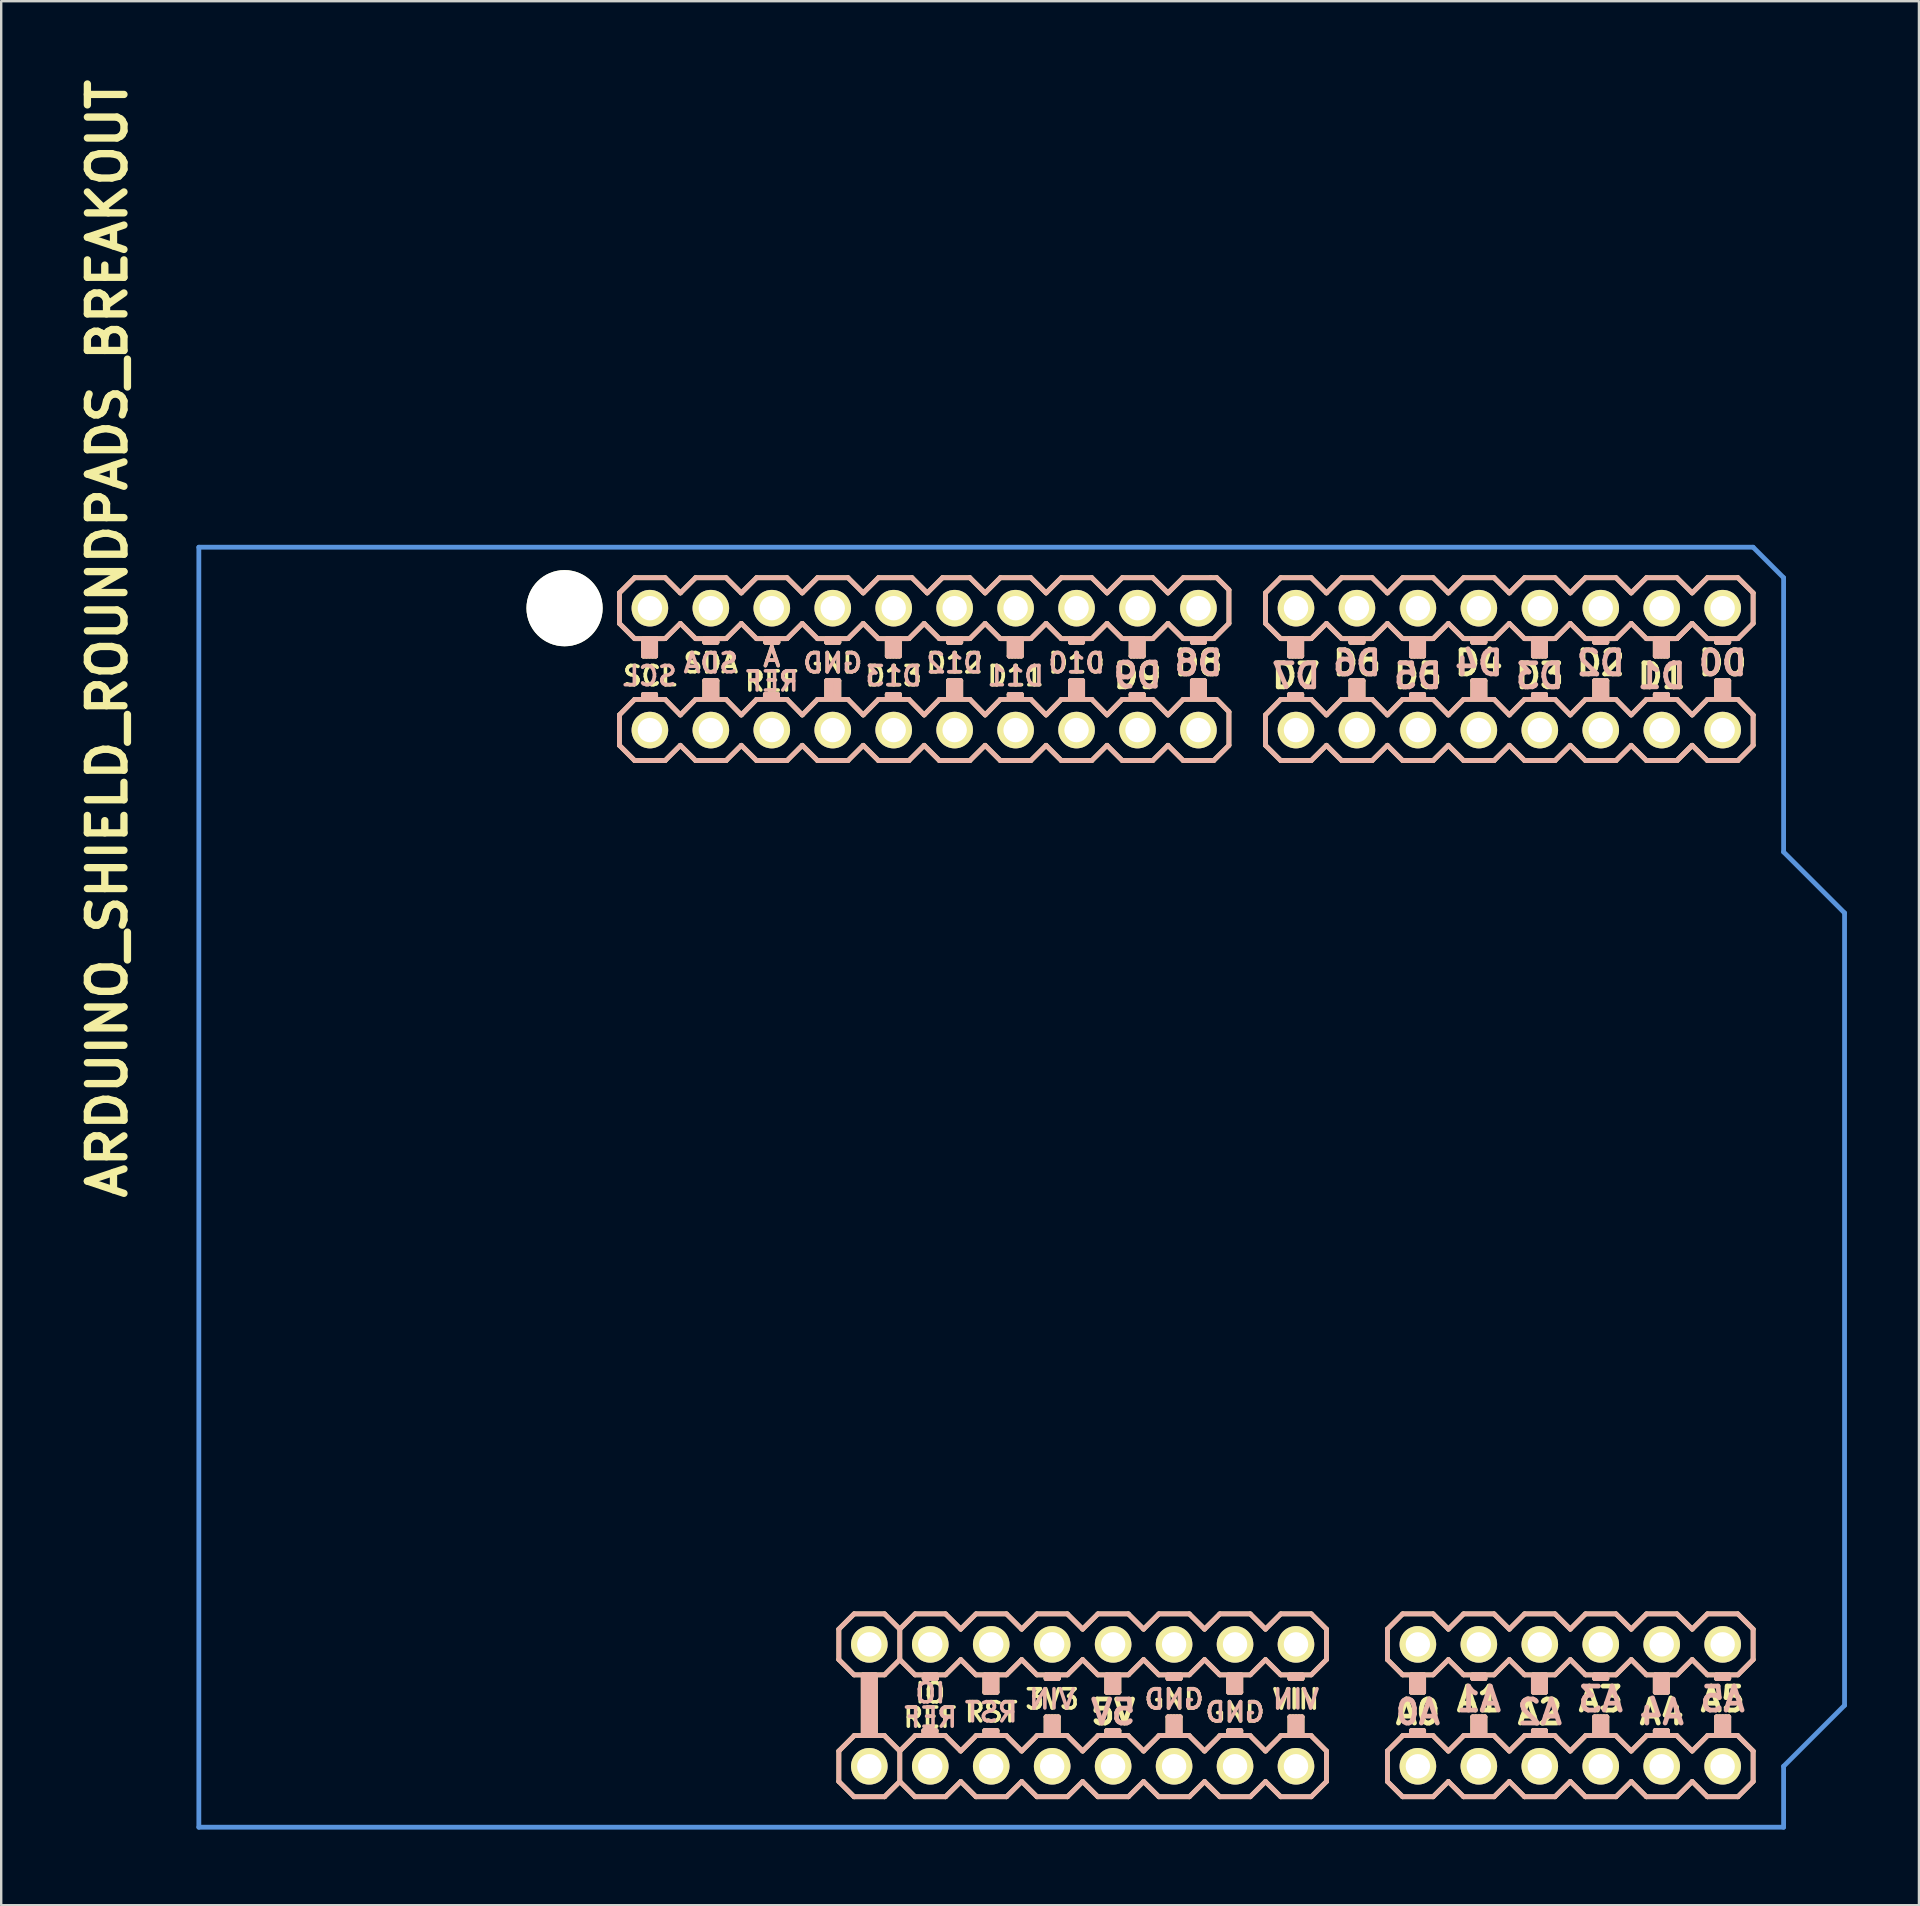
<source format=kicad_pcb>
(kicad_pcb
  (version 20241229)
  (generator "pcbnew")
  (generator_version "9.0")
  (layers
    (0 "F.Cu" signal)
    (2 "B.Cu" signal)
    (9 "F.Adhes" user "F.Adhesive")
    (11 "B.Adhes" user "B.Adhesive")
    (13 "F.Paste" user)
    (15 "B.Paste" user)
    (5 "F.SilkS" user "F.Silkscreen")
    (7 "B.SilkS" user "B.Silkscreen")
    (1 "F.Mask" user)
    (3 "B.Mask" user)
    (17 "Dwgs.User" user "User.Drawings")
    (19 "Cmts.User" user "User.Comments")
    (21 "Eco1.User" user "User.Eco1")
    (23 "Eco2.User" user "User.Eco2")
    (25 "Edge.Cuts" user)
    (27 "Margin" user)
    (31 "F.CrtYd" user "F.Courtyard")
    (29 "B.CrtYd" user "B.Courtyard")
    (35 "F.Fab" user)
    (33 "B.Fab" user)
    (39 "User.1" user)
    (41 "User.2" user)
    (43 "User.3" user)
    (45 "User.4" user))
  (footprint "ARDUINO_SHIELD_ROUNDPADS_BREAKOUT"
    (layer "F.Cu")
    (at 5.236 73.094)
    (property "Reference" "ARDUINO_SHIELD_ROUNDPADS_BREAKOUT" (at -3.81 -49.53 90) (layer "F.SilkS") (effects (font (size 1.524 1.524) (thickness 0.305))))
    (attr through_hole)
    (fp_line (start 17.526 -51.435) (end 17.526 -50.165) (stroke (width 0.2) (type solid)) (layer "F.SilkS"))
    (fp_line (start 17.526 -46.35) (end 17.526 -45.085) (stroke (width 0.2) (type solid)) (layer "F.SilkS"))
    (fp_line (start 18.161 -52.07) (end 17.526 -51.435) (stroke (width 0.2) (type solid)) (layer "F.SilkS"))
    (fp_line (start 18.161 -49.53) (end 17.526 -50.165) (stroke (width 0.2) (type solid)) (layer "F.SilkS"))
    (fp_line (start 18.161 -47) (end 17.526 -46.35) (stroke (width 0.2) (type solid)) (layer "F.SilkS"))
    (fp_line (start 18.161 -47) (end 19.431 -47) (stroke (width 0.2) (type solid)) (layer "F.SilkS"))
    (fp_line (start 18.161 -44.45) (end 17.526 -45.085) (stroke (width 0.2) (type solid)) (layer "F.SilkS"))
    (fp_line (start 18.528 -49.53) (end 18.528 -48.804) (stroke (width 0.2) (type solid)) (layer "F.SilkS"))
    (fp_line (start 18.528 -47.208) (end 18.528 -47.053) (stroke (width 0.2) (type solid)) (layer "F.SilkS"))
    (fp_line (start 18.528 -47.053) (end 18.655 -47.053) (stroke (width 0.2) (type solid)) (layer "F.SilkS"))
    (fp_line (start 18.528 -47.053) (end 19.036 -47.053) (stroke (width 0.2) (type solid)) (layer "F.SilkS"))
    (fp_line (start 18.655 -48.804) (end 18.655 -49.467) (stroke (width 0.2) (type solid)) (layer "F.SilkS"))
    (fp_line (start 18.655 -47.053) (end 18.655 -47.208) (stroke (width 0.2) (type solid)) (layer "F.SilkS"))
    (fp_line (start 18.782 -48.807) (end 18.782 -49.467) (stroke (width 0.2) (type solid)) (layer "F.SilkS"))
    (fp_line (start 18.782 -47.053) (end 18.782 -47.208) (stroke (width 0.2) (type solid)) (layer "F.SilkS"))
    (fp_line (start 18.909 -48.804) (end 18.909 -49.53) (stroke (width 0.2) (type solid)) (layer "F.SilkS"))
    (fp_line (start 18.909 -47.053) (end 18.909 -47.208) (stroke (width 0.2) (type solid)) (layer "F.SilkS"))
    (fp_line (start 19.036 -48.804) (end 18.528 -48.804) (stroke (width 0.2) (type solid)) (layer "F.SilkS"))
    (fp_line (start 19.036 -48.804) (end 19.036 -49.53) (stroke (width 0.2) (type solid)) (layer "F.SilkS"))
    (fp_line (start 19.036 -47.208) (end 18.528 -47.208) (stroke (width 0.2) (type solid)) (layer "F.SilkS"))
    (fp_line (start 19.036 -47.053) (end 19.036 -47.208) (stroke (width 0.2) (type solid)) (layer "F.SilkS"))
    (fp_line (start 19.045 -49.53) (end 18.537 -49.53) (stroke (width 0.2) (type solid)) (layer "F.SilkS"))
    (fp_line (start 19.045 -49.53) (end 18.918 -49.53) (stroke (width 0.2) (type solid)) (layer "F.SilkS"))
    (fp_line (start 19.431 -52.07) (end 18.161 -52.07) (stroke (width 0.2) (type solid)) (layer "F.SilkS"))
    (fp_line (start 19.431 -49.53) (end 18.161 -49.53) (stroke (width 0.2) (type solid)) (layer "F.SilkS"))
    (fp_line (start 19.431 -44.45) (end 18.161 -44.45) (stroke (width 0.2) (type solid)) (layer "F.SilkS"))
    (fp_line (start 20.066 -51.435) (end 19.431 -52.07) (stroke (width 0.2) (type solid)) (layer "F.SilkS"))
    (fp_line (start 20.066 -50.165) (end 19.431 -49.53) (stroke (width 0.2) (type solid)) (layer "F.SilkS"))
    (fp_line (start 20.066 -46.35) (end 19.431 -47) (stroke (width 0.2) (type solid)) (layer "F.SilkS"))
    (fp_line (start 20.066 -45.085) (end 19.431 -44.45) (stroke (width 0.2) (type solid)) (layer "F.SilkS"))
    (fp_line (start 20.701 -52.07) (end 20.066 -51.435) (stroke (width 0.2) (type solid)) (layer "F.SilkS"))
    (fp_line (start 20.701 -49.53) (end 20.066 -50.165) (stroke (width 0.2) (type solid)) (layer "F.SilkS"))
    (fp_line (start 20.701 -49.53) (end 21.971 -49.53) (stroke (width 0.2) (type solid)) (layer "F.SilkS"))
    (fp_line (start 20.701 -47) (end 20.066 -46.35) (stroke (width 0.2) (type solid)) (layer "F.SilkS"))
    (fp_line (start 20.701 -47) (end 21.971 -47) (stroke (width 0.2) (type solid)) (layer "F.SilkS"))
    (fp_line (start 20.701 -44.45) (end 20.066 -45.085) (stroke (width 0.2) (type solid)) (layer "F.SilkS"))
    (fp_line (start 21.082 -49.53) (end 21.082 -49.376) (stroke (width 0.2) (type solid)) (layer "F.SilkS"))
    (fp_line (start 21.082 -49.376) (end 21.59 -49.376) (stroke (width 0.2) (type solid)) (layer "F.SilkS"))
    (fp_line (start 21.082 -47.779) (end 21.082 -47.053) (stroke (width 0.2) (type solid)) (layer "F.SilkS"))
    (fp_line (start 21.082 -47.779) (end 21.59 -47.779) (stroke (width 0.2) (type solid)) (layer "F.SilkS"))
    (fp_line (start 21.209 -49.53) (end 21.209 -49.376) (stroke (width 0.2) (type solid)) (layer "F.SilkS"))
    (fp_line (start 21.209 -47.779) (end 21.209 -47.053) (stroke (width 0.2) (type solid)) (layer "F.SilkS"))
    (fp_line (start 21.336 -49.53) (end 21.336 -49.376) (stroke (width 0.2) (type solid)) (layer "F.SilkS"))
    (fp_line (start 21.336 -47.779) (end 21.336 -47.117) (stroke (width 0.2) (type solid)) (layer "F.SilkS"))
    (fp_line (start 21.463 -49.53) (end 21.463 -49.376) (stroke (width 0.2) (type solid)) (layer "F.SilkS"))
    (fp_line (start 21.463 -47.779) (end 21.463 -47.117) (stroke (width 0.2) (type solid)) (layer "F.SilkS"))
    (fp_line (start 21.59 -49.53) (end 21.082 -49.53) (stroke (width 0.2) (type solid)) (layer "F.SilkS"))
    (fp_line (start 21.59 -49.53) (end 21.463 -49.53) (stroke (width 0.2) (type solid)) (layer "F.SilkS"))
    (fp_line (start 21.59 -49.376) (end 21.59 -49.53) (stroke (width 0.2) (type solid)) (layer "F.SilkS"))
    (fp_line (start 21.59 -47.053) (end 21.59 -47.779) (stroke (width 0.2) (type solid)) (layer "F.SilkS"))
    (fp_line (start 21.971 -52.07) (end 20.701 -52.07) (stroke (width 0.2) (type solid)) (layer "F.SilkS"))
    (fp_line (start 21.971 -44.45) (end 20.701 -44.45) (stroke (width 0.2) (type solid)) (layer "F.SilkS"))
    (fp_line (start 22.606 -51.435) (end 21.971 -52.07) (stroke (width 0.2) (type solid)) (layer "F.SilkS"))
    (fp_line (start 22.606 -50.165) (end 21.971 -49.53) (stroke (width 0.2) (type solid)) (layer "F.SilkS"))
    (fp_line (start 22.606 -46.35) (end 21.971 -47) (stroke (width 0.2) (type solid)) (layer "F.SilkS"))
    (fp_line (start 22.606 -45.085) (end 21.971 -44.45) (stroke (width 0.2) (type solid)) (layer "F.SilkS"))
    (fp_line (start 23.241 -52.07) (end 22.606 -51.435) (stroke (width 0.2) (type solid)) (layer "F.SilkS"))
    (fp_line (start 23.241 -49.53) (end 22.606 -50.165) (stroke (width 0.2) (type solid)) (layer "F.SilkS"))
    (fp_line (start 23.241 -47) (end 22.606 -46.35) (stroke (width 0.2) (type solid)) (layer "F.SilkS"))
    (fp_line (start 23.241 -47) (end 24.511 -47) (stroke (width 0.2) (type solid)) (layer "F.SilkS"))
    (fp_line (start 23.241 -44.45) (end 22.606 -45.085) (stroke (width 0.2) (type solid)) (layer "F.SilkS"))
    (fp_line (start 23.608 -47.208) (end 23.608 -47.053) (stroke (width 0.2) (type solid)) (layer "F.SilkS"))
    (fp_line (start 23.608 -47.053) (end 23.735 -47.053) (stroke (width 0.2) (type solid)) (layer "F.SilkS"))
    (fp_line (start 23.608 -47.053) (end 24.116 -47.053) (stroke (width 0.2) (type solid)) (layer "F.SilkS"))
    (fp_line (start 23.622 -49.53) (end 23.622 -49.376) (stroke (width 0.2) (type solid)) (layer "F.SilkS"))
    (fp_line (start 23.622 -49.376) (end 24.13 -49.376) (stroke (width 0.2) (type solid)) (layer "F.SilkS"))
    (fp_line (start 23.735 -47.053) (end 23.735 -47.208) (stroke (width 0.2) (type solid)) (layer "F.SilkS"))
    (fp_line (start 23.749 -49.53) (end 23.749 -49.376) (stroke (width 0.2) (type solid)) (layer "F.SilkS"))
    (fp_line (start 23.862 -47.053) (end 23.862 -47.208) (stroke (width 0.2) (type solid)) (layer "F.SilkS"))
    (fp_line (start 23.876 -49.53) (end 23.876 -49.376) (stroke (width 0.2) (type solid)) (layer "F.SilkS"))
    (fp_line (start 23.989 -47.053) (end 23.989 -47.208) (stroke (width 0.2) (type solid)) (layer "F.SilkS"))
    (fp_line (start 24.003 -49.53) (end 24.003 -49.376) (stroke (width 0.2) (type solid)) (layer "F.SilkS"))
    (fp_line (start 24.116 -47.208) (end 23.608 -47.208) (stroke (width 0.2) (type solid)) (layer "F.SilkS"))
    (fp_line (start 24.116 -47.053) (end 24.116 -47.208) (stroke (width 0.2) (type solid)) (layer "F.SilkS"))
    (fp_line (start 24.125 -49.53) (end 23.617 -49.53) (stroke (width 0.2) (type solid)) (layer "F.SilkS"))
    (fp_line (start 24.125 -49.53) (end 23.998 -49.53) (stroke (width 0.2) (type solid)) (layer "F.SilkS"))
    (fp_line (start 24.13 -49.53) (end 23.622 -49.53) (stroke (width 0.2) (type solid)) (layer "F.SilkS"))
    (fp_line (start 24.13 -49.53) (end 24.003 -49.53) (stroke (width 0.2) (type solid)) (layer "F.SilkS"))
    (fp_line (start 24.13 -49.376) (end 24.13 -49.53) (stroke (width 0.2) (type solid)) (layer "F.SilkS"))
    (fp_line (start 24.511 -52.07) (end 23.241 -52.07) (stroke (width 0.2) (type solid)) (layer "F.SilkS"))
    (fp_line (start 24.511 -49.53) (end 23.241 -49.53) (stroke (width 0.2) (type solid)) (layer "F.SilkS"))
    (fp_line (start 24.511 -44.45) (end 23.241 -44.45) (stroke (width 0.2) (type solid)) (layer "F.SilkS"))
    (fp_line (start 25.146 -51.435) (end 24.511 -52.07) (stroke (width 0.2) (type solid)) (layer "F.SilkS"))
    (fp_line (start 25.146 -50.165) (end 24.511 -49.53) (stroke (width 0.2) (type solid)) (layer "F.SilkS"))
    (fp_line (start 25.146 -46.35) (end 24.511 -47) (stroke (width 0.2) (type solid)) (layer "F.SilkS"))
    (fp_line (start 25.146 -45.085) (end 24.511 -44.45) (stroke (width 0.2) (type solid)) (layer "F.SilkS"))
    (fp_line (start 25.781 -52.07) (end 25.146 -51.435) (stroke (width 0.2) (type solid)) (layer "F.SilkS"))
    (fp_line (start 25.781 -49.53) (end 25.146 -50.165) (stroke (width 0.2) (type solid)) (layer "F.SilkS"))
    (fp_line (start 25.781 -49.53) (end 27.051 -49.53) (stroke (width 0.2) (type solid)) (layer "F.SilkS"))
    (fp_line (start 25.781 -47) (end 25.146 -46.35) (stroke (width 0.2) (type solid)) (layer "F.SilkS"))
    (fp_line (start 25.781 -47) (end 27.051 -47) (stroke (width 0.2) (type solid)) (layer "F.SilkS"))
    (fp_line (start 25.781 -44.45) (end 25.146 -45.085) (stroke (width 0.2) (type solid)) (layer "F.SilkS"))
    (fp_line (start 26.162 -49.53) (end 26.162 -49.376) (stroke (width 0.2) (type solid)) (layer "F.SilkS"))
    (fp_line (start 26.162 -49.376) (end 26.67 -49.376) (stroke (width 0.2) (type solid)) (layer "F.SilkS"))
    (fp_line (start 26.162 -47.779) (end 26.162 -47.053) (stroke (width 0.2) (type solid)) (layer "F.SilkS"))
    (fp_line (start 26.162 -47.779) (end 26.67 -47.779) (stroke (width 0.2) (type solid)) (layer "F.SilkS"))
    (fp_line (start 26.289 -49.53) (end 26.289 -49.376) (stroke (width 0.2) (type solid)) (layer "F.SilkS"))
    (fp_line (start 26.289 -47.779) (end 26.289 -47.053) (stroke (width 0.2) (type solid)) (layer "F.SilkS"))
    (fp_line (start 26.416 -49.53) (end 26.416 -49.376) (stroke (width 0.2) (type solid)) (layer "F.SilkS"))
    (fp_line (start 26.416 -47.779) (end 26.416 -47.117) (stroke (width 0.2) (type solid)) (layer "F.SilkS"))
    (fp_line (start 26.543 -49.53) (end 26.543 -49.376) (stroke (width 0.2) (type solid)) (layer "F.SilkS"))
    (fp_line (start 26.543 -47.779) (end 26.543 -47.117) (stroke (width 0.2) (type solid)) (layer "F.SilkS"))
    (fp_line (start 26.67 -49.53) (end 26.162 -49.53) (stroke (width 0.2) (type solid)) (layer "F.SilkS"))
    (fp_line (start 26.67 -49.53) (end 26.543 -49.53) (stroke (width 0.2) (type solid)) (layer "F.SilkS"))
    (fp_line (start 26.67 -49.376) (end 26.67 -49.53) (stroke (width 0.2) (type solid)) (layer "F.SilkS"))
    (fp_line (start 26.67 -47.053) (end 26.67 -47.779) (stroke (width 0.2) (type solid)) (layer "F.SilkS"))
    (fp_line (start 26.67 -8.255) (end 27.305 -8.89) (stroke (width 0.2) (type solid)) (layer "F.SilkS"))
    (fp_line (start 26.67 -6.985) (end 26.67 -8.255) (stroke (width 0.2) (type solid)) (layer "F.SilkS"))
    (fp_line (start 26.67 -3.175) (end 27.305 -3.81) (stroke (width 0.2) (type solid)) (layer "F.SilkS"))
    (fp_line (start 26.67 -1.905) (end 26.67 -3.175) (stroke (width 0.2) (type solid)) (layer "F.SilkS"))
    (fp_line (start 27.051 -52.07) (end 25.781 -52.07) (stroke (width 0.2) (type solid)) (layer "F.SilkS"))
    (fp_line (start 27.051 -44.45) (end 25.781 -44.45) (stroke (width 0.2) (type solid)) (layer "F.SilkS"))
    (fp_line (start 27.305 -8.89) (end 28.575 -8.89) (stroke (width 0.2) (type solid)) (layer "F.SilkS"))
    (fp_line (start 27.305 -6.35) (end 26.67 -6.985) (stroke (width 0.2) (type solid)) (layer "F.SilkS"))
    (fp_line (start 27.305 -3.82) (end 28.575 -3.82) (stroke (width 0.2) (type solid)) (layer "F.SilkS"))
    (fp_line (start 27.305 -1.27) (end 26.67 -1.905) (stroke (width 0.2) (type solid)) (layer "F.SilkS"))
    (fp_line (start 27.686 -51.435) (end 27.051 -52.07) (stroke (width 0.2) (type solid)) (layer "F.SilkS"))
    (fp_line (start 27.686 -50.165) (end 27.051 -49.53) (stroke (width 0.2) (type solid)) (layer "F.SilkS"))
    (fp_line (start 27.686 -46.35) (end 27.051 -47) (stroke (width 0.2) (type solid)) (layer "F.SilkS"))
    (fp_line (start 27.686 -45.085) (end 27.051 -44.45) (stroke (width 0.2) (type solid)) (layer "F.SilkS"))
    (fp_line (start 27.686 -6.35) (end 27.686 -3.873) (stroke (width 0.2) (type solid)) (layer "F.SilkS"))
    (fp_line (start 27.813 -6.287) (end 27.813 -3.873) (stroke (width 0.2) (type solid)) (layer "F.SilkS"))
    (fp_line (start 27.94 -6.287) (end 27.813 -6.287) (stroke (width 0.2) (type solid)) (layer "F.SilkS"))
    (fp_line (start 27.94 -3.873) (end 27.94 -6.287) (stroke (width 0.2) (type solid)) (layer "F.SilkS"))
    (fp_line (start 28.067 -6.35) (end 28.067 -3.873) (stroke (width 0.2) (type solid)) (layer "F.SilkS"))
    (fp_line (start 28.067 -3.873) (end 27.94 -3.873) (stroke (width 0.2) (type solid)) (layer "F.SilkS"))
    (fp_line (start 28.189 -6.35) (end 27.681 -6.35) (stroke (width 0.2) (type solid)) (layer "F.SilkS"))
    (fp_line (start 28.189 -6.35) (end 28.062 -6.35) (stroke (width 0.2) (type solid)) (layer "F.SilkS"))
    (fp_line (start 28.194 -6.35) (end 28.194 -3.873) (stroke (width 0.2) (type solid)) (layer "F.SilkS"))
    (fp_line (start 28.321 -52.07) (end 27.686 -51.435) (stroke (width 0.2) (type solid)) (layer "F.SilkS"))
    (fp_line (start 28.321 -49.53) (end 27.686 -50.165) (stroke (width 0.2) (type solid)) (layer "F.SilkS"))
    (fp_line (start 28.321 -47) (end 27.686 -46.35) (stroke (width 0.2) (type solid)) (layer "F.SilkS"))
    (fp_line (start 28.321 -47) (end 29.591 -47) (stroke (width 0.2) (type solid)) (layer "F.SilkS"))
    (fp_line (start 28.321 -44.45) (end 27.686 -45.085) (stroke (width 0.2) (type solid)) (layer "F.SilkS"))
    (fp_line (start 28.448 -44.45) (end 28.321 -44.45) (stroke (width 0.2) (type solid)) (layer "F.SilkS"))
    (fp_line (start 28.575 -8.89) (end 29.21 -8.255) (stroke (width 0.2) (type solid)) (layer "F.SilkS"))
    (fp_line (start 28.575 -6.35) (end 27.305 -6.35) (stroke (width 0.2) (type solid)) (layer "F.SilkS"))
    (fp_line (start 28.575 -3.81) (end 29.21 -3.175) (stroke (width 0.2) (type solid)) (layer "F.SilkS"))
    (fp_line (start 28.575 -1.27) (end 27.305 -1.27) (stroke (width 0.2) (type solid)) (layer "F.SilkS"))
    (fp_line (start 28.688 -49.53) (end 28.688 -48.804) (stroke (width 0.2) (type solid)) (layer "F.SilkS"))
    (fp_line (start 28.688 -47.208) (end 28.688 -47.053) (stroke (width 0.2) (type solid)) (layer "F.SilkS"))
    (fp_line (start 28.688 -47.053) (end 28.815 -47.053) (stroke (width 0.2) (type solid)) (layer "F.SilkS"))
    (fp_line (start 28.688 -47.053) (end 29.196 -47.053) (stroke (width 0.2) (type solid)) (layer "F.SilkS"))
    (fp_line (start 28.815 -48.804) (end 28.815 -49.467) (stroke (width 0.2) (type solid)) (layer "F.SilkS"))
    (fp_line (start 28.815 -47.053) (end 28.815 -47.208) (stroke (width 0.2) (type solid)) (layer "F.SilkS"))
    (fp_line (start 28.942 -48.807) (end 28.942 -49.467) (stroke (width 0.2) (type solid)) (layer "F.SilkS"))
    (fp_line (start 28.942 -47.053) (end 28.942 -47.208) (stroke (width 0.2) (type solid)) (layer "F.SilkS"))
    (fp_line (start 29.069 -48.804) (end 29.069 -49.53) (stroke (width 0.2) (type solid)) (layer "F.SilkS"))
    (fp_line (start 29.069 -47.053) (end 29.069 -47.208) (stroke (width 0.2) (type solid)) (layer "F.SilkS"))
    (fp_line (start 29.196 -48.804) (end 28.688 -48.804) (stroke (width 0.2) (type solid)) (layer "F.SilkS"))
    (fp_line (start 29.196 -48.804) (end 29.196 -49.53) (stroke (width 0.2) (type solid)) (layer "F.SilkS"))
    (fp_line (start 29.196 -47.208) (end 28.688 -47.208) (stroke (width 0.2) (type solid)) (layer "F.SilkS"))
    (fp_line (start 29.196 -47.053) (end 29.196 -47.208) (stroke (width 0.2) (type solid)) (layer "F.SilkS"))
    (fp_line (start 29.205 -49.53) (end 28.697 -49.53) (stroke (width 0.2) (type solid)) (layer "F.SilkS"))
    (fp_line (start 29.205 -49.53) (end 29.078 -49.53) (stroke (width 0.2) (type solid)) (layer "F.SilkS"))
    (fp_line (start 29.21 -8.255) (end 29.21 -6.985) (stroke (width 0.2) (type solid)) (layer "F.SilkS"))
    (fp_line (start 29.21 -8.255) (end 29.845 -8.89) (stroke (width 0.2) (type solid)) (layer "F.SilkS"))
    (fp_line (start 29.21 -6.985) (end 28.575 -6.35) (stroke (width 0.2) (type solid)) (layer "F.SilkS"))
    (fp_line (start 29.21 -3.175) (end 29.21 -1.905) (stroke (width 0.2) (type solid)) (layer "F.SilkS"))
    (fp_line (start 29.21 -3.175) (end 29.845 -3.81) (stroke (width 0.2) (type solid)) (layer "F.SilkS"))
    (fp_line (start 29.21 -1.905) (end 28.575 -1.27) (stroke (width 0.2) (type solid)) (layer "F.SilkS"))
    (fp_line (start 29.591 -49.53) (end 28.321 -49.53) (stroke (width 0.2) (type solid)) (layer "F.SilkS"))
    (fp_line (start 29.591 -44.45) (end 28.448 -44.45) (stroke (width 0.2) (type solid)) (layer "F.SilkS"))
    (fp_line (start 29.718 -52.07) (end 28.321 -52.07) (stroke (width 0.2) (type solid)) (layer "F.SilkS"))
    (fp_line (start 29.845 -8.89) (end 31.115 -8.89) (stroke (width 0.2) (type solid)) (layer "F.SilkS"))
    (fp_line (start 29.845 -6.35) (end 29.21 -6.985) (stroke (width 0.2) (type solid)) (layer "F.SilkS"))
    (fp_line (start 29.845 -6.35) (end 31.115 -6.35) (stroke (width 0.2) (type solid)) (layer "F.SilkS"))
    (fp_line (start 29.845 -3.82) (end 31.115 -3.82) (stroke (width 0.2) (type solid)) (layer "F.SilkS"))
    (fp_line (start 29.845 -1.27) (end 29.21 -1.905) (stroke (width 0.2) (type solid)) (layer "F.SilkS"))
    (fp_line (start 30.212 -4.027) (end 30.212 -3.873) (stroke (width 0.2) (type solid)) (layer "F.SilkS"))
    (fp_line (start 30.212 -3.873) (end 30.339 -3.873) (stroke (width 0.2) (type solid)) (layer "F.SilkS"))
    (fp_line (start 30.212 -3.873) (end 30.72 -3.873) (stroke (width 0.2) (type solid)) (layer "F.SilkS"))
    (fp_line (start 30.226 -50.165) (end 29.591 -49.53) (stroke (width 0.2) (type solid)) (layer "F.SilkS"))
    (fp_line (start 30.226 -46.35) (end 29.591 -47) (stroke (width 0.2) (type solid)) (layer "F.SilkS"))
    (fp_line (start 30.226 -45.085) (end 29.591 -44.45) (stroke (width 0.2) (type solid)) (layer "F.SilkS"))
    (fp_line (start 30.226 -6.35) (end 30.226 -6.196) (stroke (width 0.2) (type solid)) (layer "F.SilkS"))
    (fp_line (start 30.226 -6.196) (end 30.734 -6.196) (stroke (width 0.2) (type solid)) (layer "F.SilkS"))
    (fp_line (start 30.339 -3.873) (end 30.339 -4.027) (stroke (width 0.2) (type solid)) (layer "F.SilkS"))
    (fp_line (start 30.353 -51.435) (end 29.718 -52.07) (stroke (width 0.2) (type solid)) (layer "F.SilkS"))
    (fp_line (start 30.353 -6.35) (end 30.353 -6.196) (stroke (width 0.2) (type solid)) (layer "F.SilkS"))
    (fp_line (start 30.466 -3.873) (end 30.466 -4.027) (stroke (width 0.2) (type solid)) (layer "F.SilkS"))
    (fp_line (start 30.48 -6.35) (end 30.48 -6.196) (stroke (width 0.2) (type solid)) (layer "F.SilkS"))
    (fp_line (start 30.593 -3.873) (end 30.593 -4.027) (stroke (width 0.2) (type solid)) (layer "F.SilkS"))
    (fp_line (start 30.607 -6.35) (end 30.607 -6.196) (stroke (width 0.2) (type solid)) (layer "F.SilkS"))
    (fp_line (start 30.72 -4.027) (end 30.212 -4.027) (stroke (width 0.2) (type solid)) (layer "F.SilkS"))
    (fp_line (start 30.72 -3.873) (end 30.72 -4.027) (stroke (width 0.2) (type solid)) (layer "F.SilkS"))
    (fp_line (start 30.734 -6.35) (end 30.226 -6.35) (stroke (width 0.2) (type solid)) (layer "F.SilkS"))
    (fp_line (start 30.734 -6.35) (end 30.607 -6.35) (stroke (width 0.2) (type solid)) (layer "F.SilkS"))
    (fp_line (start 30.734 -6.196) (end 30.734 -6.35) (stroke (width 0.2) (type solid)) (layer "F.SilkS"))
    (fp_line (start 30.861 -49.53) (end 30.226 -50.165) (stroke (width 0.2) (type solid)) (layer "F.SilkS"))
    (fp_line (start 30.861 -49.53) (end 32.131 -49.53) (stroke (width 0.2) (type solid)) (layer "F.SilkS"))
    (fp_line (start 30.861 -47) (end 30.226 -46.35) (stroke (width 0.2) (type solid)) (layer "F.SilkS"))
    (fp_line (start 30.861 -47) (end 32.131 -47) (stroke (width 0.2) (type solid)) (layer "F.SilkS"))
    (fp_line (start 30.861 -44.45) (end 30.226 -45.085) (stroke (width 0.2) (type solid)) (layer "F.SilkS"))
    (fp_line (start 30.988 -52.07) (end 30.353 -51.435) (stroke (width 0.2) (type solid)) (layer "F.SilkS"))
    (fp_line (start 31.115 -8.89) (end 31.75 -8.255) (stroke (width 0.2) (type solid)) (layer "F.SilkS"))
    (fp_line (start 31.115 -3.81) (end 31.75 -3.175) (stroke (width 0.2) (type solid)) (layer "F.SilkS"))
    (fp_line (start 31.115 -1.27) (end 29.845 -1.27) (stroke (width 0.2) (type solid)) (layer "F.SilkS"))
    (fp_line (start 31.242 -49.53) (end 31.242 -49.376) (stroke (width 0.2) (type solid)) (layer "F.SilkS"))
    (fp_line (start 31.242 -49.376) (end 31.75 -49.376) (stroke (width 0.2) (type solid)) (layer "F.SilkS"))
    (fp_line (start 31.242 -47.779) (end 31.242 -47.053) (stroke (width 0.2) (type solid)) (layer "F.SilkS"))
    (fp_line (start 31.242 -47.779) (end 31.75 -47.779) (stroke (width 0.2) (type solid)) (layer "F.SilkS"))
    (fp_line (start 31.369 -49.53) (end 31.369 -49.376) (stroke (width 0.2) (type solid)) (layer "F.SilkS"))
    (fp_line (start 31.369 -47.779) (end 31.369 -47.053) (stroke (width 0.2) (type solid)) (layer "F.SilkS"))
    (fp_line (start 31.496 -49.53) (end 31.496 -49.376) (stroke (width 0.2) (type solid)) (layer "F.SilkS"))
    (fp_line (start 31.496 -47.779) (end 31.496 -47.117) (stroke (width 0.2) (type solid)) (layer "F.SilkS"))
    (fp_line (start 31.623 -49.53) (end 31.623 -49.376) (stroke (width 0.2) (type solid)) (layer "F.SilkS"))
    (fp_line (start 31.623 -47.779) (end 31.623 -47.117) (stroke (width 0.2) (type solid)) (layer "F.SilkS"))
    (fp_line (start 31.75 -49.53) (end 31.242 -49.53) (stroke (width 0.2) (type solid)) (layer "F.SilkS"))
    (fp_line (start 31.75 -49.53) (end 31.623 -49.53) (stroke (width 0.2) (type solid)) (layer "F.SilkS"))
    (fp_line (start 31.75 -49.376) (end 31.75 -49.53) (stroke (width 0.2) (type solid)) (layer "F.SilkS"))
    (fp_line (start 31.75 -47.053) (end 31.75 -47.779) (stroke (width 0.2) (type solid)) (layer "F.SilkS"))
    (fp_line (start 31.75 -8.255) (end 32.385 -8.89) (stroke (width 0.2) (type solid)) (layer "F.SilkS"))
    (fp_line (start 31.75 -6.985) (end 31.115 -6.35) (stroke (width 0.2) (type solid)) (layer "F.SilkS"))
    (fp_line (start 31.75 -3.175) (end 32.385 -3.81) (stroke (width 0.2) (type solid)) (layer "F.SilkS"))
    (fp_line (start 31.75 -1.905) (end 31.115 -1.27) (stroke (width 0.2) (type solid)) (layer "F.SilkS"))
    (fp_line (start 32.131 -52.07) (end 30.988 -52.07) (stroke (width 0.2) (type solid)) (layer "F.SilkS"))
    (fp_line (start 32.131 -44.45) (end 30.861 -44.45) (stroke (width 0.2) (type solid)) (layer "F.SilkS"))
    (fp_line (start 32.385 -8.89) (end 33.655 -8.89) (stroke (width 0.2) (type solid)) (layer "F.SilkS"))
    (fp_line (start 32.385 -6.35) (end 31.75 -6.985) (stroke (width 0.2) (type solid)) (layer "F.SilkS"))
    (fp_line (start 32.385 -3.82) (end 33.655 -3.82) (stroke (width 0.2) (type solid)) (layer "F.SilkS"))
    (fp_line (start 32.385 -1.27) (end 31.75 -1.905) (stroke (width 0.2) (type solid)) (layer "F.SilkS"))
    (fp_line (start 32.385 -1.27) (end 33.655 -1.27) (stroke (width 0.2) (type solid)) (layer "F.SilkS"))
    (fp_line (start 32.752 -6.35) (end 32.752 -5.625) (stroke (width 0.2) (type solid)) (layer "F.SilkS"))
    (fp_line (start 32.752 -4.027) (end 32.752 -3.873) (stroke (width 0.2) (type solid)) (layer "F.SilkS"))
    (fp_line (start 32.752 -3.873) (end 32.879 -3.873) (stroke (width 0.2) (type solid)) (layer "F.SilkS"))
    (fp_line (start 32.752 -3.873) (end 33.26 -3.873) (stroke (width 0.2) (type solid)) (layer "F.SilkS"))
    (fp_line (start 32.766 -51.435) (end 32.131 -52.07) (stroke (width 0.2) (type solid)) (layer "F.SilkS"))
    (fp_line (start 32.766 -50.165) (end 32.131 -49.53) (stroke (width 0.2) (type solid)) (layer "F.SilkS"))
    (fp_line (start 32.766 -46.35) (end 32.131 -47) (stroke (width 0.2) (type solid)) (layer "F.SilkS"))
    (fp_line (start 32.766 -45.085) (end 32.131 -44.45) (stroke (width 0.2) (type solid)) (layer "F.SilkS"))
    (fp_line (start 32.879 -5.625) (end 32.879 -6.287) (stroke (width 0.2) (type solid)) (layer "F.SilkS"))
    (fp_line (start 32.879 -3.873) (end 32.879 -4.027) (stroke (width 0.2) (type solid)) (layer "F.SilkS"))
    (fp_line (start 33.006 -5.628) (end 33.006 -6.287) (stroke (width 0.2) (type solid)) (layer "F.SilkS"))
    (fp_line (start 33.006 -3.873) (end 33.006 -4.027) (stroke (width 0.2) (type solid)) (layer "F.SilkS"))
    (fp_line (start 33.133 -5.625) (end 33.133 -6.35) (stroke (width 0.2) (type solid)) (layer "F.SilkS"))
    (fp_line (start 33.133 -3.873) (end 33.133 -4.027) (stroke (width 0.2) (type solid)) (layer "F.SilkS"))
    (fp_line (start 33.26 -5.625) (end 32.752 -5.625) (stroke (width 0.2) (type solid)) (layer "F.SilkS"))
    (fp_line (start 33.26 -5.625) (end 33.26 -6.35) (stroke (width 0.2) (type solid)) (layer "F.SilkS"))
    (fp_line (start 33.26 -4.027) (end 32.752 -4.027) (stroke (width 0.2) (type solid)) (layer "F.SilkS"))
    (fp_line (start 33.26 -3.873) (end 33.26 -4.027) (stroke (width 0.2) (type solid)) (layer "F.SilkS"))
    (fp_line (start 33.269 -6.35) (end 32.761 -6.35) (stroke (width 0.2) (type solid)) (layer "F.SilkS"))
    (fp_line (start 33.269 -6.35) (end 33.142 -6.35) (stroke (width 0.2) (type solid)) (layer "F.SilkS"))
    (fp_line (start 33.401 -52.07) (end 32.766 -51.435) (stroke (width 0.2) (type solid)) (layer "F.SilkS"))
    (fp_line (start 33.401 -49.53) (end 32.766 -50.165) (stroke (width 0.2) (type solid)) (layer "F.SilkS"))
    (fp_line (start 33.401 -47) (end 32.766 -46.35) (stroke (width 0.2) (type solid)) (layer "F.SilkS"))
    (fp_line (start 33.401 -47) (end 34.671 -47) (stroke (width 0.2) (type solid)) (layer "F.SilkS"))
    (fp_line (start 33.401 -44.45) (end 32.766 -45.085) (stroke (width 0.2) (type solid)) (layer "F.SilkS"))
    (fp_line (start 33.655 -8.89) (end 34.29 -8.255) (stroke (width 0.2) (type solid)) (layer "F.SilkS"))
    (fp_line (start 33.655 -6.35) (end 32.385 -6.35) (stroke (width 0.2) (type solid)) (layer "F.SilkS"))
    (fp_line (start 33.655 -3.81) (end 34.29 -3.175) (stroke (width 0.2) (type solid)) (layer "F.SilkS"))
    (fp_line (start 33.768 -49.53) (end 33.768 -48.804) (stroke (width 0.2) (type solid)) (layer "F.SilkS"))
    (fp_line (start 33.768 -47.208) (end 33.768 -47.053) (stroke (width 0.2) (type solid)) (layer "F.SilkS"))
    (fp_line (start 33.768 -47.053) (end 33.895 -47.053) (stroke (width 0.2) (type solid)) (layer "F.SilkS"))
    (fp_line (start 33.768 -47.053) (end 34.276 -47.053) (stroke (width 0.2) (type solid)) (layer "F.SilkS"))
    (fp_line (start 33.895 -48.804) (end 33.895 -49.467) (stroke (width 0.2) (type solid)) (layer "F.SilkS"))
    (fp_line (start 33.895 -47.053) (end 33.895 -47.208) (stroke (width 0.2) (type solid)) (layer "F.SilkS"))
    (fp_line (start 34.022 -48.807) (end 34.022 -49.467) (stroke (width 0.2) (type solid)) (layer "F.SilkS"))
    (fp_line (start 34.022 -47.053) (end 34.022 -47.208) (stroke (width 0.2) (type solid)) (layer "F.SilkS"))
    (fp_line (start 34.149 -48.804) (end 34.149 -49.53) (stroke (width 0.2) (type solid)) (layer "F.SilkS"))
    (fp_line (start 34.149 -47.053) (end 34.149 -47.208) (stroke (width 0.2) (type solid)) (layer "F.SilkS"))
    (fp_line (start 34.276 -48.804) (end 33.768 -48.804) (stroke (width 0.2) (type solid)) (layer "F.SilkS"))
    (fp_line (start 34.276 -48.804) (end 34.276 -49.53) (stroke (width 0.2) (type solid)) (layer "F.SilkS"))
    (fp_line (start 34.276 -47.208) (end 33.768 -47.208) (stroke (width 0.2) (type solid)) (layer "F.SilkS"))
    (fp_line (start 34.276 -47.053) (end 34.276 -47.208) (stroke (width 0.2) (type solid)) (layer "F.SilkS"))
    (fp_line (start 34.285 -49.53) (end 33.777 -49.53) (stroke (width 0.2) (type solid)) (layer "F.SilkS"))
    (fp_line (start 34.285 -49.53) (end 34.158 -49.53) (stroke (width 0.2) (type solid)) (layer "F.SilkS"))
    (fp_line (start 34.29 -8.255) (end 34.925 -8.89) (stroke (width 0.2) (type solid)) (layer "F.SilkS"))
    (fp_line (start 34.29 -6.985) (end 33.655 -6.35) (stroke (width 0.2) (type solid)) (layer "F.SilkS"))
    (fp_line (start 34.29 -3.175) (end 34.925 -3.81) (stroke (width 0.2) (type solid)) (layer "F.SilkS"))
    (fp_line (start 34.29 -1.905) (end 33.655 -1.27) (stroke (width 0.2) (type solid)) (layer "F.SilkS"))
    (fp_line (start 34.671 -52.07) (end 33.401 -52.07) (stroke (width 0.2) (type solid)) (layer "F.SilkS"))
    (fp_line (start 34.671 -49.53) (end 33.401 -49.53) (stroke (width 0.2) (type solid)) (layer "F.SilkS"))
    (fp_line (start 34.671 -44.45) (end 33.401 -44.45) (stroke (width 0.2) (type solid)) (layer "F.SilkS"))
    (fp_line (start 34.925 -8.89) (end 36.195 -8.89) (stroke (width 0.2) (type solid)) (layer "F.SilkS"))
    (fp_line (start 34.925 -6.35) (end 34.29 -6.985) (stroke (width 0.2) (type solid)) (layer "F.SilkS"))
    (fp_line (start 34.925 -6.35) (end 36.195 -6.35) (stroke (width 0.2) (type solid)) (layer "F.SilkS"))
    (fp_line (start 34.925 -3.82) (end 36.195 -3.82) (stroke (width 0.2) (type solid)) (layer "F.SilkS"))
    (fp_line (start 34.925 -1.27) (end 34.29 -1.905) (stroke (width 0.2) (type solid)) (layer "F.SilkS"))
    (fp_line (start 35.306 -51.435) (end 34.671 -52.07) (stroke (width 0.2) (type solid)) (layer "F.SilkS"))
    (fp_line (start 35.306 -50.165) (end 34.671 -49.53) (stroke (width 0.2) (type solid)) (layer "F.SilkS"))
    (fp_line (start 35.306 -46.35) (end 34.671 -47) (stroke (width 0.2) (type solid)) (layer "F.SilkS"))
    (fp_line (start 35.306 -45.085) (end 34.671 -44.45) (stroke (width 0.2) (type solid)) (layer "F.SilkS"))
    (fp_line (start 35.306 -6.35) (end 35.306 -6.196) (stroke (width 0.2) (type solid)) (layer "F.SilkS"))
    (fp_line (start 35.306 -6.196) (end 35.814 -6.196) (stroke (width 0.2) (type solid)) (layer "F.SilkS"))
    (fp_line (start 35.306 -4.599) (end 35.306 -3.873) (stroke (width 0.2) (type solid)) (layer "F.SilkS"))
    (fp_line (start 35.306 -4.599) (end 35.814 -4.599) (stroke (width 0.2) (type solid)) (layer "F.SilkS"))
    (fp_line (start 35.433 -6.35) (end 35.433 -6.196) (stroke (width 0.2) (type solid)) (layer "F.SilkS"))
    (fp_line (start 35.433 -4.599) (end 35.433 -3.873) (stroke (width 0.2) (type solid)) (layer "F.SilkS"))
    (fp_line (start 35.56 -6.35) (end 35.56 -6.196) (stroke (width 0.2) (type solid)) (layer "F.SilkS"))
    (fp_line (start 35.56 -4.599) (end 35.56 -3.937) (stroke (width 0.2) (type solid)) (layer "F.SilkS"))
    (fp_line (start 35.687 -6.35) (end 35.687 -6.196) (stroke (width 0.2) (type solid)) (layer "F.SilkS"))
    (fp_line (start 35.687 -4.599) (end 35.687 -3.937) (stroke (width 0.2) (type solid)) (layer "F.SilkS"))
    (fp_line (start 35.814 -6.35) (end 35.306 -6.35) (stroke (width 0.2) (type solid)) (layer "F.SilkS"))
    (fp_line (start 35.814 -6.35) (end 35.687 -6.35) (stroke (width 0.2) (type solid)) (layer "F.SilkS"))
    (fp_line (start 35.814 -6.196) (end 35.814 -6.35) (stroke (width 0.2) (type solid)) (layer "F.SilkS"))
    (fp_line (start 35.814 -3.873) (end 35.814 -4.599) (stroke (width 0.2) (type solid)) (layer "F.SilkS"))
    (fp_line (start 35.941 -52.07) (end 35.306 -51.435) (stroke (width 0.2) (type solid)) (layer "F.SilkS"))
    (fp_line (start 35.941 -49.53) (end 35.306 -50.165) (stroke (width 0.2) (type solid)) (layer "F.SilkS"))
    (fp_line (start 35.941 -49.53) (end 37.211 -49.53) (stroke (width 0.2) (type solid)) (layer "F.SilkS"))
    (fp_line (start 35.941 -47) (end 35.306 -46.35) (stroke (width 0.2) (type solid)) (layer "F.SilkS"))
    (fp_line (start 35.941 -47) (end 37.211 -47) (stroke (width 0.2) (type solid)) (layer "F.SilkS"))
    (fp_line (start 35.941 -44.45) (end 35.306 -45.085) (stroke (width 0.2) (type solid)) (layer "F.SilkS"))
    (fp_line (start 36.195 -8.89) (end 36.83 -8.255) (stroke (width 0.2) (type solid)) (layer "F.SilkS"))
    (fp_line (start 36.195 -3.81) (end 36.83 -3.175) (stroke (width 0.2) (type solid)) (layer "F.SilkS"))
    (fp_line (start 36.195 -1.27) (end 34.925 -1.27) (stroke (width 0.2) (type solid)) (layer "F.SilkS"))
    (fp_line (start 36.322 -49.53) (end 36.322 -49.376) (stroke (width 0.2) (type solid)) (layer "F.SilkS"))
    (fp_line (start 36.322 -49.376) (end 36.83 -49.376) (stroke (width 0.2) (type solid)) (layer "F.SilkS"))
    (fp_line (start 36.322 -47.779) (end 36.322 -47.053) (stroke (width 0.2) (type solid)) (layer "F.SilkS"))
    (fp_line (start 36.322 -47.779) (end 36.83 -47.779) (stroke (width 0.2) (type solid)) (layer "F.SilkS"))
    (fp_line (start 36.449 -49.53) (end 36.449 -49.376) (stroke (width 0.2) (type solid)) (layer "F.SilkS"))
    (fp_line (start 36.449 -47.779) (end 36.449 -47.053) (stroke (width 0.2) (type solid)) (layer "F.SilkS"))
    (fp_line (start 36.576 -49.53) (end 36.576 -49.376) (stroke (width 0.2) (type solid)) (layer "F.SilkS"))
    (fp_line (start 36.576 -47.779) (end 36.576 -47.117) (stroke (width 0.2) (type solid)) (layer "F.SilkS"))
    (fp_line (start 36.703 -49.53) (end 36.703 -49.376) (stroke (width 0.2) (type solid)) (layer "F.SilkS"))
    (fp_line (start 36.703 -47.779) (end 36.703 -47.117) (stroke (width 0.2) (type solid)) (layer "F.SilkS"))
    (fp_line (start 36.83 -49.53) (end 36.322 -49.53) (stroke (width 0.2) (type solid)) (layer "F.SilkS"))
    (fp_line (start 36.83 -49.53) (end 36.703 -49.53) (stroke (width 0.2) (type solid)) (layer "F.SilkS"))
    (fp_line (start 36.83 -49.376) (end 36.83 -49.53) (stroke (width 0.2) (type solid)) (layer "F.SilkS"))
    (fp_line (start 36.83 -47.053) (end 36.83 -47.779) (stroke (width 0.2) (type solid)) (layer "F.SilkS"))
    (fp_line (start 36.83 -8.255) (end 37.465 -8.89) (stroke (width 0.2) (type solid)) (layer "F.SilkS"))
    (fp_line (start 36.83 -6.985) (end 36.195 -6.35) (stroke (width 0.2) (type solid)) (layer "F.SilkS"))
    (fp_line (start 36.83 -3.175) (end 37.465 -3.81) (stroke (width 0.2) (type solid)) (layer "F.SilkS"))
    (fp_line (start 36.83 -1.905) (end 36.195 -1.27) (stroke (width 0.2) (type solid)) (layer "F.SilkS"))
    (fp_line (start 37.211 -52.07) (end 35.941 -52.07) (stroke (width 0.2) (type solid)) (layer "F.SilkS"))
    (fp_line (start 37.211 -44.45) (end 35.941 -44.45) (stroke (width 0.2) (type solid)) (layer "F.SilkS"))
    (fp_line (start 37.465 -8.89) (end 38.735 -8.89) (stroke (width 0.2) (type solid)) (layer "F.SilkS"))
    (fp_line (start 37.465 -6.35) (end 36.83 -6.985) (stroke (width 0.2) (type solid)) (layer "F.SilkS"))
    (fp_line (start 37.465 -3.82) (end 38.735 -3.82) (stroke (width 0.2) (type solid)) (layer "F.SilkS"))
    (fp_line (start 37.465 -1.27) (end 36.83 -1.905) (stroke (width 0.2) (type solid)) (layer "F.SilkS"))
    (fp_line (start 37.832 -6.35) (end 37.832 -5.625) (stroke (width 0.2) (type solid)) (layer "F.SilkS"))
    (fp_line (start 37.832 -4.027) (end 37.832 -3.873) (stroke (width 0.2) (type solid)) (layer "F.SilkS"))
    (fp_line (start 37.832 -3.873) (end 37.959 -3.873) (stroke (width 0.2) (type solid)) (layer "F.SilkS"))
    (fp_line (start 37.832 -3.873) (end 38.34 -3.873) (stroke (width 0.2) (type solid)) (layer "F.SilkS"))
    (fp_line (start 37.846 -51.435) (end 37.211 -52.07) (stroke (width 0.2) (type solid)) (layer "F.SilkS"))
    (fp_line (start 37.846 -50.165) (end 37.211 -49.53) (stroke (width 0.2) (type solid)) (layer "F.SilkS"))
    (fp_line (start 37.846 -46.35) (end 37.211 -47) (stroke (width 0.2) (type solid)) (layer "F.SilkS"))
    (fp_line (start 37.846 -45.085) (end 37.211 -44.45) (stroke (width 0.2) (type solid)) (layer "F.SilkS"))
    (fp_line (start 37.959 -5.625) (end 37.959 -6.287) (stroke (width 0.2) (type solid)) (layer "F.SilkS"))
    (fp_line (start 37.959 -3.873) (end 37.959 -4.027) (stroke (width 0.2) (type solid)) (layer "F.SilkS"))
    (fp_line (start 38.086 -5.628) (end 38.086 -6.287) (stroke (width 0.2) (type solid)) (layer "F.SilkS"))
    (fp_line (start 38.086 -3.873) (end 38.086 -4.027) (stroke (width 0.2) (type solid)) (layer "F.SilkS"))
    (fp_line (start 38.213 -5.625) (end 38.213 -6.35) (stroke (width 0.2) (type solid)) (layer "F.SilkS"))
    (fp_line (start 38.213 -3.873) (end 38.213 -4.027) (stroke (width 0.2) (type solid)) (layer "F.SilkS"))
    (fp_line (start 38.34 -5.625) (end 37.832 -5.625) (stroke (width 0.2) (type solid)) (layer "F.SilkS"))
    (fp_line (start 38.34 -5.625) (end 38.34 -6.35) (stroke (width 0.2) (type solid)) (layer "F.SilkS"))
    (fp_line (start 38.34 -4.027) (end 37.832 -4.027) (stroke (width 0.2) (type solid)) (layer "F.SilkS"))
    (fp_line (start 38.34 -3.873) (end 38.34 -4.027) (stroke (width 0.2) (type solid)) (layer "F.SilkS"))
    (fp_line (start 38.349 -6.35) (end 37.841 -6.35) (stroke (width 0.2) (type solid)) (layer "F.SilkS"))
    (fp_line (start 38.349 -6.35) (end 38.222 -6.35) (stroke (width 0.2) (type solid)) (layer "F.SilkS"))
    (fp_line (start 38.481 -52.07) (end 37.846 -51.435) (stroke (width 0.2) (type solid)) (layer "F.SilkS"))
    (fp_line (start 38.481 -49.53) (end 37.846 -50.165) (stroke (width 0.2) (type solid)) (layer "F.SilkS"))
    (fp_line (start 38.481 -47) (end 37.846 -46.35) (stroke (width 0.2) (type solid)) (layer "F.SilkS"))
    (fp_line (start 38.481 -47) (end 39.751 -47) (stroke (width 0.2) (type solid)) (layer "F.SilkS"))
    (fp_line (start 38.481 -44.45) (end 37.846 -45.085) (stroke (width 0.2) (type solid)) (layer "F.SilkS"))
    (fp_line (start 38.735 -8.89) (end 39.37 -8.255) (stroke (width 0.2) (type solid)) (layer "F.SilkS"))
    (fp_line (start 38.735 -6.35) (end 37.465 -6.35) (stroke (width 0.2) (type solid)) (layer "F.SilkS"))
    (fp_line (start 38.735 -3.81) (end 39.37 -3.175) (stroke (width 0.2) (type solid)) (layer "F.SilkS"))
    (fp_line (start 38.735 -1.27) (end 37.465 -1.27) (stroke (width 0.2) (type solid)) (layer "F.SilkS"))
    (fp_line (start 38.848 -49.53) (end 38.848 -48.804) (stroke (width 0.2) (type solid)) (layer "F.SilkS"))
    (fp_line (start 38.848 -47.208) (end 38.848 -47.053) (stroke (width 0.2) (type solid)) (layer "F.SilkS"))
    (fp_line (start 38.848 -47.053) (end 38.975 -47.053) (stroke (width 0.2) (type solid)) (layer "F.SilkS"))
    (fp_line (start 38.848 -47.053) (end 39.356 -47.053) (stroke (width 0.2) (type solid)) (layer "F.SilkS"))
    (fp_line (start 38.975 -48.804) (end 38.975 -49.467) (stroke (width 0.2) (type solid)) (layer "F.SilkS"))
    (fp_line (start 38.975 -47.053) (end 38.975 -47.208) (stroke (width 0.2) (type solid)) (layer "F.SilkS"))
    (fp_line (start 39.102 -48.807) (end 39.102 -49.467) (stroke (width 0.2) (type solid)) (layer "F.SilkS"))
    (fp_line (start 39.102 -47.053) (end 39.102 -47.208) (stroke (width 0.2) (type solid)) (layer "F.SilkS"))
    (fp_line (start 39.229 -48.804) (end 39.229 -49.53) (stroke (width 0.2) (type solid)) (layer "F.SilkS"))
    (fp_line (start 39.229 -47.053) (end 39.229 -47.208) (stroke (width 0.2) (type solid)) (layer "F.SilkS"))
    (fp_line (start 39.356 -48.804) (end 38.848 -48.804) (stroke (width 0.2) (type solid)) (layer "F.SilkS"))
    (fp_line (start 39.356 -48.804) (end 39.356 -49.53) (stroke (width 0.2) (type solid)) (layer "F.SilkS"))
    (fp_line (start 39.356 -47.208) (end 38.848 -47.208) (stroke (width 0.2) (type solid)) (layer "F.SilkS"))
    (fp_line (start 39.356 -47.053) (end 39.356 -47.208) (stroke (width 0.2) (type solid)) (layer "F.SilkS"))
    (fp_line (start 39.365 -49.53) (end 38.857 -49.53) (stroke (width 0.2) (type solid)) (layer "F.SilkS"))
    (fp_line (start 39.365 -49.53) (end 39.238 -49.53) (stroke (width 0.2) (type solid)) (layer "F.SilkS"))
    (fp_line (start 39.37 -8.255) (end 40.005 -8.89) (stroke (width 0.2) (type solid)) (layer "F.SilkS"))
    (fp_line (start 39.37 -6.985) (end 38.735 -6.35) (stroke (width 0.2) (type solid)) (layer "F.SilkS"))
    (fp_line (start 39.37 -3.175) (end 40.005 -3.81) (stroke (width 0.2) (type solid)) (layer "F.SilkS"))
    (fp_line (start 39.37 -1.905) (end 38.735 -1.27) (stroke (width 0.2) (type solid)) (layer "F.SilkS"))
    (fp_line (start 39.751 -52.07) (end 38.481 -52.07) (stroke (width 0.2) (type solid)) (layer "F.SilkS"))
    (fp_line (start 39.751 -49.53) (end 38.481 -49.53) (stroke (width 0.2) (type solid)) (layer "F.SilkS"))
    (fp_line (start 39.751 -44.45) (end 38.481 -44.45) (stroke (width 0.2) (type solid)) (layer "F.SilkS"))
    (fp_line (start 40.005 -8.89) (end 41.275 -8.89) (stroke (width 0.2) (type solid)) (layer "F.SilkS"))
    (fp_line (start 40.005 -6.35) (end 39.37 -6.985) (stroke (width 0.2) (type solid)) (layer "F.SilkS"))
    (fp_line (start 40.005 -6.35) (end 41.275 -6.35) (stroke (width 0.2) (type solid)) (layer "F.SilkS"))
    (fp_line (start 40.005 -3.82) (end 41.275 -3.82) (stroke (width 0.2) (type solid)) (layer "F.SilkS"))
    (fp_line (start 40.005 -1.27) (end 39.37 -1.905) (stroke (width 0.2) (type solid)) (layer "F.SilkS"))
    (fp_line (start 40.386 -51.435) (end 39.751 -52.07) (stroke (width 0.2) (type solid)) (layer "F.SilkS"))
    (fp_line (start 40.386 -50.165) (end 39.751 -49.53) (stroke (width 0.2) (type solid)) (layer "F.SilkS"))
    (fp_line (start 40.386 -46.35) (end 39.751 -47) (stroke (width 0.2) (type solid)) (layer "F.SilkS"))
    (fp_line (start 40.386 -45.085) (end 39.751 -44.45) (stroke (width 0.2) (type solid)) (layer "F.SilkS"))
    (fp_line (start 40.386 -6.35) (end 40.386 -6.196) (stroke (width 0.2) (type solid)) (layer "F.SilkS"))
    (fp_line (start 40.386 -6.196) (end 40.894 -6.196) (stroke (width 0.2) (type solid)) (layer "F.SilkS"))
    (fp_line (start 40.386 -4.599) (end 40.386 -3.873) (stroke (width 0.2) (type solid)) (layer "F.SilkS"))
    (fp_line (start 40.386 -4.599) (end 40.894 -4.599) (stroke (width 0.2) (type solid)) (layer "F.SilkS"))
    (fp_line (start 40.513 -6.35) (end 40.513 -6.196) (stroke (width 0.2) (type solid)) (layer "F.SilkS"))
    (fp_line (start 40.513 -4.599) (end 40.513 -3.873) (stroke (width 0.2) (type solid)) (layer "F.SilkS"))
    (fp_line (start 40.64 -6.35) (end 40.64 -6.196) (stroke (width 0.2) (type solid)) (layer "F.SilkS"))
    (fp_line (start 40.64 -4.599) (end 40.64 -3.937) (stroke (width 0.2) (type solid)) (layer "F.SilkS"))
    (fp_line (start 40.767 -6.35) (end 40.767 -6.196) (stroke (width 0.2) (type solid)) (layer "F.SilkS"))
    (fp_line (start 40.767 -4.599) (end 40.767 -3.937) (stroke (width 0.2) (type solid)) (layer "F.SilkS"))
    (fp_line (start 40.894 -6.35) (end 40.386 -6.35) (stroke (width 0.2) (type solid)) (layer "F.SilkS"))
    (fp_line (start 40.894 -6.35) (end 40.767 -6.35) (stroke (width 0.2) (type solid)) (layer "F.SilkS"))
    (fp_line (start 40.894 -6.196) (end 40.894 -6.35) (stroke (width 0.2) (type solid)) (layer "F.SilkS"))
    (fp_line (start 40.894 -3.873) (end 40.894 -4.599) (stroke (width 0.2) (type solid)) (layer "F.SilkS"))
    (fp_line (start 41.021 -52.07) (end 40.386 -51.435) (stroke (width 0.2) (type solid)) (layer "F.SilkS"))
    (fp_line (start 41.021 -52.07) (end 42.164 -52.07) (stroke (width 0.2) (type solid)) (layer "F.SilkS"))
    (fp_line (start 41.021 -49.53) (end 40.386 -50.165) (stroke (width 0.2) (type solid)) (layer "F.SilkS"))
    (fp_line (start 41.021 -49.53) (end 42.291 -49.53) (stroke (width 0.2) (type solid)) (layer "F.SilkS"))
    (fp_line (start 41.021 -47) (end 40.386 -46.35) (stroke (width 0.2) (type solid)) (layer "F.SilkS"))
    (fp_line (start 41.021 -47) (end 42.4 -47) (stroke (width 0.2) (type solid)) (layer "F.SilkS"))
    (fp_line (start 41.021 -44.45) (end 40.386 -45.085) (stroke (width 0.2) (type solid)) (layer "F.SilkS"))
    (fp_line (start 41.275 -8.89) (end 41.91 -8.255) (stroke (width 0.2) (type solid)) (layer "F.SilkS"))
    (fp_line (start 41.275 -3.81) (end 41.91 -3.175) (stroke (width 0.2) (type solid)) (layer "F.SilkS"))
    (fp_line (start 41.275 -1.27) (end 40.005 -1.27) (stroke (width 0.2) (type solid)) (layer "F.SilkS"))
    (fp_line (start 41.402 -49.53) (end 41.402 -49.376) (stroke (width 0.2) (type solid)) (layer "F.SilkS"))
    (fp_line (start 41.402 -49.376) (end 41.91 -49.376) (stroke (width 0.2) (type solid)) (layer "F.SilkS"))
    (fp_line (start 41.402 -47.779) (end 41.402 -47.053) (stroke (width 0.2) (type solid)) (layer "F.SilkS"))
    (fp_line (start 41.402 -47.779) (end 41.91 -47.779) (stroke (width 0.2) (type solid)) (layer "F.SilkS"))
    (fp_line (start 41.529 -49.53) (end 41.529 -49.376) (stroke (width 0.2) (type solid)) (layer "F.SilkS"))
    (fp_line (start 41.529 -47.779) (end 41.529 -47.053) (stroke (width 0.2) (type solid)) (layer "F.SilkS"))
    (fp_line (start 41.656 -49.53) (end 41.656 -49.376) (stroke (width 0.2) (type solid)) (layer "F.SilkS"))
    (fp_line (start 41.656 -47.779) (end 41.656 -47.117) (stroke (width 0.2) (type solid)) (layer "F.SilkS"))
    (fp_line (start 41.783 -49.53) (end 41.783 -49.376) (stroke (width 0.2) (type solid)) (layer "F.SilkS"))
    (fp_line (start 41.783 -47.779) (end 41.783 -47.117) (stroke (width 0.2) (type solid)) (layer "F.SilkS"))
    (fp_line (start 41.91 -49.53) (end 41.402 -49.53) (stroke (width 0.2) (type solid)) (layer "F.SilkS"))
    (fp_line (start 41.91 -49.53) (end 41.783 -49.53) (stroke (width 0.2) (type solid)) (layer "F.SilkS"))
    (fp_line (start 41.91 -49.376) (end 41.91 -49.53) (stroke (width 0.2) (type solid)) (layer "F.SilkS"))
    (fp_line (start 41.91 -47.053) (end 41.91 -47.779) (stroke (width 0.2) (type solid)) (layer "F.SilkS"))
    (fp_line (start 41.91 -8.255) (end 42.545 -8.89) (stroke (width 0.2) (type solid)) (layer "F.SilkS"))
    (fp_line (start 41.91 -6.985) (end 41.275 -6.35) (stroke (width 0.2) (type solid)) (layer "F.SilkS"))
    (fp_line (start 41.91 -3.175) (end 42.545 -3.81) (stroke (width 0.2) (type solid)) (layer "F.SilkS"))
    (fp_line (start 41.91 -1.905) (end 41.275 -1.27) (stroke (width 0.2) (type solid)) (layer "F.SilkS"))
    (fp_line (start 42.291 -44.45) (end 41.021 -44.45) (stroke (width 0.2) (type solid)) (layer "F.SilkS"))
    (fp_line (start 42.418 -52.07) (end 42.164 -52.07) (stroke (width 0.2) (type solid)) (layer "F.SilkS"))
    (fp_line (start 42.545 -8.89) (end 43.815 -8.89) (stroke (width 0.2) (type solid)) (layer "F.SilkS"))
    (fp_line (start 42.545 -6.35) (end 41.91 -6.985) (stroke (width 0.2) (type solid)) (layer "F.SilkS"))
    (fp_line (start 42.545 -3.82) (end 43.815 -3.82) (stroke (width 0.2) (type solid)) (layer "F.SilkS"))
    (fp_line (start 42.545 -1.27) (end 41.91 -1.905) (stroke (width 0.2) (type solid)) (layer "F.SilkS"))
    (fp_line (start 42.912 -6.35) (end 42.912 -5.625) (stroke (width 0.2) (type solid)) (layer "F.SilkS"))
    (fp_line (start 42.912 -4.027) (end 42.912 -3.873) (stroke (width 0.2) (type solid)) (layer "F.SilkS"))
    (fp_line (start 42.912 -3.873) (end 43.039 -3.873) (stroke (width 0.2) (type solid)) (layer "F.SilkS"))
    (fp_line (start 42.912 -3.873) (end 43.42 -3.873) (stroke (width 0.2) (type solid)) (layer "F.SilkS"))
    (fp_line (start 42.926 -51.562) (end 42.418 -52.07) (stroke (width 0.2) (type solid)) (layer "F.SilkS"))
    (fp_line (start 42.926 -50.165) (end 42.291 -49.53) (stroke (width 0.2) (type solid)) (layer "F.SilkS"))
    (fp_line (start 42.926 -50.165) (end 42.926 -51.562) (stroke (width 0.2) (type solid)) (layer "F.SilkS"))
    (fp_line (start 42.926 -46.482) (end 42.418 -47) (stroke (width 0.2) (type solid)) (layer "F.SilkS"))
    (fp_line (start 42.926 -45.085) (end 42.291 -44.45) (stroke (width 0.2) (type solid)) (layer "F.SilkS"))
    (fp_line (start 42.926 -45.085) (end 42.926 -46.482) (stroke (width 0.2) (type solid)) (layer "F.SilkS"))
    (fp_line (start 43.039 -5.625) (end 43.039 -6.287) (stroke (width 0.2) (type solid)) (layer "F.SilkS"))
    (fp_line (start 43.039 -3.873) (end 43.039 -4.027) (stroke (width 0.2) (type solid)) (layer "F.SilkS"))
    (fp_line (start 43.166 -5.628) (end 43.166 -6.287) (stroke (width 0.2) (type solid)) (layer "F.SilkS"))
    (fp_line (start 43.166 -3.873) (end 43.166 -4.027) (stroke (width 0.2) (type solid)) (layer "F.SilkS"))
    (fp_line (start 43.293 -5.625) (end 43.293 -6.35) (stroke (width 0.2) (type solid)) (layer "F.SilkS"))
    (fp_line (start 43.293 -3.873) (end 43.293 -4.027) (stroke (width 0.2) (type solid)) (layer "F.SilkS"))
    (fp_line (start 43.42 -5.625) (end 42.912 -5.625) (stroke (width 0.2) (type solid)) (layer "F.SilkS"))
    (fp_line (start 43.42 -5.625) (end 43.42 -6.35) (stroke (width 0.2) (type solid)) (layer "F.SilkS"))
    (fp_line (start 43.42 -4.027) (end 42.912 -4.027) (stroke (width 0.2) (type solid)) (layer "F.SilkS"))
    (fp_line (start 43.42 -3.873) (end 43.42 -4.027) (stroke (width 0.2) (type solid)) (layer "F.SilkS"))
    (fp_line (start 43.429 -6.35) (end 42.921 -6.35) (stroke (width 0.2) (type solid)) (layer "F.SilkS"))
    (fp_line (start 43.429 -6.35) (end 43.302 -6.35) (stroke (width 0.2) (type solid)) (layer "F.SilkS"))
    (fp_line (start 43.815 -8.89) (end 44.45 -8.255) (stroke (width 0.2) (type solid)) (layer "F.SilkS"))
    (fp_line (start 43.815 -6.35) (end 42.545 -6.35) (stroke (width 0.2) (type solid)) (layer "F.SilkS"))
    (fp_line (start 43.815 -3.81) (end 44.45 -3.175) (stroke (width 0.2) (type solid)) (layer "F.SilkS"))
    (fp_line (start 43.815 -1.27) (end 42.545 -1.27) (stroke (width 0.2) (type solid)) (layer "F.SilkS"))
    (fp_line (start 44.45 -51.435) (end 45.085 -52.07) (stroke (width 0.2) (type solid)) (layer "F.SilkS"))
    (fp_line (start 44.45 -50.165) (end 44.45 -51.435) (stroke (width 0.2) (type solid)) (layer "F.SilkS"))
    (fp_line (start 44.45 -46.35) (end 45.085 -47) (stroke (width 0.2) (type solid)) (layer "F.SilkS"))
    (fp_line (start 44.45 -45.085) (end 44.45 -46.35) (stroke (width 0.2) (type solid)) (layer "F.SilkS"))
    (fp_line (start 44.45 -8.255) (end 45.085 -8.89) (stroke (width 0.2) (type solid)) (layer "F.SilkS"))
    (fp_line (start 44.45 -6.985) (end 43.815 -6.35) (stroke (width 0.2) (type solid)) (layer "F.SilkS"))
    (fp_line (start 44.45 -3.175) (end 45.085 -3.81) (stroke (width 0.2) (type solid)) (layer "F.SilkS"))
    (fp_line (start 44.45 -1.905) (end 43.815 -1.27) (stroke (width 0.2) (type solid)) (layer "F.SilkS"))
    (fp_line (start 45.085 -52.07) (end 46.355 -52.07) (stroke (width 0.2) (type solid)) (layer "F.SilkS"))
    (fp_line (start 45.085 -49.53) (end 44.45 -50.165) (stroke (width 0.2) (type solid)) (layer "F.SilkS"))
    (fp_line (start 45.085 -47) (end 46.355 -47) (stroke (width 0.2) (type solid)) (layer "F.SilkS"))
    (fp_line (start 45.085 -44.45) (end 44.45 -45.085) (stroke (width 0.2) (type solid)) (layer "F.SilkS"))
    (fp_line (start 45.085 -8.89) (end 46.355 -8.89) (stroke (width 0.2) (type solid)) (layer "F.SilkS"))
    (fp_line (start 45.085 -6.35) (end 44.45 -6.985) (stroke (width 0.2) (type solid)) (layer "F.SilkS"))
    (fp_line (start 45.085 -6.35) (end 46.355 -6.35) (stroke (width 0.2) (type solid)) (layer "F.SilkS"))
    (fp_line (start 45.085 -3.82) (end 46.355 -3.82) (stroke (width 0.2) (type solid)) (layer "F.SilkS"))
    (fp_line (start 45.085 -1.27) (end 44.45 -1.905) (stroke (width 0.2) (type solid)) (layer "F.SilkS"))
    (fp_line (start 45.452 -49.53) (end 45.452 -48.804) (stroke (width 0.2) (type solid)) (layer "F.SilkS"))
    (fp_line (start 45.452 -47.208) (end 45.452 -47.053) (stroke (width 0.2) (type solid)) (layer "F.SilkS"))
    (fp_line (start 45.452 -47.053) (end 45.579 -47.053) (stroke (width 0.2) (type solid)) (layer "F.SilkS"))
    (fp_line (start 45.452 -47.053) (end 45.96 -47.053) (stroke (width 0.2) (type solid)) (layer "F.SilkS"))
    (fp_line (start 45.466 -6.35) (end 45.466 -6.196) (stroke (width 0.2) (type solid)) (layer "F.SilkS"))
    (fp_line (start 45.466 -6.196) (end 45.974 -6.196) (stroke (width 0.2) (type solid)) (layer "F.SilkS"))
    (fp_line (start 45.466 -4.599) (end 45.466 -3.873) (stroke (width 0.2) (type solid)) (layer "F.SilkS"))
    (fp_line (start 45.466 -4.599) (end 45.974 -4.599) (stroke (width 0.2) (type solid)) (layer "F.SilkS"))
    (fp_line (start 45.579 -48.804) (end 45.579 -49.467) (stroke (width 0.2) (type solid)) (layer "F.SilkS"))
    (fp_line (start 45.579 -47.053) (end 45.579 -47.208) (stroke (width 0.2) (type solid)) (layer "F.SilkS"))
    (fp_line (start 45.593 -6.35) (end 45.593 -6.196) (stroke (width 0.2) (type solid)) (layer "F.SilkS"))
    (fp_line (start 45.593 -4.599) (end 45.593 -3.873) (stroke (width 0.2) (type solid)) (layer "F.SilkS"))
    (fp_line (start 45.706 -48.807) (end 45.706 -49.467) (stroke (width 0.2) (type solid)) (layer "F.SilkS"))
    (fp_line (start 45.706 -47.053) (end 45.706 -47.208) (stroke (width 0.2) (type solid)) (layer "F.SilkS"))
    (fp_line (start 45.72 -6.35) (end 45.72 -6.196) (stroke (width 0.2) (type solid)) (layer "F.SilkS"))
    (fp_line (start 45.72 -4.599) (end 45.72 -3.937) (stroke (width 0.2) (type solid)) (layer "F.SilkS"))
    (fp_line (start 45.833 -48.804) (end 45.833 -49.53) (stroke (width 0.2) (type solid)) (layer "F.SilkS"))
    (fp_line (start 45.833 -47.053) (end 45.833 -47.208) (stroke (width 0.2) (type solid)) (layer "F.SilkS"))
    (fp_line (start 45.847 -6.35) (end 45.847 -6.196) (stroke (width 0.2) (type solid)) (layer "F.SilkS"))
    (fp_line (start 45.847 -4.599) (end 45.847 -3.937) (stroke (width 0.2) (type solid)) (layer "F.SilkS"))
    (fp_line (start 45.96 -48.804) (end 45.452 -48.804) (stroke (width 0.2) (type solid)) (layer "F.SilkS"))
    (fp_line (start 45.96 -48.804) (end 45.96 -49.53) (stroke (width 0.2) (type solid)) (layer "F.SilkS"))
    (fp_line (start 45.96 -47.208) (end 45.452 -47.208) (stroke (width 0.2) (type solid)) (layer "F.SilkS"))
    (fp_line (start 45.96 -47.053) (end 45.96 -47.208) (stroke (width 0.2) (type solid)) (layer "F.SilkS"))
    (fp_line (start 45.969 -49.53) (end 45.461 -49.53) (stroke (width 0.2) (type solid)) (layer "F.SilkS"))
    (fp_line (start 45.969 -49.53) (end 45.842 -49.53) (stroke (width 0.2) (type solid)) (layer "F.SilkS"))
    (fp_line (start 45.974 -6.35) (end 45.466 -6.35) (stroke (width 0.2) (type solid)) (layer "F.SilkS"))
    (fp_line (start 45.974 -6.35) (end 45.847 -6.35) (stroke (width 0.2) (type solid)) (layer "F.SilkS"))
    (fp_line (start 45.974 -6.196) (end 45.974 -6.35) (stroke (width 0.2) (type solid)) (layer "F.SilkS"))
    (fp_line (start 45.974 -3.873) (end 45.974 -4.599) (stroke (width 0.2) (type solid)) (layer "F.SilkS"))
    (fp_line (start 46.355 -52.07) (end 46.99 -51.435) (stroke (width 0.2) (type solid)) (layer "F.SilkS"))
    (fp_line (start 46.355 -49.53) (end 45.085 -49.53) (stroke (width 0.2) (type solid)) (layer "F.SilkS"))
    (fp_line (start 46.355 -47) (end 46.99 -46.35) (stroke (width 0.2) (type solid)) (layer "F.SilkS"))
    (fp_line (start 46.355 -44.45) (end 45.085 -44.45) (stroke (width 0.2) (type solid)) (layer "F.SilkS"))
    (fp_line (start 46.355 -8.89) (end 46.99 -8.255) (stroke (width 0.2) (type solid)) (layer "F.SilkS"))
    (fp_line (start 46.355 -3.81) (end 46.99 -3.175) (stroke (width 0.2) (type solid)) (layer "F.SilkS"))
    (fp_line (start 46.355 -1.27) (end 45.085 -1.27) (stroke (width 0.2) (type solid)) (layer "F.SilkS"))
    (fp_line (start 46.99 -51.435) (end 47.625 -52.07) (stroke (width 0.2) (type solid)) (layer "F.SilkS"))
    (fp_line (start 46.99 -50.165) (end 46.355 -49.53) (stroke (width 0.2) (type solid)) (layer "F.SilkS"))
    (fp_line (start 46.99 -46.35) (end 47.625 -47) (stroke (width 0.2) (type solid)) (layer "F.SilkS"))
    (fp_line (start 46.99 -45.085) (end 46.355 -44.45) (stroke (width 0.2) (type solid)) (layer "F.SilkS"))
    (fp_line (start 46.99 -8.255) (end 46.99 -6.985) (stroke (width 0.2) (type solid)) (layer "F.SilkS"))
    (fp_line (start 46.99 -6.985) (end 46.355 -6.35) (stroke (width 0.2) (type solid)) (layer "F.SilkS"))
    (fp_line (start 46.99 -3.175) (end 46.99 -1.905) (stroke (width 0.2) (type solid)) (layer "F.SilkS"))
    (fp_line (start 46.99 -1.905) (end 46.355 -1.27) (stroke (width 0.2) (type solid)) (layer "F.SilkS"))
    (fp_line (start 47.625 -52.07) (end 48.895 -52.07) (stroke (width 0.2) (type solid)) (layer "F.SilkS"))
    (fp_line (start 47.625 -49.53) (end 46.99 -50.165) (stroke (width 0.2) (type solid)) (layer "F.SilkS"))
    (fp_line (start 47.625 -49.53) (end 48.895 -49.53) (stroke (width 0.2) (type solid)) (layer "F.SilkS"))
    (fp_line (start 47.625 -47) (end 48.895 -47) (stroke (width 0.2) (type solid)) (layer "F.SilkS"))
    (fp_line (start 47.625 -44.45) (end 46.99 -45.085) (stroke (width 0.2) (type solid)) (layer "F.SilkS"))
    (fp_line (start 48.006 -49.53) (end 48.006 -49.376) (stroke (width 0.2) (type solid)) (layer "F.SilkS"))
    (fp_line (start 48.006 -49.376) (end 48.514 -49.376) (stroke (width 0.2) (type solid)) (layer "F.SilkS"))
    (fp_line (start 48.006 -47.779) (end 48.006 -47.053) (stroke (width 0.2) (type solid)) (layer "F.SilkS"))
    (fp_line (start 48.006 -47.779) (end 48.514 -47.779) (stroke (width 0.2) (type solid)) (layer "F.SilkS"))
    (fp_line (start 48.133 -49.53) (end 48.133 -49.376) (stroke (width 0.2) (type solid)) (layer "F.SilkS"))
    (fp_line (start 48.133 -47.779) (end 48.133 -47.053) (stroke (width 0.2) (type solid)) (layer "F.SilkS"))
    (fp_line (start 48.26 -49.53) (end 48.26 -49.376) (stroke (width 0.2) (type solid)) (layer "F.SilkS"))
    (fp_line (start 48.26 -47.779) (end 48.26 -47.117) (stroke (width 0.2) (type solid)) (layer "F.SilkS"))
    (fp_line (start 48.387 -49.53) (end 48.387 -49.376) (stroke (width 0.2) (type solid)) (layer "F.SilkS"))
    (fp_line (start 48.387 -47.779) (end 48.387 -47.117) (stroke (width 0.2) (type solid)) (layer "F.SilkS"))
    (fp_line (start 48.514 -49.53) (end 48.006 -49.53) (stroke (width 0.2) (type solid)) (layer "F.SilkS"))
    (fp_line (start 48.514 -49.53) (end 48.387 -49.53) (stroke (width 0.2) (type solid)) (layer "F.SilkS"))
    (fp_line (start 48.514 -49.376) (end 48.514 -49.53) (stroke (width 0.2) (type solid)) (layer "F.SilkS"))
    (fp_line (start 48.514 -47.053) (end 48.514 -47.779) (stroke (width 0.2) (type solid)) (layer "F.SilkS"))
    (fp_line (start 48.895 -52.07) (end 49.53 -51.435) (stroke (width 0.2) (type solid)) (layer "F.SilkS"))
    (fp_line (start 48.895 -47) (end 49.53 -46.35) (stroke (width 0.2) (type solid)) (layer "F.SilkS"))
    (fp_line (start 48.895 -44.45) (end 47.625 -44.45) (stroke (width 0.2) (type solid)) (layer "F.SilkS"))
    (fp_line (start 49.53 -51.435) (end 50.165 -52.07) (stroke (width 0.2) (type solid)) (layer "F.SilkS"))
    (fp_line (start 49.53 -50.165) (end 48.895 -49.53) (stroke (width 0.2) (type solid)) (layer "F.SilkS"))
    (fp_line (start 49.53 -46.35) (end 50.165 -47) (stroke (width 0.2) (type solid)) (layer "F.SilkS"))
    (fp_line (start 49.53 -45.085) (end 48.895 -44.45) (stroke (width 0.2) (type solid)) (layer "F.SilkS"))
    (fp_line (start 49.53 -8.255) (end 49.53 -6.985) (stroke (width 0.2) (type solid)) (layer "F.SilkS"))
    (fp_line (start 49.53 -6.985) (end 50.165 -6.35) (stroke (width 0.2) (type solid)) (layer "F.SilkS"))
    (fp_line (start 49.53 -3.175) (end 49.53 -1.905) (stroke (width 0.2) (type solid)) (layer "F.SilkS"))
    (fp_line (start 49.53 -1.905) (end 50.165 -1.27) (stroke (width 0.2) (type solid)) (layer "F.SilkS"))
    (fp_line (start 50.165 -52.07) (end 51.435 -52.07) (stroke (width 0.2) (type solid)) (layer "F.SilkS"))
    (fp_line (start 50.165 -49.53) (end 49.53 -50.165) (stroke (width 0.2) (type solid)) (layer "F.SilkS"))
    (fp_line (start 50.165 -47) (end 51.435 -47) (stroke (width 0.2) (type solid)) (layer "F.SilkS"))
    (fp_line (start 50.165 -44.45) (end 49.53 -45.085) (stroke (width 0.2) (type solid)) (layer "F.SilkS"))
    (fp_line (start 50.165 -8.89) (end 49.53 -8.255) (stroke (width 0.2) (type solid)) (layer "F.SilkS"))
    (fp_line (start 50.165 -3.82) (end 51.435 -3.82) (stroke (width 0.2) (type solid)) (layer "F.SilkS"))
    (fp_line (start 50.165 -3.81) (end 49.53 -3.175) (stroke (width 0.2) (type solid)) (layer "F.SilkS"))
    (fp_line (start 50.165 -1.27) (end 51.435 -1.27) (stroke (width 0.2) (type solid)) (layer "F.SilkS"))
    (fp_line (start 50.532 -49.53) (end 50.532 -48.804) (stroke (width 0.2) (type solid)) (layer "F.SilkS"))
    (fp_line (start 50.532 -47.208) (end 50.532 -47.053) (stroke (width 0.2) (type solid)) (layer "F.SilkS"))
    (fp_line (start 50.532 -47.053) (end 50.659 -47.053) (stroke (width 0.2) (type solid)) (layer "F.SilkS"))
    (fp_line (start 50.532 -47.053) (end 51.04 -47.053) (stroke (width 0.2) (type solid)) (layer "F.SilkS"))
    (fp_line (start 50.532 -6.35) (end 50.532 -5.625) (stroke (width 0.2) (type solid)) (layer "F.SilkS"))
    (fp_line (start 50.532 -4.027) (end 50.532 -3.873) (stroke (width 0.2) (type solid)) (layer "F.SilkS"))
    (fp_line (start 50.532 -3.873) (end 50.659 -3.873) (stroke (width 0.2) (type solid)) (layer "F.SilkS"))
    (fp_line (start 50.532 -3.873) (end 51.04 -3.873) (stroke (width 0.2) (type solid)) (layer "F.SilkS"))
    (fp_line (start 50.659 -48.804) (end 50.659 -49.467) (stroke (width 0.2) (type solid)) (layer "F.SilkS"))
    (fp_line (start 50.659 -47.053) (end 50.659 -47.208) (stroke (width 0.2) (type solid)) (layer "F.SilkS"))
    (fp_line (start 50.659 -5.625) (end 50.659 -6.287) (stroke (width 0.2) (type solid)) (layer "F.SilkS"))
    (fp_line (start 50.659 -3.873) (end 50.659 -4.027) (stroke (width 0.2) (type solid)) (layer "F.SilkS"))
    (fp_line (start 50.786 -48.807) (end 50.786 -49.467) (stroke (width 0.2) (type solid)) (layer "F.SilkS"))
    (fp_line (start 50.786 -47.053) (end 50.786 -47.208) (stroke (width 0.2) (type solid)) (layer "F.SilkS"))
    (fp_line (start 50.786 -5.628) (end 50.786 -6.287) (stroke (width 0.2) (type solid)) (layer "F.SilkS"))
    (fp_line (start 50.786 -3.873) (end 50.786 -4.027) (stroke (width 0.2) (type solid)) (layer "F.SilkS"))
    (fp_line (start 50.913 -48.804) (end 50.913 -49.53) (stroke (width 0.2) (type solid)) (layer "F.SilkS"))
    (fp_line (start 50.913 -47.053) (end 50.913 -47.208) (stroke (width 0.2) (type solid)) (layer "F.SilkS"))
    (fp_line (start 50.913 -5.625) (end 50.913 -6.35) (stroke (width 0.2) (type solid)) (layer "F.SilkS"))
    (fp_line (start 50.913 -3.873) (end 50.913 -4.027) (stroke (width 0.2) (type solid)) (layer "F.SilkS"))
    (fp_line (start 51.04 -48.804) (end 50.532 -48.804) (stroke (width 0.2) (type solid)) (layer "F.SilkS"))
    (fp_line (start 51.04 -48.804) (end 51.04 -49.53) (stroke (width 0.2) (type solid)) (layer "F.SilkS"))
    (fp_line (start 51.04 -47.208) (end 50.532 -47.208) (stroke (width 0.2) (type solid)) (layer "F.SilkS"))
    (fp_line (start 51.04 -47.053) (end 51.04 -47.208) (stroke (width 0.2) (type solid)) (layer "F.SilkS"))
    (fp_line (start 51.04 -5.625) (end 50.532 -5.625) (stroke (width 0.2) (type solid)) (layer "F.SilkS"))
    (fp_line (start 51.04 -5.625) (end 51.04 -6.35) (stroke (width 0.2) (type solid)) (layer "F.SilkS"))
    (fp_line (start 51.04 -4.027) (end 50.532 -4.027) (stroke (width 0.2) (type solid)) (layer "F.SilkS"))
    (fp_line (start 51.04 -3.873) (end 51.04 -4.027) (stroke (width 0.2) (type solid)) (layer "F.SilkS"))
    (fp_line (start 51.049 -49.53) (end 50.541 -49.53) (stroke (width 0.2) (type solid)) (layer "F.SilkS"))
    (fp_line (start 51.049 -49.53) (end 50.922 -49.53) (stroke (width 0.2) (type solid)) (layer "F.SilkS"))
    (fp_line (start 51.049 -6.35) (end 50.541 -6.35) (stroke (width 0.2) (type solid)) (layer "F.SilkS"))
    (fp_line (start 51.049 -6.35) (end 50.922 -6.35) (stroke (width 0.2) (type solid)) (layer "F.SilkS"))
    (fp_line (start 51.435 -52.07) (end 52.07 -51.435) (stroke (width 0.2) (type solid)) (layer "F.SilkS"))
    (fp_line (start 51.435 -49.53) (end 50.165 -49.53) (stroke (width 0.2) (type solid)) (layer "F.SilkS"))
    (fp_line (start 51.435 -47) (end 52.07 -46.35) (stroke (width 0.2) (type solid)) (layer "F.SilkS"))
    (fp_line (start 51.435 -44.45) (end 50.165 -44.45) (stroke (width 0.2) (type solid)) (layer "F.SilkS"))
    (fp_line (start 51.435 -8.89) (end 50.165 -8.89) (stroke (width 0.2) (type solid)) (layer "F.SilkS"))
    (fp_line (start 51.435 -6.35) (end 50.165 -6.35) (stroke (width 0.2) (type solid)) (layer "F.SilkS"))
    (fp_line (start 51.435 -6.35) (end 52.07 -6.985) (stroke (width 0.2) (type solid)) (layer "F.SilkS"))
    (fp_line (start 51.435 -1.27) (end 52.07 -1.905) (stroke (width 0.2) (type solid)) (layer "F.SilkS"))
    (fp_line (start 52.07 -51.435) (end 52.705 -52.07) (stroke (width 0.2) (type solid)) (layer "F.SilkS"))
    (fp_line (start 52.07 -50.165) (end 51.435 -49.53) (stroke (width 0.2) (type solid)) (layer "F.SilkS"))
    (fp_line (start 52.07 -46.35) (end 52.705 -47) (stroke (width 0.2) (type solid)) (layer "F.SilkS"))
    (fp_line (start 52.07 -45.085) (end 51.435 -44.45) (stroke (width 0.2) (type solid)) (layer "F.SilkS"))
    (fp_line (start 52.07 -8.255) (end 51.435 -8.89) (stroke (width 0.2) (type solid)) (layer "F.SilkS"))
    (fp_line (start 52.07 -6.985) (end 52.705 -6.35) (stroke (width 0.2) (type solid)) (layer "F.SilkS"))
    (fp_line (start 52.07 -3.175) (end 51.435 -3.81) (stroke (width 0.2) (type solid)) (layer "F.SilkS"))
    (fp_line (start 52.07 -1.905) (end 52.705 -1.27) (stroke (width 0.2) (type solid)) (layer "F.SilkS"))
    (fp_line (start 52.705 -52.07) (end 53.975 -52.07) (stroke (width 0.2) (type solid)) (layer "F.SilkS"))
    (fp_line (start 52.705 -49.53) (end 52.07 -50.165) (stroke (width 0.2) (type solid)) (layer "F.SilkS"))
    (fp_line (start 52.705 -49.53) (end 53.975 -49.53) (stroke (width 0.2) (type solid)) (layer "F.SilkS"))
    (fp_line (start 52.705 -47) (end 53.975 -47) (stroke (width 0.2) (type solid)) (layer "F.SilkS"))
    (fp_line (start 52.705 -44.45) (end 52.07 -45.085) (stroke (width 0.2) (type solid)) (layer "F.SilkS"))
    (fp_line (start 52.705 -8.89) (end 52.07 -8.255) (stroke (width 0.2) (type solid)) (layer "F.SilkS"))
    (fp_line (start 52.705 -6.35) (end 53.975 -6.35) (stroke (width 0.2) (type solid)) (layer "F.SilkS"))
    (fp_line (start 52.705 -3.82) (end 53.975 -3.82) (stroke (width 0.2) (type solid)) (layer "F.SilkS"))
    (fp_line (start 52.705 -3.81) (end 52.07 -3.175) (stroke (width 0.2) (type solid)) (layer "F.SilkS"))
    (fp_line (start 52.705 -1.27) (end 53.975 -1.27) (stroke (width 0.2) (type solid)) (layer "F.SilkS"))
    (fp_line (start 53.086 -49.53) (end 53.086 -49.376) (stroke (width 0.2) (type solid)) (layer "F.SilkS"))
    (fp_line (start 53.086 -49.376) (end 53.594 -49.376) (stroke (width 0.2) (type solid)) (layer "F.SilkS"))
    (fp_line (start 53.086 -47.779) (end 53.086 -47.053) (stroke (width 0.2) (type solid)) (layer "F.SilkS"))
    (fp_line (start 53.086 -47.779) (end 53.594 -47.779) (stroke (width 0.2) (type solid)) (layer "F.SilkS"))
    (fp_line (start 53.086 -6.35) (end 53.086 -6.196) (stroke (width 0.2) (type solid)) (layer "F.SilkS"))
    (fp_line (start 53.086 -6.196) (end 53.594 -6.196) (stroke (width 0.2) (type solid)) (layer "F.SilkS"))
    (fp_line (start 53.086 -4.599) (end 53.086 -3.873) (stroke (width 0.2) (type solid)) (layer "F.SilkS"))
    (fp_line (start 53.086 -4.599) (end 53.594 -4.599) (stroke (width 0.2) (type solid)) (layer "F.SilkS"))
    (fp_line (start 53.213 -49.53) (end 53.213 -49.376) (stroke (width 0.2) (type solid)) (layer "F.SilkS"))
    (fp_line (start 53.213 -47.779) (end 53.213 -47.053) (stroke (width 0.2) (type solid)) (layer "F.SilkS"))
    (fp_line (start 53.213 -6.35) (end 53.213 -6.196) (stroke (width 0.2) (type solid)) (layer "F.SilkS"))
    (fp_line (start 53.213 -4.599) (end 53.213 -3.873) (stroke (width 0.2) (type solid)) (layer "F.SilkS"))
    (fp_line (start 53.34 -49.53) (end 53.34 -49.376) (stroke (width 0.2) (type solid)) (layer "F.SilkS"))
    (fp_line (start 53.34 -47.779) (end 53.34 -47.117) (stroke (width 0.2) (type solid)) (layer "F.SilkS"))
    (fp_line (start 53.34 -6.35) (end 53.34 -6.196) (stroke (width 0.2) (type solid)) (layer "F.SilkS"))
    (fp_line (start 53.34 -4.599) (end 53.34 -3.937) (stroke (width 0.2) (type solid)) (layer "F.SilkS"))
    (fp_line (start 53.467 -49.53) (end 53.467 -49.376) (stroke (width 0.2) (type solid)) (layer "F.SilkS"))
    (fp_line (start 53.467 -47.779) (end 53.467 -47.117) (stroke (width 0.2) (type solid)) (layer "F.SilkS"))
    (fp_line (start 53.467 -6.35) (end 53.467 -6.196) (stroke (width 0.2) (type solid)) (layer "F.SilkS"))
    (fp_line (start 53.467 -4.599) (end 53.467 -3.937) (stroke (width 0.2) (type solid)) (layer "F.SilkS"))
    (fp_line (start 53.594 -49.53) (end 53.086 -49.53) (stroke (width 0.2) (type solid)) (layer "F.SilkS"))
    (fp_line (start 53.594 -49.53) (end 53.467 -49.53) (stroke (width 0.2) (type solid)) (layer "F.SilkS"))
    (fp_line (start 53.594 -49.376) (end 53.594 -49.53) (stroke (width 0.2) (type solid)) (layer "F.SilkS"))
    (fp_line (start 53.594 -47.053) (end 53.594 -47.779) (stroke (width 0.2) (type solid)) (layer "F.SilkS"))
    (fp_line (start 53.594 -6.35) (end 53.086 -6.35) (stroke (width 0.2) (type solid)) (layer "F.SilkS"))
    (fp_line (start 53.594 -6.35) (end 53.467 -6.35) (stroke (width 0.2) (type solid)) (layer "F.SilkS"))
    (fp_line (start 53.594 -6.196) (end 53.594 -6.35) (stroke (width 0.2) (type solid)) (layer "F.SilkS"))
    (fp_line (start 53.594 -3.873) (end 53.594 -4.599) (stroke (width 0.2) (type solid)) (layer "F.SilkS"))
    (fp_line (start 53.975 -52.07) (end 54.61 -51.435) (stroke (width 0.2) (type solid)) (layer "F.SilkS"))
    (fp_line (start 53.975 -47) (end 54.61 -46.35) (stroke (width 0.2) (type solid)) (layer "F.SilkS"))
    (fp_line (start 53.975 -44.45) (end 52.705 -44.45) (stroke (width 0.2) (type solid)) (layer "F.SilkS"))
    (fp_line (start 53.975 -8.89) (end 52.705 -8.89) (stroke (width 0.2) (type solid)) (layer "F.SilkS"))
    (fp_line (start 53.975 -6.35) (end 54.61 -6.985) (stroke (width 0.2) (type solid)) (layer "F.SilkS"))
    (fp_line (start 53.975 -1.27) (end 54.61 -1.905) (stroke (width 0.2) (type solid)) (layer "F.SilkS"))
    (fp_line (start 54.61 -51.435) (end 55.245 -52.07) (stroke (width 0.2) (type solid)) (layer "F.SilkS"))
    (fp_line (start 54.61 -50.165) (end 53.975 -49.53) (stroke (width 0.2) (type solid)) (layer "F.SilkS"))
    (fp_line (start 54.61 -46.35) (end 55.245 -47) (stroke (width 0.2) (type solid)) (layer "F.SilkS"))
    (fp_line (start 54.61 -45.085) (end 53.975 -44.45) (stroke (width 0.2) (type solid)) (layer "F.SilkS"))
    (fp_line (start 54.61 -8.255) (end 53.975 -8.89) (stroke (width 0.2) (type solid)) (layer "F.SilkS"))
    (fp_line (start 54.61 -6.985) (end 55.245 -6.35) (stroke (width 0.2) (type solid)) (layer "F.SilkS"))
    (fp_line (start 54.61 -3.175) (end 53.975 -3.81) (stroke (width 0.2) (type solid)) (layer "F.SilkS"))
    (fp_line (start 54.61 -1.905) (end 55.245 -1.27) (stroke (width 0.2) (type solid)) (layer "F.SilkS"))
    (fp_line (start 55.245 -52.07) (end 56.515 -52.07) (stroke (width 0.2) (type solid)) (layer "F.SilkS"))
    (fp_line (start 55.245 -49.53) (end 54.61 -50.165) (stroke (width 0.2) (type solid)) (layer "F.SilkS"))
    (fp_line (start 55.245 -47) (end 56.515 -47) (stroke (width 0.2) (type solid)) (layer "F.SilkS"))
    (fp_line (start 55.245 -44.45) (end 54.61 -45.085) (stroke (width 0.2) (type solid)) (layer "F.SilkS"))
    (fp_line (start 55.245 -8.89) (end 54.61 -8.255) (stroke (width 0.2) (type solid)) (layer "F.SilkS"))
    (fp_line (start 55.245 -3.82) (end 56.515 -3.82) (stroke (width 0.2) (type solid)) (layer "F.SilkS"))
    (fp_line (start 55.245 -3.81) (end 54.61 -3.175) (stroke (width 0.2) (type solid)) (layer "F.SilkS"))
    (fp_line (start 55.245 -1.27) (end 56.515 -1.27) (stroke (width 0.2) (type solid)) (layer "F.SilkS"))
    (fp_line (start 55.612 -49.53) (end 55.612 -48.804) (stroke (width 0.2) (type solid)) (layer "F.SilkS"))
    (fp_line (start 55.612 -47.208) (end 55.612 -47.053) (stroke (width 0.2) (type solid)) (layer "F.SilkS"))
    (fp_line (start 55.612 -47.053) (end 55.739 -47.053) (stroke (width 0.2) (type solid)) (layer "F.SilkS"))
    (fp_line (start 55.612 -47.053) (end 56.12 -47.053) (stroke (width 0.2) (type solid)) (layer "F.SilkS"))
    (fp_line (start 55.612 -6.35) (end 55.612 -5.625) (stroke (width 0.2) (type solid)) (layer "F.SilkS"))
    (fp_line (start 55.612 -4.027) (end 55.612 -3.873) (stroke (width 0.2) (type solid)) (layer "F.SilkS"))
    (fp_line (start 55.612 -3.873) (end 55.739 -3.873) (stroke (width 0.2) (type solid)) (layer "F.SilkS"))
    (fp_line (start 55.612 -3.873) (end 56.12 -3.873) (stroke (width 0.2) (type solid)) (layer "F.SilkS"))
    (fp_line (start 55.739 -48.804) (end 55.739 -49.467) (stroke (width 0.2) (type solid)) (layer "F.SilkS"))
    (fp_line (start 55.739 -47.053) (end 55.739 -47.208) (stroke (width 0.2) (type solid)) (layer "F.SilkS"))
    (fp_line (start 55.739 -5.625) (end 55.739 -6.287) (stroke (width 0.2) (type solid)) (layer "F.SilkS"))
    (fp_line (start 55.739 -3.873) (end 55.739 -4.027) (stroke (width 0.2) (type solid)) (layer "F.SilkS"))
    (fp_line (start 55.866 -48.807) (end 55.866 -49.467) (stroke (width 0.2) (type solid)) (layer "F.SilkS"))
    (fp_line (start 55.866 -47.053) (end 55.866 -47.208) (stroke (width 0.2) (type solid)) (layer "F.SilkS"))
    (fp_line (start 55.866 -5.628) (end 55.866 -6.287) (stroke (width 0.2) (type solid)) (layer "F.SilkS"))
    (fp_line (start 55.866 -3.873) (end 55.866 -4.027) (stroke (width 0.2) (type solid)) (layer "F.SilkS"))
    (fp_line (start 55.993 -48.804) (end 55.993 -49.53) (stroke (width 0.2) (type solid)) (layer "F.SilkS"))
    (fp_line (start 55.993 -47.053) (end 55.993 -47.208) (stroke (width 0.2) (type solid)) (layer "F.SilkS"))
    (fp_line (start 55.993 -5.625) (end 55.993 -6.35) (stroke (width 0.2) (type solid)) (layer "F.SilkS"))
    (fp_line (start 55.993 -3.873) (end 55.993 -4.027) (stroke (width 0.2) (type solid)) (layer "F.SilkS"))
    (fp_line (start 56.12 -48.804) (end 55.612 -48.804) (stroke (width 0.2) (type solid)) (layer "F.SilkS"))
    (fp_line (start 56.12 -48.804) (end 56.12 -49.53) (stroke (width 0.2) (type solid)) (layer "F.SilkS"))
    (fp_line (start 56.12 -47.208) (end 55.612 -47.208) (stroke (width 0.2) (type solid)) (layer "F.SilkS"))
    (fp_line (start 56.12 -47.053) (end 56.12 -47.208) (stroke (width 0.2) (type solid)) (layer "F.SilkS"))
    (fp_line (start 56.12 -5.625) (end 55.612 -5.625) (stroke (width 0.2) (type solid)) (layer "F.SilkS"))
    (fp_line (start 56.12 -5.625) (end 56.12 -6.35) (stroke (width 0.2) (type solid)) (layer "F.SilkS"))
    (fp_line (start 56.12 -4.027) (end 55.612 -4.027) (stroke (width 0.2) (type solid)) (layer "F.SilkS"))
    (fp_line (start 56.12 -3.873) (end 56.12 -4.027) (stroke (width 0.2) (type solid)) (layer "F.SilkS"))
    (fp_line (start 56.129 -49.53) (end 55.621 -49.53) (stroke (width 0.2) (type solid)) (layer "F.SilkS"))
    (fp_line (start 56.129 -49.53) (end 56.002 -49.53) (stroke (width 0.2) (type solid)) (layer "F.SilkS"))
    (fp_line (start 56.129 -6.35) (end 55.621 -6.35) (stroke (width 0.2) (type solid)) (layer "F.SilkS"))
    (fp_line (start 56.129 -6.35) (end 56.002 -6.35) (stroke (width 0.2) (type solid)) (layer "F.SilkS"))
    (fp_line (start 56.515 -52.07) (end 57.15 -51.435) (stroke (width 0.2) (type solid)) (layer "F.SilkS"))
    (fp_line (start 56.515 -49.53) (end 55.245 -49.53) (stroke (width 0.2) (type solid)) (layer "F.SilkS"))
    (fp_line (start 56.515 -47) (end 57.15 -46.35) (stroke (width 0.2) (type solid)) (layer "F.SilkS"))
    (fp_line (start 56.515 -44.45) (end 55.245 -44.45) (stroke (width 0.2) (type solid)) (layer "F.SilkS"))
    (fp_line (start 56.515 -8.89) (end 55.245 -8.89) (stroke (width 0.2) (type solid)) (layer "F.SilkS"))
    (fp_line (start 56.515 -6.35) (end 55.245 -6.35) (stroke (width 0.2) (type solid)) (layer "F.SilkS"))
    (fp_line (start 56.515 -6.35) (end 57.15 -6.985) (stroke (width 0.2) (type solid)) (layer "F.SilkS"))
    (fp_line (start 56.515 -1.27) (end 57.15 -1.905) (stroke (width 0.2) (type solid)) (layer "F.SilkS"))
    (fp_line (start 57.15 -51.435) (end 57.785 -52.07) (stroke (width 0.2) (type solid)) (layer "F.SilkS"))
    (fp_line (start 57.15 -50.165) (end 56.515 -49.53) (stroke (width 0.2) (type solid)) (layer "F.SilkS"))
    (fp_line (start 57.15 -46.35) (end 57.785 -47) (stroke (width 0.2) (type solid)) (layer "F.SilkS"))
    (fp_line (start 57.15 -45.085) (end 56.515 -44.45) (stroke (width 0.2) (type solid)) (layer "F.SilkS"))
    (fp_line (start 57.15 -8.255) (end 56.515 -8.89) (stroke (width 0.2) (type solid)) (layer "F.SilkS"))
    (fp_line (start 57.15 -6.985) (end 57.785 -6.35) (stroke (width 0.2) (type solid)) (layer "F.SilkS"))
    (fp_line (start 57.15 -3.175) (end 56.515 -3.81) (stroke (width 0.2) (type solid)) (layer "F.SilkS"))
    (fp_line (start 57.15 -1.905) (end 57.785 -1.27) (stroke (width 0.2) (type solid)) (layer "F.SilkS"))
    (fp_line (start 57.785 -52.07) (end 59.055 -52.07) (stroke (width 0.2) (type solid)) (layer "F.SilkS"))
    (fp_line (start 57.785 -49.53) (end 57.15 -50.165) (stroke (width 0.2) (type solid)) (layer "F.SilkS"))
    (fp_line (start 57.785 -49.53) (end 59.055 -49.53) (stroke (width 0.2) (type solid)) (layer "F.SilkS"))
    (fp_line (start 57.785 -47) (end 59.055 -47) (stroke (width 0.2) (type solid)) (layer "F.SilkS"))
    (fp_line (start 57.785 -44.45) (end 57.15 -45.085) (stroke (width 0.2) (type solid)) (layer "F.SilkS"))
    (fp_line (start 57.785 -8.89) (end 57.15 -8.255) (stroke (width 0.2) (type solid)) (layer "F.SilkS"))
    (fp_line (start 57.785 -8.89) (end 59.055 -8.89) (stroke (width 0.2) (type solid)) (layer "F.SilkS"))
    (fp_line (start 57.785 -6.35) (end 59.055 -6.35) (stroke (width 0.2) (type solid)) (layer "F.SilkS"))
    (fp_line (start 57.785 -3.82) (end 59.055 -3.82) (stroke (width 0.2) (type solid)) (layer "F.SilkS"))
    (fp_line (start 57.785 -3.81) (end 57.15 -3.175) (stroke (width 0.2) (type solid)) (layer "F.SilkS"))
    (fp_line (start 57.785 -1.27) (end 59.055 -1.27) (stroke (width 0.2) (type solid)) (layer "F.SilkS"))
    (fp_line (start 58.166 -49.53) (end 58.166 -49.376) (stroke (width 0.2) (type solid)) (layer "F.SilkS"))
    (fp_line (start 58.166 -49.376) (end 58.674 -49.376) (stroke (width 0.2) (type solid)) (layer "F.SilkS"))
    (fp_line (start 58.166 -47.779) (end 58.166 -47.053) (stroke (width 0.2) (type solid)) (layer "F.SilkS"))
    (fp_line (start 58.166 -47.779) (end 58.674 -47.779) (stroke (width 0.2) (type solid)) (layer "F.SilkS"))
    (fp_line (start 58.166 -6.35) (end 58.166 -6.196) (stroke (width 0.2) (type solid)) (layer "F.SilkS"))
    (fp_line (start 58.166 -6.196) (end 58.674 -6.196) (stroke (width 0.2) (type solid)) (layer "F.SilkS"))
    (fp_line (start 58.166 -4.599) (end 58.166 -3.873) (stroke (width 0.2) (type solid)) (layer "F.SilkS"))
    (fp_line (start 58.166 -4.599) (end 58.674 -4.599) (stroke (width 0.2) (type solid)) (layer "F.SilkS"))
    (fp_line (start 58.293 -49.53) (end 58.293 -49.376) (stroke (width 0.2) (type solid)) (layer "F.SilkS"))
    (fp_line (start 58.293 -47.779) (end 58.293 -47.053) (stroke (width 0.2) (type solid)) (layer "F.SilkS"))
    (fp_line (start 58.293 -6.35) (end 58.293 -6.196) (stroke (width 0.2) (type solid)) (layer "F.SilkS"))
    (fp_line (start 58.293 -4.599) (end 58.293 -3.873) (stroke (width 0.2) (type solid)) (layer "F.SilkS"))
    (fp_line (start 58.42 -49.53) (end 58.42 -49.376) (stroke (width 0.2) (type solid)) (layer "F.SilkS"))
    (fp_line (start 58.42 -47.779) (end 58.42 -47.117) (stroke (width 0.2) (type solid)) (layer "F.SilkS"))
    (fp_line (start 58.42 -6.35) (end 58.42 -6.196) (stroke (width 0.2) (type solid)) (layer "F.SilkS"))
    (fp_line (start 58.42 -4.599) (end 58.42 -3.937) (stroke (width 0.2) (type solid)) (layer "F.SilkS"))
    (fp_line (start 58.547 -49.53) (end 58.547 -49.376) (stroke (width 0.2) (type solid)) (layer "F.SilkS"))
    (fp_line (start 58.547 -47.779) (end 58.547 -47.117) (stroke (width 0.2) (type solid)) (layer "F.SilkS"))
    (fp_line (start 58.547 -6.35) (end 58.547 -6.196) (stroke (width 0.2) (type solid)) (layer "F.SilkS"))
    (fp_line (start 58.547 -4.599) (end 58.547 -3.937) (stroke (width 0.2) (type solid)) (layer "F.SilkS"))
    (fp_line (start 58.674 -49.53) (end 58.166 -49.53) (stroke (width 0.2) (type solid)) (layer "F.SilkS"))
    (fp_line (start 58.674 -49.53) (end 58.547 -49.53) (stroke (width 0.2) (type solid)) (layer "F.SilkS"))
    (fp_line (start 58.674 -49.376) (end 58.674 -49.53) (stroke (width 0.2) (type solid)) (layer "F.SilkS"))
    (fp_line (start 58.674 -47.053) (end 58.674 -47.779) (stroke (width 0.2) (type solid)) (layer "F.SilkS"))
    (fp_line (start 58.674 -6.35) (end 58.166 -6.35) (stroke (width 0.2) (type solid)) (layer "F.SilkS"))
    (fp_line (start 58.674 -6.35) (end 58.547 -6.35) (stroke (width 0.2) (type solid)) (layer "F.SilkS"))
    (fp_line (start 58.674 -6.196) (end 58.674 -6.35) (stroke (width 0.2) (type solid)) (layer "F.SilkS"))
    (fp_line (start 58.674 -3.873) (end 58.674 -4.599) (stroke (width 0.2) (type solid)) (layer "F.SilkS"))
    (fp_line (start 59.055 -52.07) (end 59.69 -51.435) (stroke (width 0.2) (type solid)) (layer "F.SilkS"))
    (fp_line (start 59.055 -47) (end 59.69 -46.35) (stroke (width 0.2) (type solid)) (layer "F.SilkS"))
    (fp_line (start 59.055 -44.45) (end 57.785 -44.45) (stroke (width 0.2) (type solid)) (layer "F.SilkS"))
    (fp_line (start 59.055 -6.35) (end 59.69 -6.985) (stroke (width 0.2) (type solid)) (layer "F.SilkS"))
    (fp_line (start 59.055 -1.27) (end 59.69 -1.905) (stroke (width 0.2) (type solid)) (layer "F.SilkS"))
    (fp_line (start 59.69 -51.435) (end 60.325 -52.07) (stroke (width 0.2) (type solid)) (layer "F.SilkS"))
    (fp_line (start 59.69 -50.165) (end 59.055 -49.53) (stroke (width 0.2) (type solid)) (layer "F.SilkS"))
    (fp_line (start 59.69 -46.35) (end 60.325 -47) (stroke (width 0.2) (type solid)) (layer "F.SilkS"))
    (fp_line (start 59.69 -45.085) (end 59.055 -44.45) (stroke (width 0.2) (type solid)) (layer "F.SilkS"))
    (fp_line (start 59.69 -8.255) (end 59.055 -8.89) (stroke (width 0.2) (type solid)) (layer "F.SilkS"))
    (fp_line (start 59.69 -6.985) (end 60.325 -6.35) (stroke (width 0.2) (type solid)) (layer "F.SilkS"))
    (fp_line (start 59.69 -3.175) (end 59.055 -3.81) (stroke (width 0.2) (type solid)) (layer "F.SilkS"))
    (fp_line (start 59.69 -1.905) (end 60.325 -1.27) (stroke (width 0.2) (type solid)) (layer "F.SilkS"))
    (fp_line (start 60.325 -52.07) (end 61.595 -52.07) (stroke (width 0.2) (type solid)) (layer "F.SilkS"))
    (fp_line (start 60.325 -49.53) (end 59.69 -50.165) (stroke (width 0.2) (type solid)) (layer "F.SilkS"))
    (fp_line (start 60.325 -47) (end 61.595 -47) (stroke (width 0.2) (type solid)) (layer "F.SilkS"))
    (fp_line (start 60.325 -44.45) (end 59.69 -45.085) (stroke (width 0.2) (type solid)) (layer "F.SilkS"))
    (fp_line (start 60.325 -8.89) (end 59.69 -8.255) (stroke (width 0.2) (type solid)) (layer "F.SilkS"))
    (fp_line (start 60.325 -3.82) (end 61.595 -3.82) (stroke (width 0.2) (type solid)) (layer "F.SilkS"))
    (fp_line (start 60.325 -3.81) (end 59.69 -3.175) (stroke (width 0.2) (type solid)) (layer "F.SilkS"))
    (fp_line (start 60.325 -1.27) (end 61.595 -1.27) (stroke (width 0.2) (type solid)) (layer "F.SilkS"))
    (fp_line (start 60.692 -49.53) (end 60.692 -48.804) (stroke (width 0.2) (type solid)) (layer "F.SilkS"))
    (fp_line (start 60.692 -47.208) (end 60.692 -47.053) (stroke (width 0.2) (type solid)) (layer "F.SilkS"))
    (fp_line (start 60.692 -47.053) (end 60.819 -47.053) (stroke (width 0.2) (type solid)) (layer "F.SilkS"))
    (fp_line (start 60.692 -47.053) (end 61.2 -47.053) (stroke (width 0.2) (type solid)) (layer "F.SilkS"))
    (fp_line (start 60.692 -6.35) (end 60.692 -5.625) (stroke (width 0.2) (type solid)) (layer "F.SilkS"))
    (fp_line (start 60.692 -4.027) (end 60.692 -3.873) (stroke (width 0.2) (type solid)) (layer "F.SilkS"))
    (fp_line (start 60.692 -3.873) (end 60.819 -3.873) (stroke (width 0.2) (type solid)) (layer "F.SilkS"))
    (fp_line (start 60.692 -3.873) (end 61.2 -3.873) (stroke (width 0.2) (type solid)) (layer "F.SilkS"))
    (fp_line (start 60.819 -48.804) (end 60.819 -49.467) (stroke (width 0.2) (type solid)) (layer "F.SilkS"))
    (fp_line (start 60.819 -47.053) (end 60.819 -47.208) (stroke (width 0.2) (type solid)) (layer "F.SilkS"))
    (fp_line (start 60.819 -5.625) (end 60.819 -6.287) (stroke (width 0.2) (type solid)) (layer "F.SilkS"))
    (fp_line (start 60.819 -3.873) (end 60.819 -4.027) (stroke (width 0.2) (type solid)) (layer "F.SilkS"))
    (fp_line (start 60.946 -48.807) (end 60.946 -49.467) (stroke (width 0.2) (type solid)) (layer "F.SilkS"))
    (fp_line (start 60.946 -47.053) (end 60.946 -47.208) (stroke (width 0.2) (type solid)) (layer "F.SilkS"))
    (fp_line (start 60.946 -5.628) (end 60.946 -6.287) (stroke (width 0.2) (type solid)) (layer "F.SilkS"))
    (fp_line (start 60.946 -3.873) (end 60.946 -4.027) (stroke (width 0.2) (type solid)) (layer "F.SilkS"))
    (fp_line (start 61.073 -48.804) (end 61.073 -49.53) (stroke (width 0.2) (type solid)) (layer "F.SilkS"))
    (fp_line (start 61.073 -47.053) (end 61.073 -47.208) (stroke (width 0.2) (type solid)) (layer "F.SilkS"))
    (fp_line (start 61.073 -5.625) (end 61.073 -6.35) (stroke (width 0.2) (type solid)) (layer "F.SilkS"))
    (fp_line (start 61.073 -3.873) (end 61.073 -4.027) (stroke (width 0.2) (type solid)) (layer "F.SilkS"))
    (fp_line (start 61.2 -48.804) (end 60.692 -48.804) (stroke (width 0.2) (type solid)) (layer "F.SilkS"))
    (fp_line (start 61.2 -48.804) (end 61.2 -49.53) (stroke (width 0.2) (type solid)) (layer "F.SilkS"))
    (fp_line (start 61.2 -47.208) (end 60.692 -47.208) (stroke (width 0.2) (type solid)) (layer "F.SilkS"))
    (fp_line (start 61.2 -47.053) (end 61.2 -47.208) (stroke (width 0.2) (type solid)) (layer "F.SilkS"))
    (fp_line (start 61.2 -5.625) (end 60.692 -5.625) (stroke (width 0.2) (type solid)) (layer "F.SilkS"))
    (fp_line (start 61.2 -5.625) (end 61.2 -6.35) (stroke (width 0.2) (type solid)) (layer "F.SilkS"))
    (fp_line (start 61.2 -4.027) (end 60.692 -4.027) (stroke (width 0.2) (type solid)) (layer "F.SilkS"))
    (fp_line (start 61.2 -3.873) (end 61.2 -4.027) (stroke (width 0.2) (type solid)) (layer "F.SilkS"))
    (fp_line (start 61.209 -49.53) (end 60.701 -49.53) (stroke (width 0.2) (type solid)) (layer "F.SilkS"))
    (fp_line (start 61.209 -49.53) (end 61.082 -49.53) (stroke (width 0.2) (type solid)) (layer "F.SilkS"))
    (fp_line (start 61.209 -6.35) (end 60.701 -6.35) (stroke (width 0.2) (type solid)) (layer "F.SilkS"))
    (fp_line (start 61.209 -6.35) (end 61.082 -6.35) (stroke (width 0.2) (type solid)) (layer "F.SilkS"))
    (fp_line (start 61.595 -52.07) (end 62.23 -51.435) (stroke (width 0.2) (type solid)) (layer "F.SilkS"))
    (fp_line (start 61.595 -49.53) (end 60.325 -49.53) (stroke (width 0.2) (type solid)) (layer "F.SilkS"))
    (fp_line (start 61.595 -49.53) (end 62.23 -50.165) (stroke (width 0.2) (type solid)) (layer "F.SilkS"))
    (fp_line (start 61.595 -47) (end 62.23 -46.35) (stroke (width 0.2) (type solid)) (layer "F.SilkS"))
    (fp_line (start 61.595 -44.45) (end 60.325 -44.45) (stroke (width 0.2) (type solid)) (layer "F.SilkS"))
    (fp_line (start 61.595 -44.45) (end 62.23 -45.085) (stroke (width 0.2) (type solid)) (layer "F.SilkS"))
    (fp_line (start 61.595 -8.89) (end 60.325 -8.89) (stroke (width 0.2) (type solid)) (layer "F.SilkS"))
    (fp_line (start 61.595 -6.35) (end 60.325 -6.35) (stroke (width 0.2) (type solid)) (layer "F.SilkS"))
    (fp_line (start 61.595 -6.35) (end 62.23 -6.985) (stroke (width 0.2) (type solid)) (layer "F.SilkS"))
    (fp_line (start 61.595 -1.27) (end 62.23 -1.905) (stroke (width 0.2) (type solid)) (layer "F.SilkS"))
    (fp_line (start 62.23 -51.435) (end 62.865 -52.07) (stroke (width 0.2) (type solid)) (layer "F.SilkS"))
    (fp_line (start 62.23 -50.165) (end 61.595 -49.53) (stroke (width 0.2) (type solid)) (layer "F.SilkS"))
    (fp_line (start 62.23 -46.35) (end 62.865 -47) (stroke (width 0.2) (type solid)) (layer "F.SilkS"))
    (fp_line (start 62.23 -45.085) (end 61.595 -44.45) (stroke (width 0.2) (type solid)) (layer "F.SilkS"))
    (fp_line (start 62.23 -8.255) (end 61.595 -8.89) (stroke (width 0.2) (type solid)) (layer "F.SilkS"))
    (fp_line (start 62.23 -6.985) (end 62.865 -6.35) (stroke (width 0.2) (type solid)) (layer "F.SilkS"))
    (fp_line (start 62.23 -3.175) (end 61.595 -3.81) (stroke (width 0.2) (type solid)) (layer "F.SilkS"))
    (fp_line (start 62.23 -1.905) (end 62.865 -1.27) (stroke (width 0.2) (type solid)) (layer "F.SilkS"))
    (fp_line (start 62.865 -52.07) (end 64.135 -52.07) (stroke (width 0.2) (type solid)) (layer "F.SilkS"))
    (fp_line (start 62.865 -49.53) (end 62.23 -50.165) (stroke (width 0.2) (type solid)) (layer "F.SilkS"))
    (fp_line (start 62.865 -49.53) (end 64.135 -49.53) (stroke (width 0.2) (type solid)) (layer "F.SilkS"))
    (fp_line (start 62.865 -47) (end 64.135 -47) (stroke (width 0.2) (type solid)) (layer "F.SilkS"))
    (fp_line (start 62.865 -44.45) (end 62.23 -45.085) (stroke (width 0.2) (type solid)) (layer "F.SilkS"))
    (fp_line (start 62.865 -44.45) (end 64.135 -44.45) (stroke (width 0.2) (type solid)) (layer "F.SilkS"))
    (fp_line (start 62.865 -8.89) (end 62.23 -8.255) (stroke (width 0.2) (type solid)) (layer "F.SilkS"))
    (fp_line (start 62.865 -6.35) (end 64.135 -6.35) (stroke (width 0.2) (type solid)) (layer "F.SilkS"))
    (fp_line (start 62.865 -3.82) (end 64.135 -3.82) (stroke (width 0.2) (type solid)) (layer "F.SilkS"))
    (fp_line (start 62.865 -3.81) (end 62.23 -3.175) (stroke (width 0.2) (type solid)) (layer "F.SilkS"))
    (fp_line (start 62.865 -1.27) (end 64.135 -1.27) (stroke (width 0.2) (type solid)) (layer "F.SilkS"))
    (fp_line (start 63.246 -49.53) (end 63.246 -49.376) (stroke (width 0.2) (type solid)) (layer "F.SilkS"))
    (fp_line (start 63.246 -49.376) (end 63.754 -49.376) (stroke (width 0.2) (type solid)) (layer "F.SilkS"))
    (fp_line (start 63.246 -47.779) (end 63.246 -47.053) (stroke (width 0.2) (type solid)) (layer "F.SilkS"))
    (fp_line (start 63.246 -47.779) (end 63.754 -47.779) (stroke (width 0.2) (type solid)) (layer "F.SilkS"))
    (fp_line (start 63.246 -6.35) (end 63.246 -6.196) (stroke (width 0.2) (type solid)) (layer "F.SilkS"))
    (fp_line (start 63.246 -6.196) (end 63.754 -6.196) (stroke (width 0.2) (type solid)) (layer "F.SilkS"))
    (fp_line (start 63.246 -4.599) (end 63.246 -3.873) (stroke (width 0.2) (type solid)) (layer "F.SilkS"))
    (fp_line (start 63.246 -4.599) (end 63.754 -4.599) (stroke (width 0.2) (type solid)) (layer "F.SilkS"))
    (fp_line (start 63.373 -49.53) (end 63.373 -49.376) (stroke (width 0.2) (type solid)) (layer "F.SilkS"))
    (fp_line (start 63.373 -47.779) (end 63.373 -47.053) (stroke (width 0.2) (type solid)) (layer "F.SilkS"))
    (fp_line (start 63.373 -6.35) (end 63.373 -6.196) (stroke (width 0.2) (type solid)) (layer "F.SilkS"))
    (fp_line (start 63.373 -4.599) (end 63.373 -3.873) (stroke (width 0.2) (type solid)) (layer "F.SilkS"))
    (fp_line (start 63.5 -49.53) (end 63.5 -49.376) (stroke (width 0.2) (type solid)) (layer "F.SilkS"))
    (fp_line (start 63.5 -47.779) (end 63.5 -47.117) (stroke (width 0.2) (type solid)) (layer "F.SilkS"))
    (fp_line (start 63.5 -6.35) (end 63.5 -6.196) (stroke (width 0.2) (type solid)) (layer "F.SilkS"))
    (fp_line (start 63.5 -4.599) (end 63.5 -3.937) (stroke (width 0.2) (type solid)) (layer "F.SilkS"))
    (fp_line (start 63.627 -49.53) (end 63.627 -49.376) (stroke (width 0.2) (type solid)) (layer "F.SilkS"))
    (fp_line (start 63.627 -47.779) (end 63.627 -47.117) (stroke (width 0.2) (type solid)) (layer "F.SilkS"))
    (fp_line (start 63.627 -6.35) (end 63.627 -6.196) (stroke (width 0.2) (type solid)) (layer "F.SilkS"))
    (fp_line (start 63.627 -4.599) (end 63.627 -3.937) (stroke (width 0.2) (type solid)) (layer "F.SilkS"))
    (fp_line (start 63.754 -49.53) (end 63.246 -49.53) (stroke (width 0.2) (type solid)) (layer "F.SilkS"))
    (fp_line (start 63.754 -49.53) (end 63.627 -49.53) (stroke (width 0.2) (type solid)) (layer "F.SilkS"))
    (fp_line (start 63.754 -49.376) (end 63.754 -49.53) (stroke (width 0.2) (type solid)) (layer "F.SilkS"))
    (fp_line (start 63.754 -47.053) (end 63.754 -47.779) (stroke (width 0.2) (type solid)) (layer "F.SilkS"))
    (fp_line (start 63.754 -6.35) (end 63.246 -6.35) (stroke (width 0.2) (type solid)) (layer "F.SilkS"))
    (fp_line (start 63.754 -6.35) (end 63.627 -6.35) (stroke (width 0.2) (type solid)) (layer "F.SilkS"))
    (fp_line (start 63.754 -6.196) (end 63.754 -6.35) (stroke (width 0.2) (type solid)) (layer "F.SilkS"))
    (fp_line (start 63.754 -3.873) (end 63.754 -4.599) (stroke (width 0.2) (type solid)) (layer "F.SilkS"))
    (fp_line (start 64.135 -52.07) (end 64.77 -51.435) (stroke (width 0.2) (type solid)) (layer "F.SilkS"))
    (fp_line (start 64.135 -47) (end 64.77 -46.35) (stroke (width 0.2) (type solid)) (layer "F.SilkS"))
    (fp_line (start 64.135 -8.89) (end 62.865 -8.89) (stroke (width 0.2) (type solid)) (layer "F.SilkS"))
    (fp_line (start 64.135 -6.35) (end 64.77 -6.985) (stroke (width 0.2) (type solid)) (layer "F.SilkS"))
    (fp_line (start 64.135 -1.27) (end 64.77 -1.905) (stroke (width 0.2) (type solid)) (layer "F.SilkS"))
    (fp_line (start 64.77 -51.435) (end 64.77 -50.165) (stroke (width 0.2) (type solid)) (layer "F.SilkS"))
    (fp_line (start 64.77 -50.165) (end 64.135 -49.53) (stroke (width 0.2) (type solid)) (layer "F.SilkS"))
    (fp_line (start 64.77 -46.35) (end 64.77 -45.085) (stroke (width 0.2) (type solid)) (layer "F.SilkS"))
    (fp_line (start 64.77 -45.085) (end 64.135 -44.45) (stroke (width 0.2) (type solid)) (layer "F.SilkS"))
    (fp_line (start 64.77 -8.255) (end 64.135 -8.89) (stroke (width 0.2) (type solid)) (layer "F.SilkS"))
    (fp_line (start 64.77 -6.985) (end 64.77 -8.255) (stroke (width 0.2) (type solid)) (layer "F.SilkS"))
    (fp_line (start 64.77 -3.175) (end 64.135 -3.81) (stroke (width 0.2) (type solid)) (layer "F.SilkS"))
    (fp_line (start 64.77 -1.905) (end 64.77 -3.175) (stroke (width 0.2) (type solid)) (layer "F.SilkS"))
    (fp_line (start 17.526 -51.435) (end 17.526 -50.165) (stroke (width 0.2) (type solid)) (layer "B.SilkS"))
    (fp_line (start 17.526 -46.35) (end 17.526 -45.085) (stroke (width 0.2) (type solid)) (layer "B.SilkS"))
    (fp_line (start 18.161 -52.07) (end 17.526 -51.435) (stroke (width 0.2) (type solid)) (layer "B.SilkS"))
    (fp_line (start 18.161 -49.53) (end 17.526 -50.165) (stroke (width 0.2) (type solid)) (layer "B.SilkS"))
    (fp_line (start 18.161 -47) (end 17.526 -46.35) (stroke (width 0.2) (type solid)) (layer "B.SilkS"))
    (fp_line (start 18.161 -47) (end 19.431 -47) (stroke (width 0.2) (type solid)) (layer "B.SilkS"))
    (fp_line (start 18.161 -44.45) (end 17.526 -45.085) (stroke (width 0.2) (type solid)) (layer "B.SilkS"))
    (fp_line (start 18.528 -49.53) (end 18.528 -48.804) (stroke (width 0.2) (type solid)) (layer "B.SilkS"))
    (fp_line (start 18.528 -47.208) (end 18.528 -47.053) (stroke (width 0.2) (type solid)) (layer "B.SilkS"))
    (fp_line (start 18.528 -47.053) (end 18.655 -47.053) (stroke (width 0.2) (type solid)) (layer "B.SilkS"))
    (fp_line (start 18.528 -47.053) (end 19.036 -47.053) (stroke (width 0.2) (type solid)) (layer "B.SilkS"))
    (fp_line (start 18.655 -48.804) (end 18.655 -49.467) (stroke (width 0.2) (type solid)) (layer "B.SilkS"))
    (fp_line (start 18.655 -47.053) (end 18.655 -47.208) (stroke (width 0.2) (type solid)) (layer "B.SilkS"))
    (fp_line (start 18.782 -48.807) (end 18.782 -49.467) (stroke (width 0.2) (type solid)) (layer "B.SilkS"))
    (fp_line (start 18.782 -47.053) (end 18.782 -47.208) (stroke (width 0.2) (type solid)) (layer "B.SilkS"))
    (fp_line (start 18.909 -48.804) (end 18.909 -49.53) (stroke (width 0.2) (type solid)) (layer "B.SilkS"))
    (fp_line (start 18.909 -47.053) (end 18.909 -47.208) (stroke (width 0.2) (type solid)) (layer "B.SilkS"))
    (fp_line (start 19.036 -48.804) (end 18.528 -48.804) (stroke (width 0.2) (type solid)) (layer "B.SilkS"))
    (fp_line (start 19.036 -48.804) (end 19.036 -49.53) (stroke (width 0.2) (type solid)) (layer "B.SilkS"))
    (fp_line (start 19.036 -47.208) (end 18.528 -47.208) (stroke (width 0.2) (type solid)) (layer "B.SilkS"))
    (fp_line (start 19.036 -47.053) (end 19.036 -47.208) (stroke (width 0.2) (type solid)) (layer "B.SilkS"))
    (fp_line (start 19.045 -49.53) (end 18.537 -49.53) (stroke (width 0.2) (type solid)) (layer "B.SilkS"))
    (fp_line (start 19.045 -49.53) (end 18.918 -49.53) (stroke (width 0.2) (type solid)) (layer "B.SilkS"))
    (fp_line (start 19.431 -52.07) (end 18.161 -52.07) (stroke (width 0.2) (type solid)) (layer "B.SilkS"))
    (fp_line (start 19.431 -49.53) (end 18.161 -49.53) (stroke (width 0.2) (type solid)) (layer "B.SilkS"))
    (fp_line (start 19.431 -44.45) (end 18.161 -44.45) (stroke (width 0.2) (type solid)) (layer "B.SilkS"))
    (fp_line (start 20.066 -51.435) (end 19.431 -52.07) (stroke (width 0.2) (type solid)) (layer "B.SilkS"))
    (fp_line (start 20.066 -50.165) (end 19.431 -49.53) (stroke (width 0.2) (type solid)) (layer "B.SilkS"))
    (fp_line (start 20.066 -46.35) (end 19.431 -47) (stroke (width 0.2) (type solid)) (layer "B.SilkS"))
    (fp_line (start 20.066 -45.085) (end 19.431 -44.45) (stroke (width 0.2) (type solid)) (layer "B.SilkS"))
    (fp_line (start 20.701 -52.07) (end 20.066 -51.435) (stroke (width 0.2) (type solid)) (layer "B.SilkS"))
    (fp_line (start 20.701 -49.53) (end 20.066 -50.165) (stroke (width 0.2) (type solid)) (layer "B.SilkS"))
    (fp_line (start 20.701 -49.53) (end 21.971 -49.53) (stroke (width 0.2) (type solid)) (layer "B.SilkS"))
    (fp_line (start 20.701 -47) (end 20.066 -46.35) (stroke (width 0.2) (type solid)) (layer "B.SilkS"))
    (fp_line (start 20.701 -47) (end 21.971 -47) (stroke (width 0.2) (type solid)) (layer "B.SilkS"))
    (fp_line (start 20.701 -44.45) (end 20.066 -45.085) (stroke (width 0.2) (type solid)) (layer "B.SilkS"))
    (fp_line (start 21.082 -49.53) (end 21.082 -49.376) (stroke (width 0.2) (type solid)) (layer "B.SilkS"))
    (fp_line (start 21.082 -49.376) (end 21.59 -49.376) (stroke (width 0.2) (type solid)) (layer "B.SilkS"))
    (fp_line (start 21.082 -47.779) (end 21.082 -47.053) (stroke (width 0.2) (type solid)) (layer "B.SilkS"))
    (fp_line (start 21.082 -47.779) (end 21.59 -47.779) (stroke (width 0.2) (type solid)) (layer "B.SilkS"))
    (fp_line (start 21.209 -49.53) (end 21.209 -49.376) (stroke (width 0.2) (type solid)) (layer "B.SilkS"))
    (fp_line (start 21.209 -47.779) (end 21.209 -47.053) (stroke (width 0.2) (type solid)) (layer "B.SilkS"))
    (fp_line (start 21.336 -49.53) (end 21.336 -49.376) (stroke (width 0.2) (type solid)) (layer "B.SilkS"))
    (fp_line (start 21.336 -47.779) (end 21.336 -47.117) (stroke (width 0.2) (type solid)) (layer "B.SilkS"))
    (fp_line (start 21.463 -49.53) (end 21.463 -49.376) (stroke (width 0.2) (type solid)) (layer "B.SilkS"))
    (fp_line (start 21.463 -47.779) (end 21.463 -47.117) (stroke (width 0.2) (type solid)) (layer "B.SilkS"))
    (fp_line (start 21.59 -49.53) (end 21.082 -49.53) (stroke (width 0.2) (type solid)) (layer "B.SilkS"))
    (fp_line (start 21.59 -49.53) (end 21.463 -49.53) (stroke (width 0.2) (type solid)) (layer "B.SilkS"))
    (fp_line (start 21.59 -49.376) (end 21.59 -49.53) (stroke (width 0.2) (type solid)) (layer "B.SilkS"))
    (fp_line (start 21.59 -47.053) (end 21.59 -47.779) (stroke (width 0.2) (type solid)) (layer "B.SilkS"))
    (fp_line (start 21.971 -52.07) (end 20.701 -52.07) (stroke (width 0.2) (type solid)) (layer "B.SilkS"))
    (fp_line (start 21.971 -44.45) (end 20.701 -44.45) (stroke (width 0.2) (type solid)) (layer "B.SilkS"))
    (fp_line (start 22.606 -51.435) (end 21.971 -52.07) (stroke (width 0.2) (type solid)) (layer "B.SilkS"))
    (fp_line (start 22.606 -50.165) (end 21.971 -49.53) (stroke (width 0.2) (type solid)) (layer "B.SilkS"))
    (fp_line (start 22.606 -46.35) (end 21.971 -47) (stroke (width 0.2) (type solid)) (layer "B.SilkS"))
    (fp_line (start 22.606 -45.085) (end 21.971 -44.45) (stroke (width 0.2) (type solid)) (layer "B.SilkS"))
    (fp_line (start 23.241 -52.07) (end 22.606 -51.435) (stroke (width 0.2) (type solid)) (layer "B.SilkS"))
    (fp_line (start 23.241 -49.53) (end 22.606 -50.165) (stroke (width 0.2) (type solid)) (layer "B.SilkS"))
    (fp_line (start 23.241 -47) (end 22.606 -46.35) (stroke (width 0.2) (type solid)) (layer "B.SilkS"))
    (fp_line (start 23.241 -47) (end 24.511 -47) (stroke (width 0.2) (type solid)) (layer "B.SilkS"))
    (fp_line (start 23.241 -44.45) (end 22.606 -45.085) (stroke (width 0.2) (type solid)) (layer "B.SilkS"))
    (fp_line (start 23.608 -47.208) (end 23.608 -47.053) (stroke (width 0.2) (type solid)) (layer "B.SilkS"))
    (fp_line (start 23.608 -47.053) (end 23.735 -47.053) (stroke (width 0.2) (type solid)) (layer "B.SilkS"))
    (fp_line (start 23.608 -47.053) (end 24.116 -47.053) (stroke (width 0.2) (type solid)) (layer "B.SilkS"))
    (fp_line (start 23.622 -49.53) (end 23.622 -49.376) (stroke (width 0.2) (type solid)) (layer "B.SilkS"))
    (fp_line (start 23.622 -49.376) (end 24.13 -49.376) (stroke (width 0.2) (type solid)) (layer "B.SilkS"))
    (fp_line (start 23.735 -47.053) (end 23.735 -47.208) (stroke (width 0.2) (type solid)) (layer "B.SilkS"))
    (fp_line (start 23.749 -49.53) (end 23.749 -49.376) (stroke (width 0.2) (type solid)) (layer "B.SilkS"))
    (fp_line (start 23.862 -47.053) (end 23.862 -47.208) (stroke (width 0.2) (type solid)) (layer "B.SilkS"))
    (fp_line (start 23.876 -49.53) (end 23.876 -49.376) (stroke (width 0.2) (type solid)) (layer "B.SilkS"))
    (fp_line (start 23.989 -47.053) (end 23.989 -47.208) (stroke (width 0.2) (type solid)) (layer "B.SilkS"))
    (fp_line (start 24.003 -49.53) (end 24.003 -49.376) (stroke (width 0.2) (type solid)) (layer "B.SilkS"))
    (fp_line (start 24.116 -47.208) (end 23.608 -47.208) (stroke (width 0.2) (type solid)) (layer "B.SilkS"))
    (fp_line (start 24.116 -47.053) (end 24.116 -47.208) (stroke (width 0.2) (type solid)) (layer "B.SilkS"))
    (fp_line (start 24.125 -49.53) (end 23.617 -49.53) (stroke (width 0.2) (type solid)) (layer "B.SilkS"))
    (fp_line (start 24.125 -49.53) (end 23.998 -49.53) (stroke (width 0.2) (type solid)) (layer "B.SilkS"))
    (fp_line (start 24.13 -49.53) (end 23.622 -49.53) (stroke (width 0.2) (type solid)) (layer "B.SilkS"))
    (fp_line (start 24.13 -49.53) (end 24.003 -49.53) (stroke (width 0.2) (type solid)) (layer "B.SilkS"))
    (fp_line (start 24.13 -49.376) (end 24.13 -49.53) (stroke (width 0.2) (type solid)) (layer "B.SilkS"))
    (fp_line (start 24.511 -52.07) (end 23.241 -52.07) (stroke (width 0.2) (type solid)) (layer "B.SilkS"))
    (fp_line (start 24.511 -49.53) (end 23.241 -49.53) (stroke (width 0.2) (type solid)) (layer "B.SilkS"))
    (fp_line (start 24.511 -44.45) (end 23.241 -44.45) (stroke (width 0.2) (type solid)) (layer "B.SilkS"))
    (fp_line (start 25.146 -51.435) (end 24.511 -52.07) (stroke (width 0.2) (type solid)) (layer "B.SilkS"))
    (fp_line (start 25.146 -50.165) (end 24.511 -49.53) (stroke (width 0.2) (type solid)) (layer "B.SilkS"))
    (fp_line (start 25.146 -46.35) (end 24.511 -47) (stroke (width 0.2) (type solid)) (layer "B.SilkS"))
    (fp_line (start 25.146 -45.085) (end 24.511 -44.45) (stroke (width 0.2) (type solid)) (layer "B.SilkS"))
    (fp_line (start 25.781 -52.07) (end 25.146 -51.435) (stroke (width 0.2) (type solid)) (layer "B.SilkS"))
    (fp_line (start 25.781 -49.53) (end 25.146 -50.165) (stroke (width 0.2) (type solid)) (layer "B.SilkS"))
    (fp_line (start 25.781 -49.53) (end 27.051 -49.53) (stroke (width 0.2) (type solid)) (layer "B.SilkS"))
    (fp_line (start 25.781 -47) (end 25.146 -46.35) (stroke (width 0.2) (type solid)) (layer "B.SilkS"))
    (fp_line (start 25.781 -47) (end 27.051 -47) (stroke (width 0.2) (type solid)) (layer "B.SilkS"))
    (fp_line (start 25.781 -44.45) (end 25.146 -45.085) (stroke (width 0.2) (type solid)) (layer "B.SilkS"))
    (fp_line (start 26.162 -49.53) (end 26.162 -49.376) (stroke (width 0.2) (type solid)) (layer "B.SilkS"))
    (fp_line (start 26.162 -49.376) (end 26.67 -49.376) (stroke (width 0.2) (type solid)) (layer "B.SilkS"))
    (fp_line (start 26.162 -47.779) (end 26.162 -47.053) (stroke (width 0.2) (type solid)) (layer "B.SilkS"))
    (fp_line (start 26.162 -47.779) (end 26.67 -47.779) (stroke (width 0.2) (type solid)) (layer "B.SilkS"))
    (fp_line (start 26.289 -49.53) (end 26.289 -49.376) (stroke (width 0.2) (type solid)) (layer "B.SilkS"))
    (fp_line (start 26.289 -47.779) (end 26.289 -47.053) (stroke (width 0.2) (type solid)) (layer "B.SilkS"))
    (fp_line (start 26.416 -49.53) (end 26.416 -49.376) (stroke (width 0.2) (type solid)) (layer "B.SilkS"))
    (fp_line (start 26.416 -47.779) (end 26.416 -47.117) (stroke (width 0.2) (type solid)) (layer "B.SilkS"))
    (fp_line (start 26.543 -49.53) (end 26.543 -49.376) (stroke (width 0.2) (type solid)) (layer "B.SilkS"))
    (fp_line (start 26.543 -47.779) (end 26.543 -47.117) (stroke (width 0.2) (type solid)) (layer "B.SilkS"))
    (fp_line (start 26.67 -49.53) (end 26.162 -49.53) (stroke (width 0.2) (type solid)) (layer "B.SilkS"))
    (fp_line (start 26.67 -49.53) (end 26.543 -49.53) (stroke (width 0.2) (type solid)) (layer "B.SilkS"))
    (fp_line (start 26.67 -49.376) (end 26.67 -49.53) (stroke (width 0.2) (type solid)) (layer "B.SilkS"))
    (fp_line (start 26.67 -47.053) (end 26.67 -47.779) (stroke (width 0.2) (type solid)) (layer "B.SilkS"))
    (fp_line (start 26.67 -8.255) (end 27.305 -8.89) (stroke (width 0.2) (type solid)) (layer "B.SilkS"))
    (fp_line (start 26.67 -6.985) (end 26.67 -8.255) (stroke (width 0.2) (type solid)) (layer "B.SilkS"))
    (fp_line (start 26.67 -3.175) (end 27.305 -3.81) (stroke (width 0.2) (type solid)) (layer "B.SilkS"))
    (fp_line (start 26.67 -1.905) (end 26.67 -3.175) (stroke (width 0.2) (type solid)) (layer "B.SilkS"))
    (fp_line (start 27.051 -52.07) (end 25.781 -52.07) (stroke (width 0.2) (type solid)) (layer "B.SilkS"))
    (fp_line (start 27.051 -44.45) (end 25.781 -44.45) (stroke (width 0.2) (type solid)) (layer "B.SilkS"))
    (fp_line (start 27.305 -8.89) (end 28.575 -8.89) (stroke (width 0.2) (type solid)) (layer "B.SilkS"))
    (fp_line (start 27.305 -6.35) (end 26.67 -6.985) (stroke (width 0.2) (type solid)) (layer "B.SilkS"))
    (fp_line (start 27.305 -3.82) (end 28.575 -3.82) (stroke (width 0.2) (type solid)) (layer "B.SilkS"))
    (fp_line (start 27.305 -1.27) (end 26.67 -1.905) (stroke (width 0.2) (type solid)) (layer "B.SilkS"))
    (fp_line (start 27.686 -51.435) (end 27.051 -52.07) (stroke (width 0.2) (type solid)) (layer "B.SilkS"))
    (fp_line (start 27.686 -50.165) (end 27.051 -49.53) (stroke (width 0.2) (type solid)) (layer "B.SilkS"))
    (fp_line (start 27.686 -46.35) (end 27.051 -47) (stroke (width 0.2) (type solid)) (layer "B.SilkS"))
    (fp_line (start 27.686 -45.085) (end 27.051 -44.45) (stroke (width 0.2) (type solid)) (layer "B.SilkS"))
    (fp_line (start 27.686 -6.35) (end 27.686 -3.873) (stroke (width 0.2) (type solid)) (layer "B.SilkS"))
    (fp_line (start 27.813 -6.35) (end 27.813 -3.873) (stroke (width 0.2) (type solid)) (layer "B.SilkS"))
    (fp_line (start 27.94 -6.35) (end 27.94 -3.873) (stroke (width 0.2) (type solid)) (layer "B.SilkS"))
    (fp_line (start 28.067 -6.35) (end 28.067 -3.873) (stroke (width 0.2) (type solid)) (layer "B.SilkS"))
    (fp_line (start 28.189 -6.35) (end 27.681 -6.35) (stroke (width 0.2) (type solid)) (layer "B.SilkS"))
    (fp_line (start 28.189 -6.35) (end 28.062 -6.35) (stroke (width 0.2) (type solid)) (layer "B.SilkS"))
    (fp_line (start 28.194 -6.35) (end 28.194 -3.873) (stroke (width 0.2) (type solid)) (layer "B.SilkS"))
    (fp_line (start 28.321 -52.07) (end 27.686 -51.435) (stroke (width 0.2) (type solid)) (layer "B.SilkS"))
    (fp_line (start 28.321 -49.53) (end 27.686 -50.165) (stroke (width 0.2) (type solid)) (layer "B.SilkS"))
    (fp_line (start 28.321 -47) (end 27.686 -46.35) (stroke (width 0.2) (type solid)) (layer "B.SilkS"))
    (fp_line (start 28.321 -47) (end 29.591 -47) (stroke (width 0.2) (type solid)) (layer "B.SilkS"))
    (fp_line (start 28.321 -44.45) (end 27.686 -45.085) (stroke (width 0.2) (type solid)) (layer "B.SilkS"))
    (fp_line (start 28.448 -44.45) (end 28.321 -44.45) (stroke (width 0.2) (type solid)) (layer "B.SilkS"))
    (fp_line (start 28.575 -8.89) (end 29.21 -8.255) (stroke (width 0.2) (type solid)) (layer "B.SilkS"))
    (fp_line (start 28.575 -6.35) (end 27.305 -6.35) (stroke (width 0.2) (type solid)) (layer "B.SilkS"))
    (fp_line (start 28.575 -3.81) (end 29.21 -3.175) (stroke (width 0.2) (type solid)) (layer "B.SilkS"))
    (fp_line (start 28.575 -1.27) (end 27.305 -1.27) (stroke (width 0.2) (type solid)) (layer "B.SilkS"))
    (fp_line (start 28.688 -49.53) (end 28.688 -48.804) (stroke (width 0.2) (type solid)) (layer "B.SilkS"))
    (fp_line (start 28.688 -47.208) (end 28.688 -47.053) (stroke (width 0.2) (type solid)) (layer "B.SilkS"))
    (fp_line (start 28.688 -47.053) (end 28.815 -47.053) (stroke (width 0.2) (type solid)) (layer "B.SilkS"))
    (fp_line (start 28.688 -47.053) (end 29.196 -47.053) (stroke (width 0.2) (type solid)) (layer "B.SilkS"))
    (fp_line (start 28.815 -48.804) (end 28.815 -49.467) (stroke (width 0.2) (type solid)) (layer "B.SilkS"))
    (fp_line (start 28.815 -47.053) (end 28.815 -47.208) (stroke (width 0.2) (type solid)) (layer "B.SilkS"))
    (fp_line (start 28.942 -48.807) (end 28.942 -49.467) (stroke (width 0.2) (type solid)) (layer "B.SilkS"))
    (fp_line (start 28.942 -47.053) (end 28.942 -47.208) (stroke (width 0.2) (type solid)) (layer "B.SilkS"))
    (fp_line (start 29.069 -48.804) (end 29.069 -49.53) (stroke (width 0.2) (type solid)) (layer "B.SilkS"))
    (fp_line (start 29.069 -47.053) (end 29.069 -47.208) (stroke (width 0.2) (type solid)) (layer "B.SilkS"))
    (fp_line (start 29.196 -48.804) (end 28.688 -48.804) (stroke (width 0.2) (type solid)) (layer "B.SilkS"))
    (fp_line (start 29.196 -48.804) (end 29.196 -49.53) (stroke (width 0.2) (type solid)) (layer "B.SilkS"))
    (fp_line (start 29.196 -47.208) (end 28.688 -47.208) (stroke (width 0.2) (type solid)) (layer "B.SilkS"))
    (fp_line (start 29.196 -47.053) (end 29.196 -47.208) (stroke (width 0.2) (type solid)) (layer "B.SilkS"))
    (fp_line (start 29.205 -49.53) (end 28.697 -49.53) (stroke (width 0.2) (type solid)) (layer "B.SilkS"))
    (fp_line (start 29.205 -49.53) (end 29.078 -49.53) (stroke (width 0.2) (type solid)) (layer "B.SilkS"))
    (fp_line (start 29.21 -8.255) (end 29.21 -6.985) (stroke (width 0.2) (type solid)) (layer "B.SilkS"))
    (fp_line (start 29.21 -8.255) (end 29.845 -8.89) (stroke (width 0.2) (type solid)) (layer "B.SilkS"))
    (fp_line (start 29.21 -6.985) (end 28.575 -6.35) (stroke (width 0.2) (type solid)) (layer "B.SilkS"))
    (fp_line (start 29.21 -3.175) (end 29.21 -1.905) (stroke (width 0.2) (type solid)) (layer "B.SilkS"))
    (fp_line (start 29.21 -3.175) (end 29.845 -3.81) (stroke (width 0.2) (type solid)) (layer "B.SilkS"))
    (fp_line (start 29.21 -1.905) (end 28.575 -1.27) (stroke (width 0.2) (type solid)) (layer "B.SilkS"))
    (fp_line (start 29.591 -49.53) (end 28.321 -49.53) (stroke (width 0.2) (type solid)) (layer "B.SilkS"))
    (fp_line (start 29.591 -44.45) (end 28.448 -44.45) (stroke (width 0.2) (type solid)) (layer "B.SilkS"))
    (fp_line (start 29.718 -52.07) (end 28.321 -52.07) (stroke (width 0.2) (type solid)) (layer "B.SilkS"))
    (fp_line (start 29.845 -8.89) (end 31.115 -8.89) (stroke (width 0.2) (type solid)) (layer "B.SilkS"))
    (fp_line (start 29.845 -6.35) (end 29.21 -6.985) (stroke (width 0.2) (type solid)) (layer "B.SilkS"))
    (fp_line (start 29.845 -6.35) (end 31.115 -6.35) (stroke (width 0.2) (type solid)) (layer "B.SilkS"))
    (fp_line (start 29.845 -3.82) (end 31.115 -3.82) (stroke (width 0.2) (type solid)) (layer "B.SilkS"))
    (fp_line (start 29.845 -1.27) (end 29.21 -1.905) (stroke (width 0.2) (type solid)) (layer "B.SilkS"))
    (fp_line (start 30.212 -4.027) (end 30.212 -3.873) (stroke (width 0.2) (type solid)) (layer "B.SilkS"))
    (fp_line (start 30.212 -3.873) (end 30.339 -3.873) (stroke (width 0.2) (type solid)) (layer "B.SilkS"))
    (fp_line (start 30.212 -3.873) (end 30.72 -3.873) (stroke (width 0.2) (type solid)) (layer "B.SilkS"))
    (fp_line (start 30.226 -50.165) (end 29.591 -49.53) (stroke (width 0.2) (type solid)) (layer "B.SilkS"))
    (fp_line (start 30.226 -46.35) (end 29.591 -47) (stroke (width 0.2) (type solid)) (layer "B.SilkS"))
    (fp_line (start 30.226 -45.085) (end 29.591 -44.45) (stroke (width 0.2) (type solid)) (layer "B.SilkS"))
    (fp_line (start 30.226 -6.35) (end 30.226 -6.196) (stroke (width 0.2) (type solid)) (layer "B.SilkS"))
    (fp_line (start 30.226 -6.196) (end 30.734 -6.196) (stroke (width 0.2) (type solid)) (layer "B.SilkS"))
    (fp_line (start 30.339 -3.873) (end 30.339 -4.027) (stroke (width 0.2) (type solid)) (layer "B.SilkS"))
    (fp_line (start 30.353 -51.435) (end 29.718 -52.07) (stroke (width 0.2) (type solid)) (layer "B.SilkS"))
    (fp_line (start 30.353 -6.35) (end 30.353 -6.196) (stroke (width 0.2) (type solid)) (layer "B.SilkS"))
    (fp_line (start 30.466 -3.873) (end 30.466 -4.027) (stroke (width 0.2) (type solid)) (layer "B.SilkS"))
    (fp_line (start 30.48 -6.35) (end 30.48 -6.196) (stroke (width 0.2) (type solid)) (layer "B.SilkS"))
    (fp_line (start 30.593 -3.873) (end 30.593 -4.027) (stroke (width 0.2) (type solid)) (layer "B.SilkS"))
    (fp_line (start 30.607 -6.35) (end 30.607 -6.196) (stroke (width 0.2) (type solid)) (layer "B.SilkS"))
    (fp_line (start 30.72 -4.027) (end 30.212 -4.027) (stroke (width 0.2) (type solid)) (layer "B.SilkS"))
    (fp_line (start 30.72 -3.873) (end 30.72 -4.027) (stroke (width 0.2) (type solid)) (layer "B.SilkS"))
    (fp_line (start 30.734 -6.35) (end 30.226 -6.35) (stroke (width 0.2) (type solid)) (layer "B.SilkS"))
    (fp_line (start 30.734 -6.35) (end 30.607 -6.35) (stroke (width 0.2) (type solid)) (layer "B.SilkS"))
    (fp_line (start 30.734 -6.196) (end 30.734 -6.35) (stroke (width 0.2) (type solid)) (layer "B.SilkS"))
    (fp_line (start 30.861 -49.53) (end 30.226 -50.165) (stroke (width 0.2) (type solid)) (layer "B.SilkS"))
    (fp_line (start 30.861 -49.53) (end 32.131 -49.53) (stroke (width 0.2) (type solid)) (layer "B.SilkS"))
    (fp_line (start 30.861 -47) (end 30.226 -46.35) (stroke (width 0.2) (type solid)) (layer "B.SilkS"))
    (fp_line (start 30.861 -47) (end 32.131 -47) (stroke (width 0.2) (type solid)) (layer "B.SilkS"))
    (fp_line (start 30.861 -44.45) (end 30.226 -45.085) (stroke (width 0.2) (type solid)) (layer "B.SilkS"))
    (fp_line (start 30.988 -52.07) (end 30.353 -51.435) (stroke (width 0.2) (type solid)) (layer "B.SilkS"))
    (fp_line (start 31.115 -8.89) (end 31.75 -8.255) (stroke (width 0.2) (type solid)) (layer "B.SilkS"))
    (fp_line (start 31.115 -3.81) (end 31.75 -3.175) (stroke (width 0.2) (type solid)) (layer "B.SilkS"))
    (fp_line (start 31.115 -1.27) (end 29.845 -1.27) (stroke (width 0.2) (type solid)) (layer "B.SilkS"))
    (fp_line (start 31.242 -49.53) (end 31.242 -49.376) (stroke (width 0.2) (type solid)) (layer "B.SilkS"))
    (fp_line (start 31.242 -49.376) (end 31.75 -49.376) (stroke (width 0.2) (type solid)) (layer "B.SilkS"))
    (fp_line (start 31.242 -47.779) (end 31.242 -47.053) (stroke (width 0.2) (type solid)) (layer "B.SilkS"))
    (fp_line (start 31.242 -47.779) (end 31.75 -47.779) (stroke (width 0.2) (type solid)) (layer "B.SilkS"))
    (fp_line (start 31.369 -49.53) (end 31.369 -49.376) (stroke (width 0.2) (type solid)) (layer "B.SilkS"))
    (fp_line (start 31.369 -47.779) (end 31.369 -47.053) (stroke (width 0.2) (type solid)) (layer "B.SilkS"))
    (fp_line (start 31.496 -49.53) (end 31.496 -49.376) (stroke (width 0.2) (type solid)) (layer "B.SilkS"))
    (fp_line (start 31.496 -47.779) (end 31.496 -47.117) (stroke (width 0.2) (type solid)) (layer "B.SilkS"))
    (fp_line (start 31.623 -49.53) (end 31.623 -49.376) (stroke (width 0.2) (type solid)) (layer "B.SilkS"))
    (fp_line (start 31.623 -47.779) (end 31.623 -47.117) (stroke (width 0.2) (type solid)) (layer "B.SilkS"))
    (fp_line (start 31.75 -49.53) (end 31.242 -49.53) (stroke (width 0.2) (type solid)) (layer "B.SilkS"))
    (fp_line (start 31.75 -49.53) (end 31.623 -49.53) (stroke (width 0.2) (type solid)) (layer "B.SilkS"))
    (fp_line (start 31.75 -49.376) (end 31.75 -49.53) (stroke (width 0.2) (type solid)) (layer "B.SilkS"))
    (fp_line (start 31.75 -47.053) (end 31.75 -47.779) (stroke (width 0.2) (type solid)) (layer "B.SilkS"))
    (fp_line (start 31.75 -8.255) (end 32.385 -8.89) (stroke (width 0.2) (type solid)) (layer "B.SilkS"))
    (fp_line (start 31.75 -6.985) (end 31.115 -6.35) (stroke (width 0.2) (type solid)) (layer "B.SilkS"))
    (fp_line (start 31.75 -3.175) (end 32.385 -3.81) (stroke (width 0.2) (type solid)) (layer "B.SilkS"))
    (fp_line (start 31.75 -1.905) (end 31.115 -1.27) (stroke (width 0.2) (type solid)) (layer "B.SilkS"))
    (fp_line (start 32.131 -52.07) (end 30.988 -52.07) (stroke (width 0.2) (type solid)) (layer "B.SilkS"))
    (fp_line (start 32.131 -44.45) (end 30.861 -44.45) (stroke (width 0.2) (type solid)) (layer "B.SilkS"))
    (fp_line (start 32.385 -8.89) (end 33.655 -8.89) (stroke (width 0.2) (type solid)) (layer "B.SilkS"))
    (fp_line (start 32.385 -6.35) (end 31.75 -6.985) (stroke (width 0.2) (type solid)) (layer "B.SilkS"))
    (fp_line (start 32.385 -3.82) (end 33.655 -3.82) (stroke (width 0.2) (type solid)) (layer "B.SilkS"))
    (fp_line (start 32.385 -1.27) (end 31.75 -1.905) (stroke (width 0.2) (type solid)) (layer "B.SilkS"))
    (fp_line (start 32.385 -1.27) (end 33.655 -1.27) (stroke (width 0.2) (type solid)) (layer "B.SilkS"))
    (fp_line (start 32.752 -6.35) (end 32.752 -5.625) (stroke (width 0.2) (type solid)) (layer "B.SilkS"))
    (fp_line (start 32.752 -4.027) (end 32.752 -3.873) (stroke (width 0.2) (type solid)) (layer "B.SilkS"))
    (fp_line (start 32.752 -3.873) (end 32.879 -3.873) (stroke (width 0.2) (type solid)) (layer "B.SilkS"))
    (fp_line (start 32.752 -3.873) (end 33.26 -3.873) (stroke (width 0.2) (type solid)) (layer "B.SilkS"))
    (fp_line (start 32.766 -51.435) (end 32.131 -52.07) (stroke (width 0.2) (type solid)) (layer "B.SilkS"))
    (fp_line (start 32.766 -50.165) (end 32.131 -49.53) (stroke (width 0.2) (type solid)) (layer "B.SilkS"))
    (fp_line (start 32.766 -46.35) (end 32.131 -47) (stroke (width 0.2) (type solid)) (layer "B.SilkS"))
    (fp_line (start 32.766 -45.085) (end 32.131 -44.45) (stroke (width 0.2) (type solid)) (layer "B.SilkS"))
    (fp_line (start 32.879 -5.625) (end 32.879 -6.287) (stroke (width 0.2) (type solid)) (layer "B.SilkS"))
    (fp_line (start 32.879 -3.873) (end 32.879 -4.027) (stroke (width 0.2) (type solid)) (layer "B.SilkS"))
    (fp_line (start 33.006 -5.628) (end 33.006 -6.287) (stroke (width 0.2) (type solid)) (layer "B.SilkS"))
    (fp_line (start 33.006 -3.873) (end 33.006 -4.027) (stroke (width 0.2) (type solid)) (layer "B.SilkS"))
    (fp_line (start 33.133 -5.625) (end 33.133 -6.35) (stroke (width 0.2) (type solid)) (layer "B.SilkS"))
    (fp_line (start 33.133 -3.873) (end 33.133 -4.027) (stroke (width 0.2) (type solid)) (layer "B.SilkS"))
    (fp_line (start 33.26 -5.625) (end 32.752 -5.625) (stroke (width 0.2) (type solid)) (layer "B.SilkS"))
    (fp_line (start 33.26 -5.625) (end 33.26 -6.35) (stroke (width 0.2) (type solid)) (layer "B.SilkS"))
    (fp_line (start 33.26 -4.027) (end 32.752 -4.027) (stroke (width 0.2) (type solid)) (layer "B.SilkS"))
    (fp_line (start 33.26 -3.873) (end 33.26 -4.027) (stroke (width 0.2) (type solid)) (layer "B.SilkS"))
    (fp_line (start 33.269 -6.35) (end 32.761 -6.35) (stroke (width 0.2) (type solid)) (layer "B.SilkS"))
    (fp_line (start 33.269 -6.35) (end 33.142 -6.35) (stroke (width 0.2) (type solid)) (layer "B.SilkS"))
    (fp_line (start 33.401 -52.07) (end 32.766 -51.435) (stroke (width 0.2) (type solid)) (layer "B.SilkS"))
    (fp_line (start 33.401 -49.53) (end 32.766 -50.165) (stroke (width 0.2) (type solid)) (layer "B.SilkS"))
    (fp_line (start 33.401 -47) (end 32.766 -46.35) (stroke (width 0.2) (type solid)) (layer "B.SilkS"))
    (fp_line (start 33.401 -47) (end 34.671 -47) (stroke (width 0.2) (type solid)) (layer "B.SilkS"))
    (fp_line (start 33.401 -44.45) (end 32.766 -45.085) (stroke (width 0.2) (type solid)) (layer "B.SilkS"))
    (fp_line (start 33.655 -8.89) (end 34.29 -8.255) (stroke (width 0.2) (type solid)) (layer "B.SilkS"))
    (fp_line (start 33.655 -6.35) (end 32.385 -6.35) (stroke (width 0.2) (type solid)) (layer "B.SilkS"))
    (fp_line (start 33.655 -3.81) (end 34.29 -3.175) (stroke (width 0.2) (type solid)) (layer "B.SilkS"))
    (fp_line (start 33.768 -49.53) (end 33.768 -48.804) (stroke (width 0.2) (type solid)) (layer "B.SilkS"))
    (fp_line (start 33.768 -47.208) (end 33.768 -47.053) (stroke (width 0.2) (type solid)) (layer "B.SilkS"))
    (fp_line (start 33.768 -47.053) (end 33.895 -47.053) (stroke (width 0.2) (type solid)) (layer "B.SilkS"))
    (fp_line (start 33.768 -47.053) (end 34.276 -47.053) (stroke (width 0.2) (type solid)) (layer "B.SilkS"))
    (fp_line (start 33.895 -48.804) (end 33.895 -49.467) (stroke (width 0.2) (type solid)) (layer "B.SilkS"))
    (fp_line (start 33.895 -47.053) (end 33.895 -47.208) (stroke (width 0.2) (type solid)) (layer "B.SilkS"))
    (fp_line (start 34.022 -48.807) (end 34.022 -49.467) (stroke (width 0.2) (type solid)) (layer "B.SilkS"))
    (fp_line (start 34.022 -47.053) (end 34.022 -47.208) (stroke (width 0.2) (type solid)) (layer "B.SilkS"))
    (fp_line (start 34.149 -48.804) (end 34.149 -49.53) (stroke (width 0.2) (type solid)) (layer "B.SilkS"))
    (fp_line (start 34.149 -47.053) (end 34.149 -47.208) (stroke (width 0.2) (type solid)) (layer "B.SilkS"))
    (fp_line (start 34.276 -48.804) (end 33.768 -48.804) (stroke (width 0.2) (type solid)) (layer "B.SilkS"))
    (fp_line (start 34.276 -48.804) (end 34.276 -49.53) (stroke (width 0.2) (type solid)) (layer "B.SilkS"))
    (fp_line (start 34.276 -47.208) (end 33.768 -47.208) (stroke (width 0.2) (type solid)) (layer "B.SilkS"))
    (fp_line (start 34.276 -47.053) (end 34.276 -47.208) (stroke (width 0.2) (type solid)) (layer "B.SilkS"))
    (fp_line (start 34.285 -49.53) (end 33.777 -49.53) (stroke (width 0.2) (type solid)) (layer "B.SilkS"))
    (fp_line (start 34.285 -49.53) (end 34.158 -49.53) (stroke (width 0.2) (type solid)) (layer "B.SilkS"))
    (fp_line (start 34.29 -8.255) (end 34.925 -8.89) (stroke (width 0.2) (type solid)) (layer "B.SilkS"))
    (fp_line (start 34.29 -6.985) (end 33.655 -6.35) (stroke (width 0.2) (type solid)) (layer "B.SilkS"))
    (fp_line (start 34.29 -3.175) (end 34.925 -3.81) (stroke (width 0.2) (type solid)) (layer "B.SilkS"))
    (fp_line (start 34.29 -1.905) (end 33.655 -1.27) (stroke (width 0.2) (type solid)) (layer "B.SilkS"))
    (fp_line (start 34.671 -52.07) (end 33.401 -52.07) (stroke (width 0.2) (type solid)) (layer "B.SilkS"))
    (fp_line (start 34.671 -49.53) (end 33.401 -49.53) (stroke (width 0.2) (type solid)) (layer "B.SilkS"))
    (fp_line (start 34.671 -44.45) (end 33.401 -44.45) (stroke (width 0.2) (type solid)) (layer "B.SilkS"))
    (fp_line (start 34.925 -8.89) (end 36.195 -8.89) (stroke (width 0.2) (type solid)) (layer "B.SilkS"))
    (fp_line (start 34.925 -6.35) (end 34.29 -6.985) (stroke (width 0.2) (type solid)) (layer "B.SilkS"))
    (fp_line (start 34.925 -6.35) (end 36.195 -6.35) (stroke (width 0.2) (type solid)) (layer "B.SilkS"))
    (fp_line (start 34.925 -3.82) (end 36.195 -3.82) (stroke (width 0.2) (type solid)) (layer "B.SilkS"))
    (fp_line (start 34.925 -1.27) (end 34.29 -1.905) (stroke (width 0.2) (type solid)) (layer "B.SilkS"))
    (fp_line (start 35.306 -51.435) (end 34.671 -52.07) (stroke (width 0.2) (type solid)) (layer "B.SilkS"))
    (fp_line (start 35.306 -50.165) (end 34.671 -49.53) (stroke (width 0.2) (type solid)) (layer "B.SilkS"))
    (fp_line (start 35.306 -46.35) (end 34.671 -47) (stroke (width 0.2) (type solid)) (layer "B.SilkS"))
    (fp_line (start 35.306 -45.085) (end 34.671 -44.45) (stroke (width 0.2) (type solid)) (layer "B.SilkS"))
    (fp_line (start 35.306 -6.35) (end 35.306 -6.196) (stroke (width 0.2) (type solid)) (layer "B.SilkS"))
    (fp_line (start 35.306 -6.196) (end 35.814 -6.196) (stroke (width 0.2) (type solid)) (layer "B.SilkS"))
    (fp_line (start 35.306 -4.599) (end 35.306 -3.873) (stroke (width 0.2) (type solid)) (layer "B.SilkS"))
    (fp_line (start 35.306 -4.599) (end 35.814 -4.599) (stroke (width 0.2) (type solid)) (layer "B.SilkS"))
    (fp_line (start 35.433 -6.35) (end 35.433 -6.196) (stroke (width 0.2) (type solid)) (layer "B.SilkS"))
    (fp_line (start 35.433 -4.599) (end 35.433 -3.873) (stroke (width 0.2) (type solid)) (layer "B.SilkS"))
    (fp_line (start 35.56 -6.35) (end 35.56 -6.196) (stroke (width 0.2) (type solid)) (layer "B.SilkS"))
    (fp_line (start 35.56 -4.599) (end 35.56 -3.937) (stroke (width 0.2) (type solid)) (layer "B.SilkS"))
    (fp_line (start 35.687 -6.35) (end 35.687 -6.196) (stroke (width 0.2) (type solid)) (layer "B.SilkS"))
    (fp_line (start 35.687 -4.599) (end 35.687 -3.937) (stroke (width 0.2) (type solid)) (layer "B.SilkS"))
    (fp_line (start 35.814 -6.35) (end 35.306 -6.35) (stroke (width 0.2) (type solid)) (layer "B.SilkS"))
    (fp_line (start 35.814 -6.35) (end 35.687 -6.35) (stroke (width 0.2) (type solid)) (layer "B.SilkS"))
    (fp_line (start 35.814 -6.196) (end 35.814 -6.35) (stroke (width 0.2) (type solid)) (layer "B.SilkS"))
    (fp_line (start 35.814 -3.873) (end 35.814 -4.599) (stroke (width 0.2) (type solid)) (layer "B.SilkS"))
    (fp_line (start 35.941 -52.07) (end 35.306 -51.435) (stroke (width 0.2) (type solid)) (layer "B.SilkS"))
    (fp_line (start 35.941 -49.53) (end 35.306 -50.165) (stroke (width 0.2) (type solid)) (layer "B.SilkS"))
    (fp_line (start 35.941 -49.53) (end 37.211 -49.53) (stroke (width 0.2) (type solid)) (layer "B.SilkS"))
    (fp_line (start 35.941 -47) (end 35.306 -46.35) (stroke (width 0.2) (type solid)) (layer "B.SilkS"))
    (fp_line (start 35.941 -47) (end 37.211 -47) (stroke (width 0.2) (type solid)) (layer "B.SilkS"))
    (fp_line (start 35.941 -44.45) (end 35.306 -45.085) (stroke (width 0.2) (type solid)) (layer "B.SilkS"))
    (fp_line (start 36.195 -8.89) (end 36.83 -8.255) (stroke (width 0.2) (type solid)) (layer "B.SilkS"))
    (fp_line (start 36.195 -3.81) (end 36.83 -3.175) (stroke (width 0.2) (type solid)) (layer "B.SilkS"))
    (fp_line (start 36.195 -1.27) (end 34.925 -1.27) (stroke (width 0.2) (type solid)) (layer "B.SilkS"))
    (fp_line (start 36.322 -49.53) (end 36.322 -49.376) (stroke (width 0.2) (type solid)) (layer "B.SilkS"))
    (fp_line (start 36.322 -49.376) (end 36.83 -49.376) (stroke (width 0.2) (type solid)) (layer "B.SilkS"))
    (fp_line (start 36.322 -47.779) (end 36.322 -47.053) (stroke (width 0.2) (type solid)) (layer "B.SilkS"))
    (fp_line (start 36.322 -47.779) (end 36.83 -47.779) (stroke (width 0.2) (type solid)) (layer "B.SilkS"))
    (fp_line (start 36.449 -49.53) (end 36.449 -49.376) (stroke (width 0.2) (type solid)) (layer "B.SilkS"))
    (fp_line (start 36.449 -47.779) (end 36.449 -47.053) (stroke (width 0.2) (type solid)) (layer "B.SilkS"))
    (fp_line (start 36.576 -49.53) (end 36.576 -49.376) (stroke (width 0.2) (type solid)) (layer "B.SilkS"))
    (fp_line (start 36.576 -47.779) (end 36.576 -47.117) (stroke (width 0.2) (type solid)) (layer "B.SilkS"))
    (fp_line (start 36.703 -49.53) (end 36.703 -49.376) (stroke (width 0.2) (type solid)) (layer "B.SilkS"))
    (fp_line (start 36.703 -47.779) (end 36.703 -47.117) (stroke (width 0.2) (type solid)) (layer "B.SilkS"))
    (fp_line (start 36.83 -49.53) (end 36.322 -49.53) (stroke (width 0.2) (type solid)) (layer "B.SilkS"))
    (fp_line (start 36.83 -49.53) (end 36.703 -49.53) (stroke (width 0.2) (type solid)) (layer "B.SilkS"))
    (fp_line (start 36.83 -49.376) (end 36.83 -49.53) (stroke (width 0.2) (type solid)) (layer "B.SilkS"))
    (fp_line (start 36.83 -47.053) (end 36.83 -47.779) (stroke (width 0.2) (type solid)) (layer "B.SilkS"))
    (fp_line (start 36.83 -8.255) (end 37.465 -8.89) (stroke (width 0.2) (type solid)) (layer "B.SilkS"))
    (fp_line (start 36.83 -6.985) (end 36.195 -6.35) (stroke (width 0.2) (type solid)) (layer "B.SilkS"))
    (fp_line (start 36.83 -3.175) (end 37.465 -3.81) (stroke (width 0.2) (type solid)) (layer "B.SilkS"))
    (fp_line (start 36.83 -1.905) (end 36.195 -1.27) (stroke (width 0.2) (type solid)) (layer "B.SilkS"))
    (fp_line (start 37.211 -52.07) (end 35.941 -52.07) (stroke (width 0.2) (type solid)) (layer "B.SilkS"))
    (fp_line (start 37.211 -44.45) (end 35.941 -44.45) (stroke (width 0.2) (type solid)) (layer "B.SilkS"))
    (fp_line (start 37.465 -8.89) (end 38.735 -8.89) (stroke (width 0.2) (type solid)) (layer "B.SilkS"))
    (fp_line (start 37.465 -6.35) (end 36.83 -6.985) (stroke (width 0.2) (type solid)) (layer "B.SilkS"))
    (fp_line (start 37.465 -3.82) (end 38.735 -3.82) (stroke (width 0.2) (type solid)) (layer "B.SilkS"))
    (fp_line (start 37.465 -1.27) (end 36.83 -1.905) (stroke (width 0.2) (type solid)) (layer "B.SilkS"))
    (fp_line (start 37.832 -6.35) (end 37.832 -5.625) (stroke (width 0.2) (type solid)) (layer "B.SilkS"))
    (fp_line (start 37.832 -4.027) (end 37.832 -3.873) (stroke (width 0.2) (type solid)) (layer "B.SilkS"))
    (fp_line (start 37.832 -3.873) (end 37.959 -3.873) (stroke (width 0.2) (type solid)) (layer "B.SilkS"))
    (fp_line (start 37.832 -3.873) (end 38.34 -3.873) (stroke (width 0.2) (type solid)) (layer "B.SilkS"))
    (fp_line (start 37.846 -51.435) (end 37.211 -52.07) (stroke (width 0.2) (type solid)) (layer "B.SilkS"))
    (fp_line (start 37.846 -50.165) (end 37.211 -49.53) (stroke (width 0.2) (type solid)) (layer "B.SilkS"))
    (fp_line (start 37.846 -46.35) (end 37.211 -47) (stroke (width 0.2) (type solid)) (layer "B.SilkS"))
    (fp_line (start 37.846 -45.085) (end 37.211 -44.45) (stroke (width 0.2) (type solid)) (layer "B.SilkS"))
    (fp_line (start 37.959 -5.625) (end 37.959 -6.287) (stroke (width 0.2) (type solid)) (layer "B.SilkS"))
    (fp_line (start 37.959 -3.873) (end 37.959 -4.027) (stroke (width 0.2) (type solid)) (layer "B.SilkS"))
    (fp_line (start 38.086 -5.628) (end 38.086 -6.287) (stroke (width 0.2) (type solid)) (layer "B.SilkS"))
    (fp_line (start 38.086 -3.873) (end 38.086 -4.027) (stroke (width 0.2) (type solid)) (layer "B.SilkS"))
    (fp_line (start 38.213 -5.625) (end 38.213 -6.35) (stroke (width 0.2) (type solid)) (layer "B.SilkS"))
    (fp_line (start 38.213 -3.873) (end 38.213 -4.027) (stroke (width 0.2) (type solid)) (layer "B.SilkS"))
    (fp_line (start 38.34 -5.625) (end 37.832 -5.625) (stroke (width 0.2) (type solid)) (layer "B.SilkS"))
    (fp_line (start 38.34 -5.625) (end 38.34 -6.35) (stroke (width 0.2) (type solid)) (layer "B.SilkS"))
    (fp_line (start 38.34 -4.027) (end 37.832 -4.027) (stroke (width 0.2) (type solid)) (layer "B.SilkS"))
    (fp_line (start 38.34 -3.873) (end 38.34 -4.027) (stroke (width 0.2) (type solid)) (layer "B.SilkS"))
    (fp_line (start 38.349 -6.35) (end 37.841 -6.35) (stroke (width 0.2) (type solid)) (layer "B.SilkS"))
    (fp_line (start 38.349 -6.35) (end 38.222 -6.35) (stroke (width 0.2) (type solid)) (layer "B.SilkS"))
    (fp_line (start 38.481 -52.07) (end 37.846 -51.435) (stroke (width 0.2) (type solid)) (layer "B.SilkS"))
    (fp_line (start 38.481 -49.53) (end 37.846 -50.165) (stroke (width 0.2) (type solid)) (layer "B.SilkS"))
    (fp_line (start 38.481 -47) (end 37.846 -46.35) (stroke (width 0.2) (type solid)) (layer "B.SilkS"))
    (fp_line (start 38.481 -47) (end 39.751 -47) (stroke (width 0.2) (type solid)) (layer "B.SilkS"))
    (fp_line (start 38.481 -44.45) (end 37.846 -45.085) (stroke (width 0.2) (type solid)) (layer "B.SilkS"))
    (fp_line (start 38.735 -8.89) (end 39.37 -8.255) (stroke (width 0.2) (type solid)) (layer "B.SilkS"))
    (fp_line (start 38.735 -6.35) (end 37.465 -6.35) (stroke (width 0.2) (type solid)) (layer "B.SilkS"))
    (fp_line (start 38.735 -3.81) (end 39.37 -3.175) (stroke (width 0.2) (type solid)) (layer "B.SilkS"))
    (fp_line (start 38.735 -1.27) (end 37.465 -1.27) (stroke (width 0.2) (type solid)) (layer "B.SilkS"))
    (fp_line (start 38.848 -49.53) (end 38.848 -48.804) (stroke (width 0.2) (type solid)) (layer "B.SilkS"))
    (fp_line (start 38.848 -47.208) (end 38.848 -47.053) (stroke (width 0.2) (type solid)) (layer "B.SilkS"))
    (fp_line (start 38.848 -47.053) (end 38.975 -47.053) (stroke (width 0.2) (type solid)) (layer "B.SilkS"))
    (fp_line (start 38.848 -47.053) (end 39.356 -47.053) (stroke (width 0.2) (type solid)) (layer "B.SilkS"))
    (fp_line (start 38.975 -48.804) (end 38.975 -49.467) (stroke (width 0.2) (type solid)) (layer "B.SilkS"))
    (fp_line (start 38.975 -47.053) (end 38.975 -47.208) (stroke (width 0.2) (type solid)) (layer "B.SilkS"))
    (fp_line (start 39.102 -48.807) (end 39.102 -49.467) (stroke (width 0.2) (type solid)) (layer "B.SilkS"))
    (fp_line (start 39.102 -47.053) (end 39.102 -47.208) (stroke (width 0.2) (type solid)) (layer "B.SilkS"))
    (fp_line (start 39.229 -48.804) (end 39.229 -49.53) (stroke (width 0.2) (type solid)) (layer "B.SilkS"))
    (fp_line (start 39.229 -47.053) (end 39.229 -47.208) (stroke (width 0.2) (type solid)) (layer "B.SilkS"))
    (fp_line (start 39.356 -48.804) (end 38.848 -48.804) (stroke (width 0.2) (type solid)) (layer "B.SilkS"))
    (fp_line (start 39.356 -48.804) (end 39.356 -49.53) (stroke (width 0.2) (type solid)) (layer "B.SilkS"))
    (fp_line (start 39.356 -47.208) (end 38.848 -47.208) (stroke (width 0.2) (type solid)) (layer "B.SilkS"))
    (fp_line (start 39.356 -47.053) (end 39.356 -47.208) (stroke (width 0.2) (type solid)) (layer "B.SilkS"))
    (fp_line (start 39.365 -49.53) (end 38.857 -49.53) (stroke (width 0.2) (type solid)) (layer "B.SilkS"))
    (fp_line (start 39.365 -49.53) (end 39.238 -49.53) (stroke (width 0.2) (type solid)) (layer "B.SilkS"))
    (fp_line (start 39.37 -8.255) (end 40.005 -8.89) (stroke (width 0.2) (type solid)) (layer "B.SilkS"))
    (fp_line (start 39.37 -6.985) (end 38.735 -6.35) (stroke (width 0.2) (type solid)) (layer "B.SilkS"))
    (fp_line (start 39.37 -3.175) (end 40.005 -3.81) (stroke (width 0.2) (type solid)) (layer "B.SilkS"))
    (fp_line (start 39.37 -1.905) (end 38.735 -1.27) (stroke (width 0.2) (type solid)) (layer "B.SilkS"))
    (fp_line (start 39.751 -52.07) (end 38.481 -52.07) (stroke (width 0.2) (type solid)) (layer "B.SilkS"))
    (fp_line (start 39.751 -49.53) (end 38.481 -49.53) (stroke (width 0.2) (type solid)) (layer "B.SilkS"))
    (fp_line (start 39.751 -44.45) (end 38.481 -44.45) (stroke (width 0.2) (type solid)) (layer "B.SilkS"))
    (fp_line (start 40.005 -8.89) (end 41.275 -8.89) (stroke (width 0.2) (type solid)) (layer "B.SilkS"))
    (fp_line (start 40.005 -6.35) (end 39.37 -6.985) (stroke (width 0.2) (type solid)) (layer "B.SilkS"))
    (fp_line (start 40.005 -6.35) (end 41.275 -6.35) (stroke (width 0.2) (type solid)) (layer "B.SilkS"))
    (fp_line (start 40.005 -3.82) (end 41.275 -3.82) (stroke (width 0.2) (type solid)) (layer "B.SilkS"))
    (fp_line (start 40.005 -1.27) (end 39.37 -1.905) (stroke (width 0.2) (type solid)) (layer "B.SilkS"))
    (fp_line (start 40.386 -51.435) (end 39.751 -52.07) (stroke (width 0.2) (type solid)) (layer "B.SilkS"))
    (fp_line (start 40.386 -50.165) (end 39.751 -49.53) (stroke (width 0.2) (type solid)) (layer "B.SilkS"))
    (fp_line (start 40.386 -46.35) (end 39.751 -47) (stroke (width 0.2) (type solid)) (layer "B.SilkS"))
    (fp_line (start 40.386 -45.085) (end 39.751 -44.45) (stroke (width 0.2) (type solid)) (layer "B.SilkS"))
    (fp_line (start 40.386 -6.35) (end 40.386 -6.196) (stroke (width 0.2) (type solid)) (layer "B.SilkS"))
    (fp_line (start 40.386 -6.196) (end 40.894 -6.196) (stroke (width 0.2) (type solid)) (layer "B.SilkS"))
    (fp_line (start 40.386 -4.599) (end 40.386 -3.873) (stroke (width 0.2) (type solid)) (layer "B.SilkS"))
    (fp_line (start 40.386 -4.599) (end 40.894 -4.599) (stroke (width 0.2) (type solid)) (layer "B.SilkS"))
    (fp_line (start 40.513 -6.35) (end 40.513 -6.196) (stroke (width 0.2) (type solid)) (layer "B.SilkS"))
    (fp_line (start 40.513 -4.599) (end 40.513 -3.873) (stroke (width 0.2) (type solid)) (layer "B.SilkS"))
    (fp_line (start 40.64 -6.35) (end 40.64 -6.196) (stroke (width 0.2) (type solid)) (layer "B.SilkS"))
    (fp_line (start 40.64 -4.599) (end 40.64 -3.937) (stroke (width 0.2) (type solid)) (layer "B.SilkS"))
    (fp_line (start 40.767 -6.35) (end 40.767 -6.196) (stroke (width 0.2) (type solid)) (layer "B.SilkS"))
    (fp_line (start 40.767 -4.599) (end 40.767 -3.937) (stroke (width 0.2) (type solid)) (layer "B.SilkS"))
    (fp_line (start 40.894 -6.35) (end 40.386 -6.35) (stroke (width 0.2) (type solid)) (layer "B.SilkS"))
    (fp_line (start 40.894 -6.35) (end 40.767 -6.35) (stroke (width 0.2) (type solid)) (layer "B.SilkS"))
    (fp_line (start 40.894 -6.196) (end 40.894 -6.35) (stroke (width 0.2) (type solid)) (layer "B.SilkS"))
    (fp_line (start 40.894 -3.873) (end 40.894 -4.599) (stroke (width 0.2) (type solid)) (layer "B.SilkS"))
    (fp_line (start 41.021 -52.07) (end 40.386 -51.435) (stroke (width 0.2) (type solid)) (layer "B.SilkS"))
    (fp_line (start 41.021 -52.07) (end 42.164 -52.07) (stroke (width 0.2) (type solid)) (layer "B.SilkS"))
    (fp_line (start 41.021 -49.53) (end 40.386 -50.165) (stroke (width 0.2) (type solid)) (layer "B.SilkS"))
    (fp_line (start 41.021 -49.53) (end 42.291 -49.53) (stroke (width 0.2) (type solid)) (layer "B.SilkS"))
    (fp_line (start 41.021 -47) (end 40.386 -46.35) (stroke (width 0.2) (type solid)) (layer "B.SilkS"))
    (fp_line (start 41.021 -47) (end 42.4 -47) (stroke (width 0.2) (type solid)) (layer "B.SilkS"))
    (fp_line (start 41.021 -44.45) (end 40.386 -45.085) (stroke (width 0.2) (type solid)) (layer "B.SilkS"))
    (fp_line (start 41.275 -8.89) (end 41.91 -8.255) (stroke (width 0.2) (type solid)) (layer "B.SilkS"))
    (fp_line (start 41.275 -3.81) (end 41.91 -3.175) (stroke (width 0.2) (type solid)) (layer "B.SilkS"))
    (fp_line (start 41.275 -1.27) (end 40.005 -1.27) (stroke (width 0.2) (type solid)) (layer "B.SilkS"))
    (fp_line (start 41.402 -49.53) (end 41.402 -49.376) (stroke (width 0.2) (type solid)) (layer "B.SilkS"))
    (fp_line (start 41.402 -49.376) (end 41.91 -49.376) (stroke (width 0.2) (type solid)) (layer "B.SilkS"))
    (fp_line (start 41.402 -47.779) (end 41.402 -47.053) (stroke (width 0.2) (type solid)) (layer "B.SilkS"))
    (fp_line (start 41.402 -47.779) (end 41.91 -47.779) (stroke (width 0.2) (type solid)) (layer "B.SilkS"))
    (fp_line (start 41.529 -49.53) (end 41.529 -49.376) (stroke (width 0.2) (type solid)) (layer "B.SilkS"))
    (fp_line (start 41.529 -47.779) (end 41.529 -47.053) (stroke (width 0.2) (type solid)) (layer "B.SilkS"))
    (fp_line (start 41.656 -49.53) (end 41.656 -49.376) (stroke (width 0.2) (type solid)) (layer "B.SilkS"))
    (fp_line (start 41.656 -47.779) (end 41.656 -47.117) (stroke (width 0.2) (type solid)) (layer "B.SilkS"))
    (fp_line (start 41.783 -49.53) (end 41.783 -49.376) (stroke (width 0.2) (type solid)) (layer "B.SilkS"))
    (fp_line (start 41.783 -47.779) (end 41.783 -47.117) (stroke (width 0.2) (type solid)) (layer "B.SilkS"))
    (fp_line (start 41.91 -49.53) (end 41.402 -49.53) (stroke (width 0.2) (type solid)) (layer "B.SilkS"))
    (fp_line (start 41.91 -49.53) (end 41.783 -49.53) (stroke (width 0.2) (type solid)) (layer "B.SilkS"))
    (fp_line (start 41.91 -49.376) (end 41.91 -49.53) (stroke (width 0.2) (type solid)) (layer "B.SilkS"))
    (fp_line (start 41.91 -47.053) (end 41.91 -47.779) (stroke (width 0.2) (type solid)) (layer "B.SilkS"))
    (fp_line (start 41.91 -8.255) (end 42.545 -8.89) (stroke (width 0.2) (type solid)) (layer "B.SilkS"))
    (fp_line (start 41.91 -6.985) (end 41.275 -6.35) (stroke (width 0.2) (type solid)) (layer "B.SilkS"))
    (fp_line (start 41.91 -3.175) (end 42.545 -3.81) (stroke (width 0.2) (type solid)) (layer "B.SilkS"))
    (fp_line (start 41.91 -1.905) (end 41.275 -1.27) (stroke (width 0.2) (type solid)) (layer "B.SilkS"))
    (fp_line (start 42.291 -44.45) (end 41.021 -44.45) (stroke (width 0.2) (type solid)) (layer "B.SilkS"))
    (fp_line (start 42.418 -52.07) (end 42.164 -52.07) (stroke (width 0.2) (type solid)) (layer "B.SilkS"))
    (fp_line (start 42.545 -8.89) (end 43.815 -8.89) (stroke (width 0.2) (type solid)) (layer "B.SilkS"))
    (fp_line (start 42.545 -6.35) (end 41.91 -6.985) (stroke (width 0.2) (type solid)) (layer "B.SilkS"))
    (fp_line (start 42.545 -3.82) (end 43.815 -3.82) (stroke (width 0.2) (type solid)) (layer "B.SilkS"))
    (fp_line (start 42.545 -1.27) (end 41.91 -1.905) (stroke (width 0.2) (type solid)) (layer "B.SilkS"))
    (fp_line (start 42.912 -6.35) (end 42.912 -5.625) (stroke (width 0.2) (type solid)) (layer "B.SilkS"))
    (fp_line (start 42.912 -4.027) (end 42.912 -3.873) (stroke (width 0.2) (type solid)) (layer "B.SilkS"))
    (fp_line (start 42.912 -3.873) (end 43.039 -3.873) (stroke (width 0.2) (type solid)) (layer "B.SilkS"))
    (fp_line (start 42.912 -3.873) (end 43.42 -3.873) (stroke (width 0.2) (type solid)) (layer "B.SilkS"))
    (fp_line (start 42.926 -51.562) (end 42.418 -52.07) (stroke (width 0.2) (type solid)) (layer "B.SilkS"))
    (fp_line (start 42.926 -50.165) (end 42.291 -49.53) (stroke (width 0.2) (type solid)) (layer "B.SilkS"))
    (fp_line (start 42.926 -50.165) (end 42.926 -51.562) (stroke (width 0.2) (type solid)) (layer "B.SilkS"))
    (fp_line (start 42.926 -46.482) (end 42.418 -47) (stroke (width 0.2) (type solid)) (layer "B.SilkS"))
    (fp_line (start 42.926 -45.085) (end 42.291 -44.45) (stroke (width 0.2) (type solid)) (layer "B.SilkS"))
    (fp_line (start 42.926 -45.085) (end 42.926 -46.482) (stroke (width 0.2) (type solid)) (layer "B.SilkS"))
    (fp_line (start 43.039 -5.625) (end 43.039 -6.287) (stroke (width 0.2) (type solid)) (layer "B.SilkS"))
    (fp_line (start 43.039 -3.873) (end 43.039 -4.027) (stroke (width 0.2) (type solid)) (layer "B.SilkS"))
    (fp_line (start 43.166 -5.628) (end 43.166 -6.287) (stroke (width 0.2) (type solid)) (layer "B.SilkS"))
    (fp_line (start 43.166 -3.873) (end 43.166 -4.027) (stroke (width 0.2) (type solid)) (layer "B.SilkS"))
    (fp_line (start 43.293 -5.625) (end 43.293 -6.35) (stroke (width 0.2) (type solid)) (layer "B.SilkS"))
    (fp_line (start 43.293 -3.873) (end 43.293 -4.027) (stroke (width 0.2) (type solid)) (layer "B.SilkS"))
    (fp_line (start 43.42 -5.625) (end 42.912 -5.625) (stroke (width 0.2) (type solid)) (layer "B.SilkS"))
    (fp_line (start 43.42 -5.625) (end 43.42 -6.35) (stroke (width 0.2) (type solid)) (layer "B.SilkS"))
    (fp_line (start 43.42 -4.027) (end 42.912 -4.027) (stroke (width 0.2) (type solid)) (layer "B.SilkS"))
    (fp_line (start 43.42 -3.873) (end 43.42 -4.027) (stroke (width 0.2) (type solid)) (layer "B.SilkS"))
    (fp_line (start 43.429 -6.35) (end 42.921 -6.35) (stroke (width 0.2) (type solid)) (layer "B.SilkS"))
    (fp_line (start 43.429 -6.35) (end 43.302 -6.35) (stroke (width 0.2) (type solid)) (layer "B.SilkS"))
    (fp_line (start 43.815 -8.89) (end 44.45 -8.255) (stroke (width 0.2) (type solid)) (layer "B.SilkS"))
    (fp_line (start 43.815 -6.35) (end 42.545 -6.35) (stroke (width 0.2) (type solid)) (layer "B.SilkS"))
    (fp_line (start 43.815 -3.81) (end 44.45 -3.175) (stroke (width 0.2) (type solid)) (layer "B.SilkS"))
    (fp_line (start 43.815 -1.27) (end 42.545 -1.27) (stroke (width 0.2) (type solid)) (layer "B.SilkS"))
    (fp_line (start 44.45 -51.435) (end 45.085 -52.07) (stroke (width 0.2) (type solid)) (layer "B.SilkS"))
    (fp_line (start 44.45 -50.165) (end 44.45 -51.435) (stroke (width 0.2) (type solid)) (layer "B.SilkS"))
    (fp_line (start 44.45 -46.35) (end 45.085 -47) (stroke (width 0.2) (type solid)) (layer "B.SilkS"))
    (fp_line (start 44.45 -45.085) (end 44.45 -46.35) (stroke (width 0.2) (type solid)) (layer "B.SilkS"))
    (fp_line (start 44.45 -8.255) (end 45.085 -8.89) (stroke (width 0.2) (type solid)) (layer "B.SilkS"))
    (fp_line (start 44.45 -6.985) (end 43.815 -6.35) (stroke (width 0.2) (type solid)) (layer "B.SilkS"))
    (fp_line (start 44.45 -3.175) (end 45.085 -3.81) (stroke (width 0.2) (type solid)) (layer "B.SilkS"))
    (fp_line (start 44.45 -1.905) (end 43.815 -1.27) (stroke (width 0.2) (type solid)) (layer "B.SilkS"))
    (fp_line (start 45.085 -52.07) (end 46.355 -52.07) (stroke (width 0.2) (type solid)) (layer "B.SilkS"))
    (fp_line (start 45.085 -49.53) (end 44.45 -50.165) (stroke (width 0.2) (type solid)) (layer "B.SilkS"))
    (fp_line (start 45.085 -47) (end 46.355 -47) (stroke (width 0.2) (type solid)) (layer "B.SilkS"))
    (fp_line (start 45.085 -44.45) (end 44.45 -45.085) (stroke (width 0.2) (type solid)) (layer "B.SilkS"))
    (fp_line (start 45.085 -8.89) (end 46.355 -8.89) (stroke (width 0.2) (type solid)) (layer "B.SilkS"))
    (fp_line (start 45.085 -6.35) (end 44.45 -6.985) (stroke (width 0.2) (type solid)) (layer "B.SilkS"))
    (fp_line (start 45.085 -6.35) (end 46.355 -6.35) (stroke (width 0.2) (type solid)) (layer "B.SilkS"))
    (fp_line (start 45.085 -3.82) (end 46.355 -3.82) (stroke (width 0.2) (type solid)) (layer "B.SilkS"))
    (fp_line (start 45.085 -1.27) (end 44.45 -1.905) (stroke (width 0.2) (type solid)) (layer "B.SilkS"))
    (fp_line (start 45.452 -49.53) (end 45.452 -48.804) (stroke (width 0.2) (type solid)) (layer "B.SilkS"))
    (fp_line (start 45.452 -47.208) (end 45.452 -47.053) (stroke (width 0.2) (type solid)) (layer "B.SilkS"))
    (fp_line (start 45.452 -47.053) (end 45.579 -47.053) (stroke (width 0.2) (type solid)) (layer "B.SilkS"))
    (fp_line (start 45.452 -47.053) (end 45.96 -47.053) (stroke (width 0.2) (type solid)) (layer "B.SilkS"))
    (fp_line (start 45.466 -6.35) (end 45.466 -6.196) (stroke (width 0.2) (type solid)) (layer "B.SilkS"))
    (fp_line (start 45.466 -6.196) (end 45.974 -6.196) (stroke (width 0.2) (type solid)) (layer "B.SilkS"))
    (fp_line (start 45.466 -4.599) (end 45.466 -3.873) (stroke (width 0.2) (type solid)) (layer "B.SilkS"))
    (fp_line (start 45.466 -4.599) (end 45.974 -4.599) (stroke (width 0.2) (type solid)) (layer "B.SilkS"))
    (fp_line (start 45.579 -48.804) (end 45.579 -49.467) (stroke (width 0.2) (type solid)) (layer "B.SilkS"))
    (fp_line (start 45.579 -47.053) (end 45.579 -47.208) (stroke (width 0.2) (type solid)) (layer "B.SilkS"))
    (fp_line (start 45.593 -6.35) (end 45.593 -6.196) (stroke (width 0.2) (type solid)) (layer "B.SilkS"))
    (fp_line (start 45.593 -4.599) (end 45.593 -3.873) (stroke (width 0.2) (type solid)) (layer "B.SilkS"))
    (fp_line (start 45.706 -48.807) (end 45.706 -49.467) (stroke (width 0.2) (type solid)) (layer "B.SilkS"))
    (fp_line (start 45.706 -47.053) (end 45.706 -47.208) (stroke (width 0.2) (type solid)) (layer "B.SilkS"))
    (fp_line (start 45.72 -6.35) (end 45.72 -6.196) (stroke (width 0.2) (type solid)) (layer "B.SilkS"))
    (fp_line (start 45.72 -4.599) (end 45.72 -3.937) (stroke (width 0.2) (type solid)) (layer "B.SilkS"))
    (fp_line (start 45.833 -48.804) (end 45.833 -49.53) (stroke (width 0.2) (type solid)) (layer "B.SilkS"))
    (fp_line (start 45.833 -47.053) (end 45.833 -47.208) (stroke (width 0.2) (type solid)) (layer "B.SilkS"))
    (fp_line (start 45.847 -6.35) (end 45.847 -6.196) (stroke (width 0.2) (type solid)) (layer "B.SilkS"))
    (fp_line (start 45.847 -4.599) (end 45.847 -3.937) (stroke (width 0.2) (type solid)) (layer "B.SilkS"))
    (fp_line (start 45.96 -48.804) (end 45.452 -48.804) (stroke (width 0.2) (type solid)) (layer "B.SilkS"))
    (fp_line (start 45.96 -48.804) (end 45.96 -49.53) (stroke (width 0.2) (type solid)) (layer "B.SilkS"))
    (fp_line (start 45.96 -47.208) (end 45.452 -47.208) (stroke (width 0.2) (type solid)) (layer "B.SilkS"))
    (fp_line (start 45.96 -47.053) (end 45.96 -47.208) (stroke (width 0.2) (type solid)) (layer "B.SilkS"))
    (fp_line (start 45.969 -49.53) (end 45.461 -49.53) (stroke (width 0.2) (type solid)) (layer "B.SilkS"))
    (fp_line (start 45.969 -49.53) (end 45.842 -49.53) (stroke (width 0.2) (type solid)) (layer "B.SilkS"))
    (fp_line (start 45.974 -6.35) (end 45.466 -6.35) (stroke (width 0.2) (type solid)) (layer "B.SilkS"))
    (fp_line (start 45.974 -6.35) (end 45.847 -6.35) (stroke (width 0.2) (type solid)) (layer "B.SilkS"))
    (fp_line (start 45.974 -6.196) (end 45.974 -6.35) (stroke (width 0.2) (type solid)) (layer "B.SilkS"))
    (fp_line (start 45.974 -3.873) (end 45.974 -4.599) (stroke (width 0.2) (type solid)) (layer "B.SilkS"))
    (fp_line (start 46.355 -52.07) (end 46.99 -51.435) (stroke (width 0.2) (type solid)) (layer "B.SilkS"))
    (fp_line (start 46.355 -49.53) (end 45.085 -49.53) (stroke (width 0.2) (type solid)) (layer "B.SilkS"))
    (fp_line (start 46.355 -47) (end 46.99 -46.35) (stroke (width 0.2) (type solid)) (layer "B.SilkS"))
    (fp_line (start 46.355 -44.45) (end 45.085 -44.45) (stroke (width 0.2) (type solid)) (layer "B.SilkS"))
    (fp_line (start 46.355 -8.89) (end 46.99 -8.255) (stroke (width 0.2) (type solid)) (layer "B.SilkS"))
    (fp_line (start 46.355 -3.81) (end 46.99 -3.175) (stroke (width 0.2) (type solid)) (layer "B.SilkS"))
    (fp_line (start 46.355 -1.27) (end 45.085 -1.27) (stroke (width 0.2) (type solid)) (layer "B.SilkS"))
    (fp_line (start 46.99 -51.435) (end 47.625 -52.07) (stroke (width 0.2) (type solid)) (layer "B.SilkS"))
    (fp_line (start 46.99 -50.165) (end 46.355 -49.53) (stroke (width 0.2) (type solid)) (layer "B.SilkS"))
    (fp_line (start 46.99 -46.35) (end 47.625 -47) (stroke (width 0.2) (type solid)) (layer "B.SilkS"))
    (fp_line (start 46.99 -45.085) (end 46.355 -44.45) (stroke (width 0.2) (type solid)) (layer "B.SilkS"))
    (fp_line (start 46.99 -8.255) (end 46.99 -6.985) (stroke (width 0.2) (type solid)) (layer "B.SilkS"))
    (fp_line (start 46.99 -6.985) (end 46.355 -6.35) (stroke (width 0.2) (type solid)) (layer "B.SilkS"))
    (fp_line (start 46.99 -3.175) (end 46.99 -1.905) (stroke (width 0.2) (type solid)) (layer "B.SilkS"))
    (fp_line (start 46.99 -1.905) (end 46.355 -1.27) (stroke (width 0.2) (type solid)) (layer "B.SilkS"))
    (fp_line (start 47.625 -52.07) (end 48.895 -52.07) (stroke (width 0.2) (type solid)) (layer "B.SilkS"))
    (fp_line (start 47.625 -49.53) (end 46.99 -50.165) (stroke (width 0.2) (type solid)) (layer "B.SilkS"))
    (fp_line (start 47.625 -49.53) (end 48.895 -49.53) (stroke (width 0.2) (type solid)) (layer "B.SilkS"))
    (fp_line (start 47.625 -47) (end 48.895 -47) (stroke (width 0.2) (type solid)) (layer "B.SilkS"))
    (fp_line (start 47.625 -44.45) (end 46.99 -45.085) (stroke (width 0.2) (type solid)) (layer "B.SilkS"))
    (fp_line (start 48.006 -49.53) (end 48.006 -49.376) (stroke (width 0.2) (type solid)) (layer "B.SilkS"))
    (fp_line (start 48.006 -49.376) (end 48.514 -49.376) (stroke (width 0.2) (type solid)) (layer "B.SilkS"))
    (fp_line (start 48.006 -47.779) (end 48.006 -47.053) (stroke (width 0.2) (type solid)) (layer "B.SilkS"))
    (fp_line (start 48.006 -47.779) (end 48.514 -47.779) (stroke (width 0.2) (type solid)) (layer "B.SilkS"))
    (fp_line (start 48.133 -49.53) (end 48.133 -49.376) (stroke (width 0.2) (type solid)) (layer "B.SilkS"))
    (fp_line (start 48.133 -47.779) (end 48.133 -47.053) (stroke (width 0.2) (type solid)) (layer "B.SilkS"))
    (fp_line (start 48.26 -49.53) (end 48.26 -49.376) (stroke (width 0.2) (type solid)) (layer "B.SilkS"))
    (fp_line (start 48.26 -47.779) (end 48.26 -47.117) (stroke (width 0.2) (type solid)) (layer "B.SilkS"))
    (fp_line (start 48.387 -49.53) (end 48.387 -49.376) (stroke (width 0.2) (type solid)) (layer "B.SilkS"))
    (fp_line (start 48.387 -47.779) (end 48.387 -47.117) (stroke (width 0.2) (type solid)) (layer "B.SilkS"))
    (fp_line (start 48.514 -49.53) (end 48.006 -49.53) (stroke (width 0.2) (type solid)) (layer "B.SilkS"))
    (fp_line (start 48.514 -49.53) (end 48.387 -49.53) (stroke (width 0.2) (type solid)) (layer "B.SilkS"))
    (fp_line (start 48.514 -49.376) (end 48.514 -49.53) (stroke (width 0.2) (type solid)) (layer "B.SilkS"))
    (fp_line (start 48.514 -47.053) (end 48.514 -47.779) (stroke (width 0.2) (type solid)) (layer "B.SilkS"))
    (fp_line (start 48.895 -52.07) (end 49.53 -51.435) (stroke (width 0.2) (type solid)) (layer "B.SilkS"))
    (fp_line (start 48.895 -47) (end 49.53 -46.35) (stroke (width 0.2) (type solid)) (layer "B.SilkS"))
    (fp_line (start 48.895 -44.45) (end 47.625 -44.45) (stroke (width 0.2) (type solid)) (layer "B.SilkS"))
    (fp_line (start 49.53 -51.435) (end 50.165 -52.07) (stroke (width 0.2) (type solid)) (layer "B.SilkS"))
    (fp_line (start 49.53 -50.165) (end 48.895 -49.53) (stroke (width 0.2) (type solid)) (layer "B.SilkS"))
    (fp_line (start 49.53 -46.35) (end 50.165 -47) (stroke (width 0.2) (type solid)) (layer "B.SilkS"))
    (fp_line (start 49.53 -45.085) (end 48.895 -44.45) (stroke (width 0.2) (type solid)) (layer "B.SilkS"))
    (fp_line (start 49.53 -8.255) (end 49.53 -6.985) (stroke (width 0.2) (type solid)) (layer "B.SilkS"))
    (fp_line (start 49.53 -6.985) (end 50.165 -6.35) (stroke (width 0.2) (type solid)) (layer "B.SilkS"))
    (fp_line (start 49.53 -3.175) (end 49.53 -1.905) (stroke (width 0.2) (type solid)) (layer "B.SilkS"))
    (fp_line (start 49.53 -1.905) (end 50.165 -1.27) (stroke (width 0.2) (type solid)) (layer "B.SilkS"))
    (fp_line (start 50.165 -52.07) (end 51.435 -52.07) (stroke (width 0.2) (type solid)) (layer "B.SilkS"))
    (fp_line (start 50.165 -49.53) (end 49.53 -50.165) (stroke (width 0.2) (type solid)) (layer "B.SilkS"))
    (fp_line (start 50.165 -47) (end 51.435 -47) (stroke (width 0.2) (type solid)) (layer "B.SilkS"))
    (fp_line (start 50.165 -44.45) (end 49.53 -45.085) (stroke (width 0.2) (type solid)) (layer "B.SilkS"))
    (fp_line (start 50.165 -8.89) (end 49.53 -8.255) (stroke (width 0.2) (type solid)) (layer "B.SilkS"))
    (fp_line (start 50.165 -3.82) (end 51.435 -3.82) (stroke (width 0.2) (type solid)) (layer "B.SilkS"))
    (fp_line (start 50.165 -3.81) (end 49.53 -3.175) (stroke (width 0.2) (type solid)) (layer "B.SilkS"))
    (fp_line (start 50.165 -1.27) (end 51.435 -1.27) (stroke (width 0.2) (type solid)) (layer "B.SilkS"))
    (fp_line (start 50.532 -49.53) (end 50.532 -48.804) (stroke (width 0.2) (type solid)) (layer "B.SilkS"))
    (fp_line (start 50.532 -47.208) (end 50.532 -47.053) (stroke (width 0.2) (type solid)) (layer "B.SilkS"))
    (fp_line (start 50.532 -47.053) (end 50.659 -47.053) (stroke (width 0.2) (type solid)) (layer "B.SilkS"))
    (fp_line (start 50.532 -47.053) (end 51.04 -47.053) (stroke (width 0.2) (type solid)) (layer "B.SilkS"))
    (fp_line (start 50.532 -6.35) (end 50.532 -5.625) (stroke (width 0.2) (type solid)) (layer "B.SilkS"))
    (fp_line (start 50.532 -4.027) (end 50.532 -3.873) (stroke (width 0.2) (type solid)) (layer "B.SilkS"))
    (fp_line (start 50.532 -3.873) (end 50.659 -3.873) (stroke (width 0.2) (type solid)) (layer "B.SilkS"))
    (fp_line (start 50.532 -3.873) (end 51.04 -3.873) (stroke (width 0.2) (type solid)) (layer "B.SilkS"))
    (fp_line (start 50.659 -48.804) (end 50.659 -49.467) (stroke (width 0.2) (type solid)) (layer "B.SilkS"))
    (fp_line (start 50.659 -47.053) (end 50.659 -47.208) (stroke (width 0.2) (type solid)) (layer "B.SilkS"))
    (fp_line (start 50.659 -5.625) (end 50.659 -6.287) (stroke (width 0.2) (type solid)) (layer "B.SilkS"))
    (fp_line (start 50.659 -3.873) (end 50.659 -4.027) (stroke (width 0.2) (type solid)) (layer "B.SilkS"))
    (fp_line (start 50.786 -48.807) (end 50.786 -49.467) (stroke (width 0.2) (type solid)) (layer "B.SilkS"))
    (fp_line (start 50.786 -47.053) (end 50.786 -47.208) (stroke (width 0.2) (type solid)) (layer "B.SilkS"))
    (fp_line (start 50.786 -5.628) (end 50.786 -6.287) (stroke (width 0.2) (type solid)) (layer "B.SilkS"))
    (fp_line (start 50.786 -3.873) (end 50.786 -4.027) (stroke (width 0.2) (type solid)) (layer "B.SilkS"))
    (fp_line (start 50.913 -48.804) (end 50.913 -49.53) (stroke (width 0.2) (type solid)) (layer "B.SilkS"))
    (fp_line (start 50.913 -47.053) (end 50.913 -47.208) (stroke (width 0.2) (type solid)) (layer "B.SilkS"))
    (fp_line (start 50.913 -5.625) (end 50.913 -6.35) (stroke (width 0.2) (type solid)) (layer "B.SilkS"))
    (fp_line (start 50.913 -3.873) (end 50.913 -4.027) (stroke (width 0.2) (type solid)) (layer "B.SilkS"))
    (fp_line (start 51.04 -48.804) (end 50.532 -48.804) (stroke (width 0.2) (type solid)) (layer "B.SilkS"))
    (fp_line (start 51.04 -48.804) (end 51.04 -49.53) (stroke (width 0.2) (type solid)) (layer "B.SilkS"))
    (fp_line (start 51.04 -47.208) (end 50.532 -47.208) (stroke (width 0.2) (type solid)) (layer "B.SilkS"))
    (fp_line (start 51.04 -47.053) (end 51.04 -47.208) (stroke (width 0.2) (type solid)) (layer "B.SilkS"))
    (fp_line (start 51.04 -5.625) (end 50.532 -5.625) (stroke (width 0.2) (type solid)) (layer "B.SilkS"))
    (fp_line (start 51.04 -5.625) (end 51.04 -6.35) (stroke (width 0.2) (type solid)) (layer "B.SilkS"))
    (fp_line (start 51.04 -4.027) (end 50.532 -4.027) (stroke (width 0.2) (type solid)) (layer "B.SilkS"))
    (fp_line (start 51.04 -3.873) (end 51.04 -4.027) (stroke (width 0.2) (type solid)) (layer "B.SilkS"))
    (fp_line (start 51.049 -49.53) (end 50.541 -49.53) (stroke (width 0.2) (type solid)) (layer "B.SilkS"))
    (fp_line (start 51.049 -49.53) (end 50.922 -49.53) (stroke (width 0.2) (type solid)) (layer "B.SilkS"))
    (fp_line (start 51.049 -6.35) (end 50.541 -6.35) (stroke (width 0.2) (type solid)) (layer "B.SilkS"))
    (fp_line (start 51.049 -6.35) (end 50.922 -6.35) (stroke (width 0.2) (type solid)) (layer "B.SilkS"))
    (fp_line (start 51.435 -52.07) (end 52.07 -51.435) (stroke (width 0.2) (type solid)) (layer "B.SilkS"))
    (fp_line (start 51.435 -49.53) (end 50.165 -49.53) (stroke (width 0.2) (type solid)) (layer "B.SilkS"))
    (fp_line (start 51.435 -47) (end 52.07 -46.35) (stroke (width 0.2) (type solid)) (layer "B.SilkS"))
    (fp_line (start 51.435 -44.45) (end 50.165 -44.45) (stroke (width 0.2) (type solid)) (layer "B.SilkS"))
    (fp_line (start 51.435 -8.89) (end 50.165 -8.89) (stroke (width 0.2) (type solid)) (layer "B.SilkS"))
    (fp_line (start 51.435 -6.35) (end 50.165 -6.35) (stroke (width 0.2) (type solid)) (layer "B.SilkS"))
    (fp_line (start 51.435 -6.35) (end 52.07 -6.985) (stroke (width 0.2) (type solid)) (layer "B.SilkS"))
    (fp_line (start 51.435 -1.27) (end 52.07 -1.905) (stroke (width 0.2) (type solid)) (layer "B.SilkS"))
    (fp_line (start 52.07 -51.435) (end 52.705 -52.07) (stroke (width 0.2) (type solid)) (layer "B.SilkS"))
    (fp_line (start 52.07 -50.165) (end 51.435 -49.53) (stroke (width 0.2) (type solid)) (layer "B.SilkS"))
    (fp_line (start 52.07 -46.35) (end 52.705 -47) (stroke (width 0.2) (type solid)) (layer "B.SilkS"))
    (fp_line (start 52.07 -45.085) (end 51.435 -44.45) (stroke (width 0.2) (type solid)) (layer "B.SilkS"))
    (fp_line (start 52.07 -8.255) (end 51.435 -8.89) (stroke (width 0.2) (type solid)) (layer "B.SilkS"))
    (fp_line (start 52.07 -6.985) (end 52.705 -6.35) (stroke (width 0.2) (type solid)) (layer "B.SilkS"))
    (fp_line (start 52.07 -3.175) (end 51.435 -3.81) (stroke (width 0.2) (type solid)) (layer "B.SilkS"))
    (fp_line (start 52.07 -1.905) (end 52.705 -1.27) (stroke (width 0.2) (type solid)) (layer "B.SilkS"))
    (fp_line (start 52.705 -52.07) (end 53.975 -52.07) (stroke (width 0.2) (type solid)) (layer "B.SilkS"))
    (fp_line (start 52.705 -49.53) (end 52.07 -50.165) (stroke (width 0.2) (type solid)) (layer "B.SilkS"))
    (fp_line (start 52.705 -49.53) (end 53.975 -49.53) (stroke (width 0.2) (type solid)) (layer "B.SilkS"))
    (fp_line (start 52.705 -47) (end 53.975 -47) (stroke (width 0.2) (type solid)) (layer "B.SilkS"))
    (fp_line (start 52.705 -44.45) (end 52.07 -45.085) (stroke (width 0.2) (type solid)) (layer "B.SilkS"))
    (fp_line (start 52.705 -8.89) (end 52.07 -8.255) (stroke (width 0.2) (type solid)) (layer "B.SilkS"))
    (fp_line (start 52.705 -6.35) (end 53.975 -6.35) (stroke (width 0.2) (type solid)) (layer "B.SilkS"))
    (fp_line (start 52.705 -3.82) (end 53.975 -3.82) (stroke (width 0.2) (type solid)) (layer "B.SilkS"))
    (fp_line (start 52.705 -3.81) (end 52.07 -3.175) (stroke (width 0.2) (type solid)) (layer "B.SilkS"))
    (fp_line (start 52.705 -1.27) (end 53.975 -1.27) (stroke (width 0.2) (type solid)) (layer "B.SilkS"))
    (fp_line (start 53.086 -49.53) (end 53.086 -49.376) (stroke (width 0.2) (type solid)) (layer "B.SilkS"))
    (fp_line (start 53.086 -49.376) (end 53.594 -49.376) (stroke (width 0.2) (type solid)) (layer "B.SilkS"))
    (fp_line (start 53.086 -47.779) (end 53.086 -47.053) (stroke (width 0.2) (type solid)) (layer "B.SilkS"))
    (fp_line (start 53.086 -47.779) (end 53.594 -47.779) (stroke (width 0.2) (type solid)) (layer "B.SilkS"))
    (fp_line (start 53.086 -6.35) (end 53.086 -6.196) (stroke (width 0.2) (type solid)) (layer "B.SilkS"))
    (fp_line (start 53.086 -6.196) (end 53.594 -6.196) (stroke (width 0.2) (type solid)) (layer "B.SilkS"))
    (fp_line (start 53.086 -4.599) (end 53.086 -3.873) (stroke (width 0.2) (type solid)) (layer "B.SilkS"))
    (fp_line (start 53.086 -4.599) (end 53.594 -4.599) (stroke (width 0.2) (type solid)) (layer "B.SilkS"))
    (fp_line (start 53.213 -49.53) (end 53.213 -49.376) (stroke (width 0.2) (type solid)) (layer "B.SilkS"))
    (fp_line (start 53.213 -47.779) (end 53.213 -47.053) (stroke (width 0.2) (type solid)) (layer "B.SilkS"))
    (fp_line (start 53.213 -6.35) (end 53.213 -6.196) (stroke (width 0.2) (type solid)) (layer "B.SilkS"))
    (fp_line (start 53.213 -4.599) (end 53.213 -3.873) (stroke (width 0.2) (type solid)) (layer "B.SilkS"))
    (fp_line (start 53.34 -49.53) (end 53.34 -49.376) (stroke (width 0.2) (type solid)) (layer "B.SilkS"))
    (fp_line (start 53.34 -47.779) (end 53.34 -47.117) (stroke (width 0.2) (type solid)) (layer "B.SilkS"))
    (fp_line (start 53.34 -6.35) (end 53.34 -6.196) (stroke (width 0.2) (type solid)) (layer "B.SilkS"))
    (fp_line (start 53.34 -4.599) (end 53.34 -3.937) (stroke (width 0.2) (type solid)) (layer "B.SilkS"))
    (fp_line (start 53.467 -49.53) (end 53.467 -49.376) (stroke (width 0.2) (type solid)) (layer "B.SilkS"))
    (fp_line (start 53.467 -47.779) (end 53.467 -47.117) (stroke (width 0.2) (type solid)) (layer "B.SilkS"))
    (fp_line (start 53.467 -6.35) (end 53.467 -6.196) (stroke (width 0.2) (type solid)) (layer "B.SilkS"))
    (fp_line (start 53.467 -4.599) (end 53.467 -3.937) (stroke (width 0.2) (type solid)) (layer "B.SilkS"))
    (fp_line (start 53.594 -49.53) (end 53.086 -49.53) (stroke (width 0.2) (type solid)) (layer "B.SilkS"))
    (fp_line (start 53.594 -49.53) (end 53.467 -49.53) (stroke (width 0.2) (type solid)) (layer "B.SilkS"))
    (fp_line (start 53.594 -49.376) (end 53.594 -49.53) (stroke (width 0.2) (type solid)) (layer "B.SilkS"))
    (fp_line (start 53.594 -47.053) (end 53.594 -47.779) (stroke (width 0.2) (type solid)) (layer "B.SilkS"))
    (fp_line (start 53.594 -6.35) (end 53.086 -6.35) (stroke (width 0.2) (type solid)) (layer "B.SilkS"))
    (fp_line (start 53.594 -6.35) (end 53.467 -6.35) (stroke (width 0.2) (type solid)) (layer "B.SilkS"))
    (fp_line (start 53.594 -6.196) (end 53.594 -6.35) (stroke (width 0.2) (type solid)) (layer "B.SilkS"))
    (fp_line (start 53.594 -3.873) (end 53.594 -4.599) (stroke (width 0.2) (type solid)) (layer "B.SilkS"))
    (fp_line (start 53.975 -52.07) (end 54.61 -51.435) (stroke (width 0.2) (type solid)) (layer "B.SilkS"))
    (fp_line (start 53.975 -47) (end 54.61 -46.35) (stroke (width 0.2) (type solid)) (layer "B.SilkS"))
    (fp_line (start 53.975 -44.45) (end 52.705 -44.45) (stroke (width 0.2) (type solid)) (layer "B.SilkS"))
    (fp_line (start 53.975 -8.89) (end 52.705 -8.89) (stroke (width 0.2) (type solid)) (layer "B.SilkS"))
    (fp_line (start 53.975 -6.35) (end 54.61 -6.985) (stroke (width 0.2) (type solid)) (layer "B.SilkS"))
    (fp_line (start 53.975 -1.27) (end 54.61 -1.905) (stroke (width 0.2) (type solid)) (layer "B.SilkS"))
    (fp_line (start 54.61 -51.435) (end 55.245 -52.07) (stroke (width 0.2) (type solid)) (layer "B.SilkS"))
    (fp_line (start 54.61 -50.165) (end 53.975 -49.53) (stroke (width 0.2) (type solid)) (layer "B.SilkS"))
    (fp_line (start 54.61 -46.35) (end 55.245 -47) (stroke (width 0.2) (type solid)) (layer "B.SilkS"))
    (fp_line (start 54.61 -45.085) (end 53.975 -44.45) (stroke (width 0.2) (type solid)) (layer "B.SilkS"))
    (fp_line (start 54.61 -8.255) (end 53.975 -8.89) (stroke (width 0.2) (type solid)) (layer "B.SilkS"))
    (fp_line (start 54.61 -6.985) (end 55.245 -6.35) (stroke (width 0.2) (type solid)) (layer "B.SilkS"))
    (fp_line (start 54.61 -3.175) (end 53.975 -3.81) (stroke (width 0.2) (type solid)) (layer "B.SilkS"))
    (fp_line (start 54.61 -1.905) (end 55.245 -1.27) (stroke (width 0.2) (type solid)) (layer "B.SilkS"))
    (fp_line (start 55.245 -52.07) (end 56.515 -52.07) (stroke (width 0.2) (type solid)) (layer "B.SilkS"))
    (fp_line (start 55.245 -49.53) (end 54.61 -50.165) (stroke (width 0.2) (type solid)) (layer "B.SilkS"))
    (fp_line (start 55.245 -47) (end 56.515 -47) (stroke (width 0.2) (type solid)) (layer "B.SilkS"))
    (fp_line (start 55.245 -44.45) (end 54.61 -45.085) (stroke (width 0.2) (type solid)) (layer "B.SilkS"))
    (fp_line (start 55.245 -8.89) (end 54.61 -8.255) (stroke (width 0.2) (type solid)) (layer "B.SilkS"))
    (fp_line (start 55.245 -3.82) (end 56.515 -3.82) (stroke (width 0.2) (type solid)) (layer "B.SilkS"))
    (fp_line (start 55.245 -3.81) (end 54.61 -3.175) (stroke (width 0.2) (type solid)) (layer "B.SilkS"))
    (fp_line (start 55.245 -1.27) (end 56.515 -1.27) (stroke (width 0.2) (type solid)) (layer "B.SilkS"))
    (fp_line (start 55.612 -49.53) (end 55.612 -48.804) (stroke (width 0.2) (type solid)) (layer "B.SilkS"))
    (fp_line (start 55.612 -47.208) (end 55.612 -47.053) (stroke (width 0.2) (type solid)) (layer "B.SilkS"))
    (fp_line (start 55.612 -47.053) (end 55.739 -47.053) (stroke (width 0.2) (type solid)) (layer "B.SilkS"))
    (fp_line (start 55.612 -47.053) (end 56.12 -47.053) (stroke (width 0.2) (type solid)) (layer "B.SilkS"))
    (fp_line (start 55.612 -6.35) (end 55.612 -5.625) (stroke (width 0.2) (type solid)) (layer "B.SilkS"))
    (fp_line (start 55.612 -4.027) (end 55.612 -3.873) (stroke (width 0.2) (type solid)) (layer "B.SilkS"))
    (fp_line (start 55.612 -3.873) (end 55.739 -3.873) (stroke (width 0.2) (type solid)) (layer "B.SilkS"))
    (fp_line (start 55.612 -3.873) (end 56.12 -3.873) (stroke (width 0.2) (type solid)) (layer "B.SilkS"))
    (fp_line (start 55.739 -48.804) (end 55.739 -49.467) (stroke (width 0.2) (type solid)) (layer "B.SilkS"))
    (fp_line (start 55.739 -47.053) (end 55.739 -47.208) (stroke (width 0.2) (type solid)) (layer "B.SilkS"))
    (fp_line (start 55.739 -5.625) (end 55.739 -6.287) (stroke (width 0.2) (type solid)) (layer "B.SilkS"))
    (fp_line (start 55.739 -3.873) (end 55.739 -4.027) (stroke (width 0.2) (type solid)) (layer "B.SilkS"))
    (fp_line (start 55.866 -48.807) (end 55.866 -49.467) (stroke (width 0.2) (type solid)) (layer "B.SilkS"))
    (fp_line (start 55.866 -47.053) (end 55.866 -47.208) (stroke (width 0.2) (type solid)) (layer "B.SilkS"))
    (fp_line (start 55.866 -5.628) (end 55.866 -6.287) (stroke (width 0.2) (type solid)) (layer "B.SilkS"))
    (fp_line (start 55.866 -3.873) (end 55.866 -4.027) (stroke (width 0.2) (type solid)) (layer "B.SilkS"))
    (fp_line (start 55.993 -48.804) (end 55.993 -49.53) (stroke (width 0.2) (type solid)) (layer "B.SilkS"))
    (fp_line (start 55.993 -47.053) (end 55.993 -47.208) (stroke (width 0.2) (type solid)) (layer "B.SilkS"))
    (fp_line (start 55.993 -5.625) (end 55.993 -6.35) (stroke (width 0.2) (type solid)) (layer "B.SilkS"))
    (fp_line (start 55.993 -3.873) (end 55.993 -4.027) (stroke (width 0.2) (type solid)) (layer "B.SilkS"))
    (fp_line (start 56.12 -48.804) (end 55.612 -48.804) (stroke (width 0.2) (type solid)) (layer "B.SilkS"))
    (fp_line (start 56.12 -48.804) (end 56.12 -49.53) (stroke (width 0.2) (type solid)) (layer "B.SilkS"))
    (fp_line (start 56.12 -47.208) (end 55.612 -47.208) (stroke (width 0.2) (type solid)) (layer "B.SilkS"))
    (fp_line (start 56.12 -47.053) (end 56.12 -47.208) (stroke (width 0.2) (type solid)) (layer "B.SilkS"))
    (fp_line (start 56.12 -5.625) (end 55.612 -5.625) (stroke (width 0.2) (type solid)) (layer "B.SilkS"))
    (fp_line (start 56.12 -5.625) (end 56.12 -6.35) (stroke (width 0.2) (type solid)) (layer "B.SilkS"))
    (fp_line (start 56.12 -4.027) (end 55.612 -4.027) (stroke (width 0.2) (type solid)) (layer "B.SilkS"))
    (fp_line (start 56.12 -3.873) (end 56.12 -4.027) (stroke (width 0.2) (type solid)) (layer "B.SilkS"))
    (fp_line (start 56.129 -49.53) (end 55.621 -49.53) (stroke (width 0.2) (type solid)) (layer "B.SilkS"))
    (fp_line (start 56.129 -49.53) (end 56.002 -49.53) (stroke (width 0.2) (type solid)) (layer "B.SilkS"))
    (fp_line (start 56.129 -6.35) (end 55.621 -6.35) (stroke (width 0.2) (type solid)) (layer "B.SilkS"))
    (fp_line (start 56.129 -6.35) (end 56.002 -6.35) (stroke (width 0.2) (type solid)) (layer "B.SilkS"))
    (fp_line (start 56.515 -52.07) (end 57.15 -51.435) (stroke (width 0.2) (type solid)) (layer "B.SilkS"))
    (fp_line (start 56.515 -49.53) (end 55.245 -49.53) (stroke (width 0.2) (type solid)) (layer "B.SilkS"))
    (fp_line (start 56.515 -47) (end 57.15 -46.35) (stroke (width 0.2) (type solid)) (layer "B.SilkS"))
    (fp_line (start 56.515 -44.45) (end 55.245 -44.45) (stroke (width 0.2) (type solid)) (layer "B.SilkS"))
    (fp_line (start 56.515 -8.89) (end 55.245 -8.89) (stroke (width 0.2) (type solid)) (layer "B.SilkS"))
    (fp_line (start 56.515 -6.35) (end 55.245 -6.35) (stroke (width 0.2) (type solid)) (layer "B.SilkS"))
    (fp_line (start 56.515 -6.35) (end 57.15 -6.985) (stroke (width 0.2) (type solid)) (layer "B.SilkS"))
    (fp_line (start 56.515 -1.27) (end 57.15 -1.905) (stroke (width 0.2) (type solid)) (layer "B.SilkS"))
    (fp_line (start 57.15 -51.435) (end 57.785 -52.07) (stroke (width 0.2) (type solid)) (layer "B.SilkS"))
    (fp_line (start 57.15 -50.165) (end 56.515 -49.53) (stroke (width 0.2) (type solid)) (layer "B.SilkS"))
    (fp_line (start 57.15 -46.35) (end 57.785 -47) (stroke (width 0.2) (type solid)) (layer "B.SilkS"))
    (fp_line (start 57.15 -45.085) (end 56.515 -44.45) (stroke (width 0.2) (type solid)) (layer "B.SilkS"))
    (fp_line (start 57.15 -8.255) (end 56.515 -8.89) (stroke (width 0.2) (type solid)) (layer "B.SilkS"))
    (fp_line (start 57.15 -6.985) (end 57.785 -6.35) (stroke (width 0.2) (type solid)) (layer "B.SilkS"))
    (fp_line (start 57.15 -3.175) (end 56.515 -3.81) (stroke (width 0.2) (type solid)) (layer "B.SilkS"))
    (fp_line (start 57.15 -1.905) (end 57.785 -1.27) (stroke (width 0.2) (type solid)) (layer "B.SilkS"))
    (fp_line (start 57.785 -52.07) (end 59.055 -52.07) (stroke (width 0.2) (type solid)) (layer "B.SilkS"))
    (fp_line (start 57.785 -49.53) (end 57.15 -50.165) (stroke (width 0.2) (type solid)) (layer "B.SilkS"))
    (fp_line (start 57.785 -49.53) (end 59.055 -49.53) (stroke (width 0.2) (type solid)) (layer "B.SilkS"))
    (fp_line (start 57.785 -47) (end 59.055 -47) (stroke (width 0.2) (type solid)) (layer "B.SilkS"))
    (fp_line (start 57.785 -44.45) (end 57.15 -45.085) (stroke (width 0.2) (type solid)) (layer "B.SilkS"))
    (fp_line (start 57.785 -8.89) (end 57.15 -8.255) (stroke (width 0.2) (type solid)) (layer "B.SilkS"))
    (fp_line (start 57.785 -8.89) (end 59.055 -8.89) (stroke (width 0.2) (type solid)) (layer "B.SilkS"))
    (fp_line (start 57.785 -6.35) (end 59.055 -6.35) (stroke (width 0.2) (type solid)) (layer "B.SilkS"))
    (fp_line (start 57.785 -3.82) (end 59.055 -3.82) (stroke (width 0.2) (type solid)) (layer "B.SilkS"))
    (fp_line (start 57.785 -3.81) (end 57.15 -3.175) (stroke (width 0.2) (type solid)) (layer "B.SilkS"))
    (fp_line (start 57.785 -1.27) (end 59.055 -1.27) (stroke (width 0.2) (type solid)) (layer "B.SilkS"))
    (fp_line (start 58.166 -49.53) (end 58.166 -49.376) (stroke (width 0.2) (type solid)) (layer "B.SilkS"))
    (fp_line (start 58.166 -49.376) (end 58.674 -49.376) (stroke (width 0.2) (type solid)) (layer "B.SilkS"))
    (fp_line (start 58.166 -47.779) (end 58.166 -47.053) (stroke (width 0.2) (type solid)) (layer "B.SilkS"))
    (fp_line (start 58.166 -47.779) (end 58.674 -47.779) (stroke (width 0.2) (type solid)) (layer "B.SilkS"))
    (fp_line (start 58.166 -6.35) (end 58.166 -6.196) (stroke (width 0.2) (type solid)) (layer "B.SilkS"))
    (fp_line (start 58.166 -6.196) (end 58.674 -6.196) (stroke (width 0.2) (type solid)) (layer "B.SilkS"))
    (fp_line (start 58.166 -4.599) (end 58.166 -3.873) (stroke (width 0.2) (type solid)) (layer "B.SilkS"))
    (fp_line (start 58.166 -4.599) (end 58.674 -4.599) (stroke (width 0.2) (type solid)) (layer "B.SilkS"))
    (fp_line (start 58.293 -49.53) (end 58.293 -49.376) (stroke (width 0.2) (type solid)) (layer "B.SilkS"))
    (fp_line (start 58.293 -47.779) (end 58.293 -47.053) (stroke (width 0.2) (type solid)) (layer "B.SilkS"))
    (fp_line (start 58.293 -6.35) (end 58.293 -6.196) (stroke (width 0.2) (type solid)) (layer "B.SilkS"))
    (fp_line (start 58.293 -4.599) (end 58.293 -3.873) (stroke (width 0.2) (type solid)) (layer "B.SilkS"))
    (fp_line (start 58.42 -49.53) (end 58.42 -49.376) (stroke (width 0.2) (type solid)) (layer "B.SilkS"))
    (fp_line (start 58.42 -47.779) (end 58.42 -47.117) (stroke (width 0.2) (type solid)) (layer "B.SilkS"))
    (fp_line (start 58.42 -6.35) (end 58.42 -6.196) (stroke (width 0.2) (type solid)) (layer "B.SilkS"))
    (fp_line (start 58.42 -4.599) (end 58.42 -3.937) (stroke (width 0.2) (type solid)) (layer "B.SilkS"))
    (fp_line (start 58.547 -49.53) (end 58.547 -49.376) (stroke (width 0.2) (type solid)) (layer "B.SilkS"))
    (fp_line (start 58.547 -47.779) (end 58.547 -47.117) (stroke (width 0.2) (type solid)) (layer "B.SilkS"))
    (fp_line (start 58.547 -6.35) (end 58.547 -6.196) (stroke (width 0.2) (type solid)) (layer "B.SilkS"))
    (fp_line (start 58.547 -4.599) (end 58.547 -3.937) (stroke (width 0.2) (type solid)) (layer "B.SilkS"))
    (fp_line (start 58.674 -49.53) (end 58.166 -49.53) (stroke (width 0.2) (type solid)) (layer "B.SilkS"))
    (fp_line (start 58.674 -49.53) (end 58.547 -49.53) (stroke (width 0.2) (type solid)) (layer "B.SilkS"))
    (fp_line (start 58.674 -49.376) (end 58.674 -49.53) (stroke (width 0.2) (type solid)) (layer "B.SilkS"))
    (fp_line (start 58.674 -47.053) (end 58.674 -47.779) (stroke (width 0.2) (type solid)) (layer "B.SilkS"))
    (fp_line (start 58.674 -6.35) (end 58.166 -6.35) (stroke (width 0.2) (type solid)) (layer "B.SilkS"))
    (fp_line (start 58.674 -6.35) (end 58.547 -6.35) (stroke (width 0.2) (type solid)) (layer "B.SilkS"))
    (fp_line (start 58.674 -6.196) (end 58.674 -6.35) (stroke (width 0.2) (type solid)) (layer "B.SilkS"))
    (fp_line (start 58.674 -3.873) (end 58.674 -4.599) (stroke (width 0.2) (type solid)) (layer "B.SilkS"))
    (fp_line (start 59.055 -52.07) (end 59.69 -51.435) (stroke (width 0.2) (type solid)) (layer "B.SilkS"))
    (fp_line (start 59.055 -47) (end 59.69 -46.35) (stroke (width 0.2) (type solid)) (layer "B.SilkS"))
    (fp_line (start 59.055 -44.45) (end 57.785 -44.45) (stroke (width 0.2) (type solid)) (layer "B.SilkS"))
    (fp_line (start 59.055 -6.35) (end 59.69 -6.985) (stroke (width 0.2) (type solid)) (layer "B.SilkS"))
    (fp_line (start 59.055 -1.27) (end 59.69 -1.905) (stroke (width 0.2) (type solid)) (layer "B.SilkS"))
    (fp_line (start 59.69 -51.435) (end 60.325 -52.07) (stroke (width 0.2) (type solid)) (layer "B.SilkS"))
    (fp_line (start 59.69 -50.165) (end 59.055 -49.53) (stroke (width 0.2) (type solid)) (layer "B.SilkS"))
    (fp_line (start 59.69 -46.35) (end 60.325 -47) (stroke (width 0.2) (type solid)) (layer "B.SilkS"))
    (fp_line (start 59.69 -45.085) (end 59.055 -44.45) (stroke (width 0.2) (type solid)) (layer "B.SilkS"))
    (fp_line (start 59.69 -8.255) (end 59.055 -8.89) (stroke (width 0.2) (type solid)) (layer "B.SilkS"))
    (fp_line (start 59.69 -6.985) (end 60.325 -6.35) (stroke (width 0.2) (type solid)) (layer "B.SilkS"))
    (fp_line (start 59.69 -3.175) (end 59.055 -3.81) (stroke (width 0.2) (type solid)) (layer "B.SilkS"))
    (fp_line (start 59.69 -1.905) (end 60.325 -1.27) (stroke (width 0.2) (type solid)) (layer "B.SilkS"))
    (fp_line (start 60.325 -52.07) (end 61.595 -52.07) (stroke (width 0.2) (type solid)) (layer "B.SilkS"))
    (fp_line (start 60.325 -49.53) (end 59.69 -50.165) (stroke (width 0.2) (type solid)) (layer "B.SilkS"))
    (fp_line (start 60.325 -47) (end 61.595 -47) (stroke (width 0.2) (type solid)) (layer "B.SilkS"))
    (fp_line (start 60.325 -44.45) (end 59.69 -45.085) (stroke (width 0.2) (type solid)) (layer "B.SilkS"))
    (fp_line (start 60.325 -8.89) (end 59.69 -8.255) (stroke (width 0.2) (type solid)) (layer "B.SilkS"))
    (fp_line (start 60.325 -3.82) (end 61.595 -3.82) (stroke (width 0.2) (type solid)) (layer "B.SilkS"))
    (fp_line (start 60.325 -3.81) (end 59.69 -3.175) (stroke (width 0.2) (type solid)) (layer "B.SilkS"))
    (fp_line (start 60.325 -1.27) (end 61.595 -1.27) (stroke (width 0.2) (type solid)) (layer "B.SilkS"))
    (fp_line (start 60.692 -49.53) (end 60.692 -48.804) (stroke (width 0.2) (type solid)) (layer "B.SilkS"))
    (fp_line (start 60.692 -47.208) (end 60.692 -47.053) (stroke (width 0.2) (type solid)) (layer "B.SilkS"))
    (fp_line (start 60.692 -47.053) (end 60.819 -47.053) (stroke (width 0.2) (type solid)) (layer "B.SilkS"))
    (fp_line (start 60.692 -47.053) (end 61.2 -47.053) (stroke (width 0.2) (type solid)) (layer "B.SilkS"))
    (fp_line (start 60.692 -6.35) (end 60.692 -5.625) (stroke (width 0.2) (type solid)) (layer "B.SilkS"))
    (fp_line (start 60.692 -4.027) (end 60.692 -3.873) (stroke (width 0.2) (type solid)) (layer "B.SilkS"))
    (fp_line (start 60.692 -3.873) (end 60.819 -3.873) (stroke (width 0.2) (type solid)) (layer "B.SilkS"))
    (fp_line (start 60.692 -3.873) (end 61.2 -3.873) (stroke (width 0.2) (type solid)) (layer "B.SilkS"))
    (fp_line (start 60.819 -48.804) (end 60.819 -49.467) (stroke (width 0.2) (type solid)) (layer "B.SilkS"))
    (fp_line (start 60.819 -47.053) (end 60.819 -47.208) (stroke (width 0.2) (type solid)) (layer "B.SilkS"))
    (fp_line (start 60.819 -5.625) (end 60.819 -6.287) (stroke (width 0.2) (type solid)) (layer "B.SilkS"))
    (fp_line (start 60.819 -3.873) (end 60.819 -4.027) (stroke (width 0.2) (type solid)) (layer "B.SilkS"))
    (fp_line (start 60.946 -48.807) (end 60.946 -49.467) (stroke (width 0.2) (type solid)) (layer "B.SilkS"))
    (fp_line (start 60.946 -47.053) (end 60.946 -47.208) (stroke (width 0.2) (type solid)) (layer "B.SilkS"))
    (fp_line (start 60.946 -5.628) (end 60.946 -6.287) (stroke (width 0.2) (type solid)) (layer "B.SilkS"))
    (fp_line (start 60.946 -3.873) (end 60.946 -4.027) (stroke (width 0.2) (type solid)) (layer "B.SilkS"))
    (fp_line (start 61.073 -48.804) (end 61.073 -49.53) (stroke (width 0.2) (type solid)) (layer "B.SilkS"))
    (fp_line (start 61.073 -47.053) (end 61.073 -47.208) (stroke (width 0.2) (type solid)) (layer "B.SilkS"))
    (fp_line (start 61.073 -5.625) (end 61.073 -6.35) (stroke (width 0.2) (type solid)) (layer "B.SilkS"))
    (fp_line (start 61.073 -3.873) (end 61.073 -4.027) (stroke (width 0.2) (type solid)) (layer "B.SilkS"))
    (fp_line (start 61.2 -48.804) (end 60.692 -48.804) (stroke (width 0.2) (type solid)) (layer "B.SilkS"))
    (fp_line (start 61.2 -48.804) (end 61.2 -49.53) (stroke (width 0.2) (type solid)) (layer "B.SilkS"))
    (fp_line (start 61.2 -47.208) (end 60.692 -47.208) (stroke (width 0.2) (type solid)) (layer "B.SilkS"))
    (fp_line (start 61.2 -47.053) (end 61.2 -47.208) (stroke (width 0.2) (type solid)) (layer "B.SilkS"))
    (fp_line (start 61.2 -5.625) (end 60.692 -5.625) (stroke (width 0.2) (type solid)) (layer "B.SilkS"))
    (fp_line (start 61.2 -5.625) (end 61.2 -6.35) (stroke (width 0.2) (type solid)) (layer "B.SilkS"))
    (fp_line (start 61.2 -4.027) (end 60.692 -4.027) (stroke (width 0.2) (type solid)) (layer "B.SilkS"))
    (fp_line (start 61.2 -3.873) (end 61.2 -4.027) (stroke (width 0.2) (type solid)) (layer "B.SilkS"))
    (fp_line (start 61.209 -49.53) (end 60.701 -49.53) (stroke (width 0.2) (type solid)) (layer "B.SilkS"))
    (fp_line (start 61.209 -49.53) (end 61.082 -49.53) (stroke (width 0.2) (type solid)) (layer "B.SilkS"))
    (fp_line (start 61.209 -6.35) (end 60.701 -6.35) (stroke (width 0.2) (type solid)) (layer "B.SilkS"))
    (fp_line (start 61.209 -6.35) (end 61.082 -6.35) (stroke (width 0.2) (type solid)) (layer "B.SilkS"))
    (fp_line (start 61.595 -52.07) (end 62.23 -51.435) (stroke (width 0.2) (type solid)) (layer "B.SilkS"))
    (fp_line (start 61.595 -49.53) (end 60.325 -49.53) (stroke (width 0.2) (type solid)) (layer "B.SilkS"))
    (fp_line (start 61.595 -49.53) (end 62.23 -50.165) (stroke (width 0.2) (type solid)) (layer "B.SilkS"))
    (fp_line (start 61.595 -47) (end 62.23 -46.35) (stroke (width 0.2) (type solid)) (layer "B.SilkS"))
    (fp_line (start 61.595 -44.45) (end 60.325 -44.45) (stroke (width 0.2) (type solid)) (layer "B.SilkS"))
    (fp_line (start 61.595 -44.45) (end 62.23 -45.085) (stroke (width 0.2) (type solid)) (layer "B.SilkS"))
    (fp_line (start 61.595 -8.89) (end 60.325 -8.89) (stroke (width 0.2) (type solid)) (layer "B.SilkS"))
    (fp_line (start 61.595 -6.35) (end 60.325 -6.35) (stroke (width 0.2) (type solid)) (layer "B.SilkS"))
    (fp_line (start 61.595 -6.35) (end 62.23 -6.985) (stroke (width 0.2) (type solid)) (layer "B.SilkS"))
    (fp_line (start 61.595 -1.27) (end 62.23 -1.905) (stroke (width 0.2) (type solid)) (layer "B.SilkS"))
    (fp_line (start 62.23 -51.435) (end 62.865 -52.07) (stroke (width 0.2) (type solid)) (layer "B.SilkS"))
    (fp_line (start 62.23 -50.165) (end 61.595 -49.53) (stroke (width 0.2) (type solid)) (layer "B.SilkS"))
    (fp_line (start 62.23 -46.35) (end 62.865 -47) (stroke (width 0.2) (type solid)) (layer "B.SilkS"))
    (fp_line (start 62.23 -45.085) (end 61.595 -44.45) (stroke (width 0.2) (type solid)) (layer "B.SilkS"))
    (fp_line (start 62.23 -8.255) (end 61.595 -8.89) (stroke (width 0.2) (type solid)) (layer "B.SilkS"))
    (fp_line (start 62.23 -6.985) (end 62.865 -6.35) (stroke (width 0.2) (type solid)) (layer "B.SilkS"))
    (fp_line (start 62.23 -3.175) (end 61.595 -3.81) (stroke (width 0.2) (type solid)) (layer "B.SilkS"))
    (fp_line (start 62.23 -1.905) (end 62.865 -1.27) (stroke (width 0.2) (type solid)) (layer "B.SilkS"))
    (fp_line (start 62.865 -52.07) (end 64.135 -52.07) (stroke (width 0.2) (type solid)) (layer "B.SilkS"))
    (fp_line (start 62.865 -49.53) (end 62.23 -50.165) (stroke (width 0.2) (type solid)) (layer "B.SilkS"))
    (fp_line (start 62.865 -49.53) (end 64.135 -49.53) (stroke (width 0.2) (type solid)) (layer "B.SilkS"))
    (fp_line (start 62.865 -47) (end 64.135 -47) (stroke (width 0.2) (type solid)) (layer "B.SilkS"))
    (fp_line (start 62.865 -44.45) (end 62.23 -45.085) (stroke (width 0.2) (type solid)) (layer "B.SilkS"))
    (fp_line (start 62.865 -44.45) (end 64.135 -44.45) (stroke (width 0.2) (type solid)) (layer "B.SilkS"))
    (fp_line (start 62.865 -8.89) (end 62.23 -8.255) (stroke (width 0.2) (type solid)) (layer "B.SilkS"))
    (fp_line (start 62.865 -6.35) (end 64.135 -6.35) (stroke (width 0.2) (type solid)) (layer "B.SilkS"))
    (fp_line (start 62.865 -3.82) (end 64.135 -3.82) (stroke (width 0.2) (type solid)) (layer "B.SilkS"))
    (fp_line (start 62.865 -3.81) (end 62.23 -3.175) (stroke (width 0.2) (type solid)) (layer "B.SilkS"))
    (fp_line (start 62.865 -1.27) (end 64.135 -1.27) (stroke (width 0.2) (type solid)) (layer "B.SilkS"))
    (fp_line (start 63.246 -49.53) (end 63.246 -49.376) (stroke (width 0.2) (type solid)) (layer "B.SilkS"))
    (fp_line (start 63.246 -49.376) (end 63.754 -49.376) (stroke (width 0.2) (type solid)) (layer "B.SilkS"))
    (fp_line (start 63.246 -47.779) (end 63.246 -47.053) (stroke (width 0.2) (type solid)) (layer "B.SilkS"))
    (fp_line (start 63.246 -47.779) (end 63.754 -47.779) (stroke (width 0.2) (type solid)) (layer "B.SilkS"))
    (fp_line (start 63.246 -6.35) (end 63.246 -6.196) (stroke (width 0.2) (type solid)) (layer "B.SilkS"))
    (fp_line (start 63.246 -6.196) (end 63.754 -6.196) (stroke (width 0.2) (type solid)) (layer "B.SilkS"))
    (fp_line (start 63.246 -4.599) (end 63.246 -3.873) (stroke (width 0.2) (type solid)) (layer "B.SilkS"))
    (fp_line (start 63.246 -4.599) (end 63.754 -4.599) (stroke (width 0.2) (type solid)) (layer "B.SilkS"))
    (fp_line (start 63.373 -49.53) (end 63.373 -49.376) (stroke (width 0.2) (type solid)) (layer "B.SilkS"))
    (fp_line (start 63.373 -47.779) (end 63.373 -47.053) (stroke (width 0.2) (type solid)) (layer "B.SilkS"))
    (fp_line (start 63.373 -6.35) (end 63.373 -6.196) (stroke (width 0.2) (type solid)) (layer "B.SilkS"))
    (fp_line (start 63.373 -4.599) (end 63.373 -3.873) (stroke (width 0.2) (type solid)) (layer "B.SilkS"))
    (fp_line (start 63.5 -49.53) (end 63.5 -49.376) (stroke (width 0.2) (type solid)) (layer "B.SilkS"))
    (fp_line (start 63.5 -47.779) (end 63.5 -47.117) (stroke (width 0.2) (type solid)) (layer "B.SilkS"))
    (fp_line (start 63.5 -6.35) (end 63.5 -6.196) (stroke (width 0.2) (type solid)) (layer "B.SilkS"))
    (fp_line (start 63.5 -4.599) (end 63.5 -3.937) (stroke (width 0.2) (type solid)) (layer "B.SilkS"))
    (fp_line (start 63.627 -49.53) (end 63.627 -49.376) (stroke (width 0.2) (type solid)) (layer "B.SilkS"))
    (fp_line (start 63.627 -47.779) (end 63.627 -47.117) (stroke (width 0.2) (type solid)) (layer "B.SilkS"))
    (fp_line (start 63.627 -6.35) (end 63.627 -6.196) (stroke (width 0.2) (type solid)) (layer "B.SilkS"))
    (fp_line (start 63.627 -4.599) (end 63.627 -3.937) (stroke (width 0.2) (type solid)) (layer "B.SilkS"))
    (fp_line (start 63.754 -49.53) (end 63.246 -49.53) (stroke (width 0.2) (type solid)) (layer "B.SilkS"))
    (fp_line (start 63.754 -49.53) (end 63.627 -49.53) (stroke (width 0.2) (type solid)) (layer "B.SilkS"))
    (fp_line (start 63.754 -49.376) (end 63.754 -49.53) (stroke (width 0.2) (type solid)) (layer "B.SilkS"))
    (fp_line (start 63.754 -47.053) (end 63.754 -47.779) (stroke (width 0.2) (type solid)) (layer "B.SilkS"))
    (fp_line (start 63.754 -6.35) (end 63.246 -6.35) (stroke (width 0.2) (type solid)) (layer "B.SilkS"))
    (fp_line (start 63.754 -6.35) (end 63.627 -6.35) (stroke (width 0.2) (type solid)) (layer "B.SilkS"))
    (fp_line (start 63.754 -6.196) (end 63.754 -6.35) (stroke (width 0.2) (type solid)) (layer "B.SilkS"))
    (fp_line (start 63.754 -3.873) (end 63.754 -4.599) (stroke (width 0.2) (type solid)) (layer "B.SilkS"))
    (fp_line (start 64.135 -52.07) (end 64.77 -51.435) (stroke (width 0.2) (type solid)) (layer "B.SilkS"))
    (fp_line (start 64.135 -47) (end 64.77 -46.35) (stroke (width 0.2) (type solid)) (layer "B.SilkS"))
    (fp_line (start 64.135 -8.89) (end 62.865 -8.89) (stroke (width 0.2) (type solid)) (layer "B.SilkS"))
    (fp_line (start 64.135 -6.35) (end 64.77 -6.985) (stroke (width 0.2) (type solid)) (layer "B.SilkS"))
    (fp_line (start 64.135 -1.27) (end 64.77 -1.905) (stroke (width 0.2) (type solid)) (layer "B.SilkS"))
    (fp_line (start 64.77 -51.435) (end 64.77 -50.165) (stroke (width 0.2) (type solid)) (layer "B.SilkS"))
    (fp_line (start 64.77 -50.165) (end 64.135 -49.53) (stroke (width 0.2) (type solid)) (layer "B.SilkS"))
    (fp_line (start 64.77 -46.35) (end 64.77 -45.085) (stroke (width 0.2) (type solid)) (layer "B.SilkS"))
    (fp_line (start 64.77 -45.085) (end 64.135 -44.45) (stroke (width 0.2) (type solid)) (layer "B.SilkS"))
    (fp_line (start 64.77 -8.255) (end 64.135 -8.89) (stroke (width 0.2) (type solid)) (layer "B.SilkS"))
    (fp_line (start 64.77 -6.985) (end 64.77 -8.255) (stroke (width 0.2) (type solid)) (layer "B.SilkS"))
    (fp_line (start 64.77 -3.175) (end 64.135 -3.81) (stroke (width 0.2) (type solid)) (layer "B.SilkS"))
    (fp_line (start 64.77 -1.905) (end 64.77 -3.175) (stroke (width 0.2) (type solid)) (layer "B.SilkS"))
    (fp_line (start 0 0) (end 0 -53.34) (stroke (width 0.2) (type solid)) (layer "Cmts.User"))
    (fp_line (start 64.77 -53.34) (end 0 -53.34) (stroke (width 0.2) (type solid)) (layer "Cmts.User"))
    (fp_line (start 66.04 -52.07) (end 64.77 -53.34) (stroke (width 0.2) (type solid)) (layer "Cmts.User"))
    (fp_line (start 66.04 -40.64) (end 66.04 -52.07) (stroke (width 0.2) (type solid)) (layer "Cmts.User"))
    (fp_line (start 66.04 -40.64) (end 68.58 -38.1) (stroke (width 0.2) (type solid)) (layer "Cmts.User"))
    (fp_line (start 66.04 -2.54) (end 66.04 0) (stroke (width 0.2) (type solid)) (layer "Cmts.User"))
    (fp_line (start 66.04 0) (end 0 0) (stroke (width 0.2) (type solid)) (layer "Cmts.User"))
    (fp_line (start 68.58 -38.1) (end 68.58 -5.08) (stroke (width 0.2) (type solid)) (layer "Cmts.User"))
    (fp_line (start 68.58 -5.08) (end 66.04 -2.54) (stroke (width 0.2) (type solid)) (layer "Cmts.User"))
    (fp_text user "RST" (at 33.02 -4.795 0) (layer "F.SilkS") (effects (font (size 0.8 0.8) (thickness 0.15))))
    (fp_text user "GND" (at 40.64 -5.334 0) (layer "F.SilkS") (effects (font (size 0.8 0.8) (thickness 0.15))))
    (fp_text user "D11" (at 34.036 -47.975 0) (layer "F.SilkS") (effects (font (size 0.8 0.8) (thickness 0.15))))
    (fp_text user "D9" (at 39.116 -47.975 0) (layer "F.SilkS") (effects (font (size 1 1) (thickness 0.2))))
    (fp_text user "D6" (at 48.26 -48.514 0) (layer "F.SilkS") (effects (font (size 1 1) (thickness 0.2))))
    (fp_text user "A" (at 23.876 -48.768 0) (layer "F.SilkS") (effects (font (size 0.8 0.8) (thickness 0.15))))
    (fp_text user "D3" (at 55.88 -47.975 0) (layer "F.SilkS") (effects (font (size 1 1) (thickness 0.2))))
    (fp_text user "VIN" (at 45.72 -5.334 0) (layer "F.SilkS") (effects (font (size 0.8 0.8) (thickness 0.15))))
    (fp_text user "SDA" (at 21.336 -48.514 0) (layer "F.SilkS") (effects (font (size 0.8 0.8) (thickness 0.15))))
    (fp_text user "GND" (at 43.18 -4.795 0) (layer "F.SilkS") (effects (font (size 0.8 0.8) (thickness 0.15))))
    (fp_text user "GND" (at 26.416 -48.514 0) (layer "F.SilkS") (effects (font (size 0.8 0.8) (thickness 0.15))))
    (fp_text user "D10" (at 36.576 -48.514 0) (layer "F.SilkS") (effects (font (size 0.8 0.8) (thickness 0.15))))
    (fp_text user "A0" (at 50.8 -4.795 0) (layer "F.SilkS") (effects (font (size 1 1) (thickness 0.2))))
    (fp_text user "5V" (at 38.1 -4.795 0) (layer "F.SilkS") (effects (font (size 1 1) (thickness 0.2))))
    (fp_text user "D8" (at 41.656 -48.514 0) (layer "F.SilkS") (effects (font (size 1 1) (thickness 0.2))))
    (fp_text user "D4" (at 53.34 -48.514 0) (layer "F.SilkS") (effects (font (size 1 1) (thickness 0.2))))
    (fp_text user "A5" (at 63.5 -5.334 0) (layer "F.SilkS") (effects (font (size 1 1) (thickness 0.2))))
    (fp_text user "D2" (at 58.42 -48.514 0) (layer "F.SilkS") (effects (font (size 1 1) (thickness 0.2))))
    (fp_text user "A3" (at 58.42 -5.334 0) (layer "F.SilkS") (effects (font (size 1 1) (thickness 0.2))))
    (fp_text user "D5" (at 50.8 -47.975 0) (layer "F.SilkS") (effects (font (size 1 1) (thickness 0.2))))
    (fp_text user "D12" (at 31.496 -48.514 0) (layer "F.SilkS") (effects (font (size 0.8 0.8) (thickness 0.15))))
    (fp_text user "IO" (at 30.48 -5.588 0) (layer "F.SilkS") (effects (font (size 0.8 0.8) (thickness 0.15))))
    (fp_text user "SCL" (at 18.796 -47.975 0) (layer "F.SilkS") (effects (font (size 0.8 0.8) (thickness 0.15))))
    (fp_text user "REF" (at 23.876 -47.752 0) (layer "F.SilkS") (effects (font (size 0.8 0.8) (thickness 0.15))))
    (fp_text user "D1" (at 60.96 -47.975 0) (layer "F.SilkS") (effects (font (size 1 1) (thickness 0.2))))
    (fp_text user "3V3" (at 35.56 -5.334 0) (layer "F.SilkS") (effects (font (size 0.8 0.8) (thickness 0.15))))
    (fp_text user "A4" (at 60.96 -4.795 0) (layer "F.SilkS") (effects (font (size 1 1) (thickness 0.2))))
    (fp_text user "A1" (at 53.34 -5.334 0) (layer "F.SilkS") (effects (font (size 1 1) (thickness 0.2))))
    (fp_text user "REF" (at 30.48 -4.572 0) (layer "F.SilkS") (effects (font (size 0.8 0.8) (thickness 0.15))))
    (fp_text user "D0" (at 63.5 -48.514 0) (layer "F.SilkS") (effects (font (size 1 1) (thickness 0.2))))
    (fp_text user "D13" (at 28.956 -47.975 0) (layer "F.SilkS") (effects (font (size 0.8 0.8) (thickness 0.15))))
    (fp_text user "D7" (at 45.72 -47.975 0) (layer "F.SilkS") (effects (font (size 1 1) (thickness 0.2))))
    (fp_text user "A2" (at 55.88 -4.795 0) (layer "F.SilkS") (effects (font (size 1 1) (thickness 0.2))))
    (fp_text user "SDA" (at 21.336 -48.514 0) (layer "B.SilkS") (effects (font (size 0.8 0.8) (thickness 0.15)) (justify mirror)))
    (fp_text user "D0" (at 63.5 -48.514 0) (layer "B.SilkS") (effects (font (size 1 1) (thickness 0.2)) (justify mirror)))
    (fp_text user "D9" (at 39.116 -48.006 180) (layer "B.SilkS") (effects (font (size 1 1) (thickness 0.2)) (justify mirror)))
    (fp_text user "SCL" (at 18.796 -47.975 0) (layer "B.SilkS") (effects (font (size 0.8 0.8) (thickness 0.15)) (justify mirror)))
    (fp_text user "D5" (at 50.8 -47.975 0) (layer "B.SilkS") (effects (font (size 1 1) (thickness 0.2)) (justify mirror)))
    (fp_text user "A5" (at 63.5 -5.334 0) (layer "B.SilkS") (effects (font (size 1 1) (thickness 0.2)) (justify mirror)))
    (fp_text user "D3" (at 55.88 -47.975 0) (layer "B.SilkS") (effects (font (size 1 1) (thickness 0.2)) (justify mirror)))
    (fp_text user "VIN" (at 45.72 -5.334 0) (layer "B.SilkS") (effects (font (size 0.8 0.8) (thickness 0.15)) (justify mirror)))
    (fp_text user "A1" (at 53.34 -5.334 0) (layer "B.SilkS") (effects (font (size 1 1) (thickness 0.2)) (justify mirror)))
    (fp_text user "A4" (at 60.96 -4.795 0) (layer "B.SilkS") (effects (font (size 1 1) (thickness 0.2)) (justify mirror)))
    (fp_text user "D4" (at 53.34 -48.514 0) (layer "B.SilkS") (effects (font (size 1 1) (thickness 0.2)) (justify mirror)))
    (fp_text user "GND" (at 40.64 -5.334 0) (layer "B.SilkS") (effects (font (size 0.8 0.8) (thickness 0.15)) (justify mirror)))
    (fp_text user "D11" (at 34.036 -47.975 0) (layer "B.SilkS") (effects (font (size 0.8 0.8) (thickness 0.15)) (justify mirror)))
    (fp_text user "A2" (at 55.88 -4.795 0) (layer "B.SilkS") (effects (font (size 1 1) (thickness 0.2)) (justify mirror)))
    (fp_text user "A0" (at 50.8 -4.795 0) (layer "B.SilkS") (effects (font (size 1 1) (thickness 0.2)) (justify mirror)))
    (fp_text user "A3" (at 58.42 -5.334 0) (layer "B.SilkS") (effects (font (size 1 1) (thickness 0.2)) (justify mirror)))
    (fp_text user "D12" (at 31.496 -48.514 0) (layer "B.SilkS") (effects (font (size 0.8 0.8) (thickness 0.15)) (justify mirror)))
    (fp_text user "GND" (at 43.18 -4.795 0) (layer "B.SilkS") (effects (font (size 0.8 0.8) (thickness 0.15)) (justify mirror)))
    (fp_text user "VIN" (at 35.56 -5.334 0) (layer "B.SilkS") (effects (font (size 0.8 0.8) (thickness 0.15)) (justify mirror)))
    (fp_text user "D8" (at 41.656 -48.514 0) (layer "B.SilkS") (effects (font (size 1 1) (thickness 0.2)) (justify mirror)))
    (fp_text user "D2" (at 58.42 -48.514 0) (layer "B.SilkS") (effects (font (size 1 1) (thickness 0.2)) (justify mirror)))
    (fp_text user "GND" (at 26.416 -48.514 0) (layer "B.SilkS") (effects (font (size 0.8 0.8) (thickness 0.15)) (justify mirror)))
    (fp_text user "A" (at 23.876 -48.768 0) (layer "B.SilkS") (effects (font (size 0.8 0.8) (thickness 0.15)) (justify mirror)))
    (fp_text user "D1" (at 60.96 -47.975 0) (layer "B.SilkS") (effects (font (size 1 1) (thickness 0.2)) (justify mirror)))
    (fp_text user "D10" (at 36.576 -48.514 0) (layer "B.SilkS") (effects (font (size 0.8 0.8) (thickness 0.15)) (justify mirror)))
    (fp_text user "D13" (at 28.956 -47.975 0) (layer "B.SilkS") (effects (font (size 0.8 0.8) (thickness 0.15)) (justify mirror)))
    (fp_text user "D6" (at 48.26 -48.514 0) (layer "B.SilkS") (effects (font (size 1 1) (thickness 0.2)) (justify mirror)))
    (fp_text user "D7" (at 45.72 -47.975 0) (layer "B.SilkS") (effects (font (size 1 1) (thickness 0.2)) (justify mirror)))
    (fp_text user "REF" (at 30.48 -4.572 0) (layer "B.SilkS") (effects (font (size 0.8 0.8) (thickness 0.15)) (justify mirror)))
    (fp_text user "RST" (at 33.02 -4.795 0) (layer "B.SilkS") (effects (font (size 0.8 0.8) (thickness 0.15)) (justify mirror)))
    (fp_text user "5V" (at 38.1 -4.795 0) (layer "B.SilkS") (effects (font (size 1 1) (thickness 0.2)) (justify mirror)))
    (fp_text user "IO" (at 30.48 -5.588 0) (layer "B.SilkS") (effects (font (size 0.8 0.8) (thickness 0.15)) (justify mirror)))
    (fp_text user "REF" (at 23.876 -47.752 0) (layer "B.SilkS") (effects (font (size 0.8 0.8) (thickness 0.15)) (justify mirror)))
    (pad "" np_thru_hole circle (at 15.24 -50.8 90) (size 3.175 3.175) (drill 3.175) (layers "*.Cu" "*.Mask" "F.SilkS"))
    (pad "0" thru_hole circle (at 63.5 -50.8 90) (size 1.524 1.524) (drill 1.016) (layers "*.Cu" "*.Mask" "F.SilkS"))
    (pad "0" thru_hole circle (at 63.5 -45.72 90) (size 1.524 1.524) (drill 1.016) (layers "*.Cu" "*.Mask" "F.SilkS"))
    (pad "1" thru_hole circle (at 60.96 -50.8 90) (size 1.524 1.524) (drill 1.016) (layers "*.Cu" "*.Mask" "F.SilkS"))
    (pad "1" thru_hole circle (at 60.96 -45.72 90) (size 1.524 1.524) (drill 1.016) (layers "*.Cu" "*.Mask" "F.SilkS"))
    (pad "2" thru_hole circle (at 58.42 -50.8 90) (size 1.524 1.524) (drill 1.016) (layers "*.Cu" "*.Mask" "F.SilkS"))
    (pad "2" thru_hole circle (at 58.42 -45.72 90) (size 1.524 1.524) (drill 1.016) (layers "*.Cu" "*.Mask" "F.SilkS"))
    (pad "3" thru_hole circle (at 55.88 -50.8 90) (size 1.524 1.524) (drill 1.016) (layers "*.Cu" "*.Mask" "F.SilkS"))
    (pad "3" thru_hole circle (at 55.88 -45.72 90) (size 1.524 1.524) (drill 1.016) (layers "*.Cu" "*.Mask" "F.SilkS"))
    (pad "3V3" thru_hole circle (at 35.56 -7.62 90) (size 1.524 1.524) (drill 1.016) (layers "*.Cu" "*.Mask" "F.SilkS"))
    (pad "3V3" thru_hole circle (at 35.56 -2.54 90) (size 1.524 1.524) (drill 1.016) (layers "*.Cu" "*.Mask" "F.SilkS"))
    (pad "4" thru_hole circle (at 53.34 -50.8 90) (size 1.524 1.524) (drill 1.016) (layers "*.Cu" "*.Mask" "F.SilkS"))
    (pad "4" thru_hole circle (at 53.34 -45.72 90) (size 1.524 1.524) (drill 1.016) (layers "*.Cu" "*.Mask" "F.SilkS"))
    (pad "5" thru_hole circle (at 50.8 -50.8 90) (size 1.524 1.524) (drill 1.016) (layers "*.Cu" "*.Mask" "F.SilkS"))
    (pad "5" thru_hole circle (at 50.8 -45.72 90) (size 1.524 1.524) (drill 1.016) (layers "*.Cu" "*.Mask" "F.SilkS"))
    (pad "5V" thru_hole circle (at 38.1 -7.62 90) (size 1.524 1.524) (drill 1.016) (layers "*.Cu" "*.Mask" "F.SilkS"))
    (pad "5V" thru_hole circle (at 38.1 -2.54 90) (size 1.524 1.524) (drill 1.016) (layers "*.Cu" "*.Mask" "F.SilkS"))
    (pad "6" thru_hole circle (at 48.26 -50.8 90) (size 1.524 1.524) (drill 1.016) (layers "*.Cu" "*.Mask" "F.SilkS"))
    (pad "6" thru_hole circle (at 48.26 -45.72 90) (size 1.524 1.524) (drill 1.016) (layers "*.Cu" "*.Mask" "F.SilkS"))
    (pad "7" thru_hole circle (at 45.72 -50.8 90) (size 1.524 1.524) (drill 1.016) (layers "*.Cu" "*.Mask" "F.SilkS"))
    (pad "7" thru_hole circle (at 45.72 -45.72 90) (size 1.524 1.524) (drill 1.016) (layers "*.Cu" "*.Mask" "F.SilkS"))
    (pad "8" thru_hole circle (at 41.656 -50.8 90) (size 1.524 1.524) (drill 1.016) (layers "*.Cu" "*.Mask" "F.SilkS"))
    (pad "8" thru_hole circle (at 41.656 -45.72 90) (size 1.524 1.524) (drill 1.016) (layers "*.Cu" "*.Mask" "F.SilkS"))
    (pad "9" thru_hole circle (at 39.116 -50.8 90) (size 1.524 1.524) (drill 1.016) (layers "*.Cu" "*.Mask" "F.SilkS"))
    (pad "9" thru_hole circle (at 39.116 -45.72 90) (size 1.524 1.524) (drill 1.016) (layers "*.Cu" "*.Mask" "F.SilkS"))
    (pad "10" thru_hole circle (at 36.576 -50.8 90) (size 1.524 1.524) (drill 1.016) (layers "*.Cu" "*.Mask" "F.SilkS"))
    (pad "10" thru_hole circle (at 36.576 -45.72 90) (size 1.524 1.524) (drill 1.016) (layers "*.Cu" "*.Mask" "F.SilkS"))
    (pad "11" thru_hole circle (at 34.036 -50.8 90) (size 1.524 1.524) (drill 1.016) (layers "*.Cu" "*.Mask" "F.SilkS"))
    (pad "11" thru_hole circle (at 34.036 -45.72 90) (size 1.524 1.524) (drill 1.016) (layers "*.Cu" "*.Mask" "F.SilkS"))
    (pad "12" thru_hole circle (at 31.496 -50.8 90) (size 1.524 1.524) (drill 1.016) (layers "*.Cu" "*.Mask" "F.SilkS"))
    (pad "12" thru_hole circle (at 31.496 -45.72 90) (size 1.524 1.524) (drill 1.016) (layers "*.Cu" "*.Mask" "F.SilkS"))
    (pad "13" thru_hole circle (at 28.956 -50.8 90) (size 1.524 1.524) (drill 1.016) (layers "*.Cu" "*.Mask" "F.SilkS"))
    (pad "13" thru_hole circle (at 28.956 -45.72 90) (size 1.524 1.524) (drill 1.016) (layers "*.Cu" "*.Mask" "F.SilkS"))
    (pad "AD0" thru_hole circle (at 50.8 -7.62 90) (size 1.524 1.524) (drill 1.016) (layers "*.Cu" "*.Mask" "F.SilkS"))
    (pad "AD0" thru_hole circle (at 50.8 -2.54 90) (size 1.524 1.524) (drill 1.016) (layers "*.Cu" "*.Mask" "F.SilkS"))
    (pad "AD1" thru_hole circle (at 53.34 -7.62 90) (size 1.524 1.524) (drill 1.016) (layers "*.Cu" "*.Mask" "F.SilkS"))
    (pad "AD1" thru_hole circle (at 53.34 -2.54 90) (size 1.524 1.524) (drill 1.016) (layers "*.Cu" "*.Mask" "F.SilkS"))
    (pad "AD2" thru_hole circle (at 55.88 -7.62 90) (size 1.524 1.524) (drill 1.016) (layers "*.Cu" "*.Mask" "F.SilkS"))
    (pad "AD2" thru_hole circle (at 55.88 -2.54 90) (size 1.524 1.524) (drill 1.016) (layers "*.Cu" "*.Mask" "F.SilkS"))
    (pad "AD3" thru_hole circle (at 58.42 -7.62 90) (size 1.524 1.524) (drill 1.016) (layers "*.Cu" "*.Mask" "F.SilkS"))
    (pad "AD3" thru_hole circle (at 58.42 -2.54 90) (size 1.524 1.524) (drill 1.016) (layers "*.Cu" "*.Mask" "F.SilkS"))
    (pad "AD4" thru_hole circle (at 60.96 -7.62 90) (size 1.524 1.524) (drill 1.016) (layers "*.Cu" "*.Mask" "F.SilkS"))
    (pad "AD4" thru_hole circle (at 60.96 -2.54 90) (size 1.524 1.524) (drill 1.016) (layers "*.Cu" "*.Mask" "F.SilkS"))
    (pad "AD5" thru_hole circle (at 63.5 -7.62 90) (size 1.524 1.524) (drill 1.016) (layers "*.Cu" "*.Mask" "F.SilkS"))
    (pad "AD5" thru_hole circle (at 63.5 -2.54 90) (size 1.524 1.524) (drill 1.016) (layers "*.Cu" "*.Mask" "F.SilkS"))
    (pad "AREF" thru_hole circle (at 23.876 -50.8 90) (size 1.524 1.524) (drill 1.016) (layers "*.Cu" "*.Mask" "F.SilkS"))
    (pad "AREF" thru_hole circle (at 23.876 -45.72 90) (size 1.524 1.524) (drill 1.016) (layers "*.Cu" "*.Mask" "F.SilkS"))
    (pad "GND1" thru_hole circle (at 40.64 -7.62 90) (size 1.524 1.524) (drill 1.016) (layers "*.Cu" "*.Mask" "F.SilkS"))
    (pad "GND1" thru_hole circle (at 40.64 -2.54 90) (size 1.524 1.524) (drill 1.016) (layers "*.Cu" "*.Mask" "F.SilkS"))
    (pad "GND2" thru_hole circle (at 43.18 -7.62 90) (size 1.524 1.524) (drill 1.016) (layers "*.Cu" "*.Mask" "F.SilkS"))
    (pad "GND2" thru_hole circle (at 43.18 -2.54 90) (size 1.524 1.524) (drill 1.016) (layers "*.Cu" "*.Mask" "F.SilkS"))
    (pad "GND3" thru_hole circle (at 26.416 -50.8 90) (size 1.524 1.524) (drill 1.016) (layers "*.Cu" "*.Mask" "F.SilkS"))
    (pad "GND3" thru_hole circle (at 26.416 -45.72 90) (size 1.524 1.524) (drill 1.016) (layers "*.Cu" "*.Mask" "F.SilkS"))
    (pad "IO_R" thru_hole circle (at 30.48 -7.62 90) (size 1.524 1.524) (drill 1.016) (layers "*.Cu" "*.Mask" "F.SilkS"))
    (pad "IO_R" thru_hole circle (at 30.48 -2.54 90) (size 1.524 1.524) (drill 1.016) (layers "*.Cu" "*.Mask" "F.SilkS"))
    (pad "NC" thru_hole circle (at 27.94 -7.62 90) (size 1.524 1.524) (drill 1.016) (layers "*.Cu" "*.Mask" "F.SilkS"))
    (pad "NC" thru_hole circle (at 27.94 -2.54 90) (size 1.524 1.524) (drill 1.016) (layers "*.Cu" "*.Mask" "F.SilkS"))
    (pad "RST" thru_hole circle (at 33.02 -7.62 90) (size 1.524 1.524) (drill 1.016) (layers "*.Cu" "*.Mask" "F.SilkS"))
    (pad "RST" thru_hole circle (at 33.02 -2.54 90) (size 1.524 1.524) (drill 1.016) (layers "*.Cu" "*.Mask" "F.SilkS"))
    (pad "SCL" thru_hole circle (at 18.796 -50.8 90) (size 1.524 1.524) (drill 1.016) (layers "*.Cu" "*.Mask" "F.SilkS"))
    (pad "SCL" thru_hole circle (at 18.796 -45.72 90) (size 1.524 1.524) (drill 1.016) (layers "*.Cu" "*.Mask" "F.SilkS"))
    (pad "SDA" thru_hole circle (at 21.336 -50.8 90) (size 1.524 1.524) (drill 1.016) (layers "*.Cu" "*.Mask" "F.SilkS"))
    (pad "SDA" thru_hole circle (at 21.336 -45.72 90) (size 1.524 1.524) (drill 1.016) (layers "*.Cu" "*.Mask" "F.SilkS"))
    (pad "V_IN" thru_hole circle (at 45.72 -7.62 90) (size 1.524 1.524) (drill 1.016) (layers "*.Cu" "*.Mask" "F.SilkS"))
    (pad "V_IN" thru_hole circle (at 45.72 -2.54 90) (size 1.524 1.524) (drill 1.016) (layers "*.Cu" "*.Mask" "F.SilkS")))
  (gr_rect
    (start -3 -3)
    (end 76.916 76.344)
    (stroke (width 0.1) (type default))
    (fill no)
    (layer "Edge.Cuts")))
</source>
